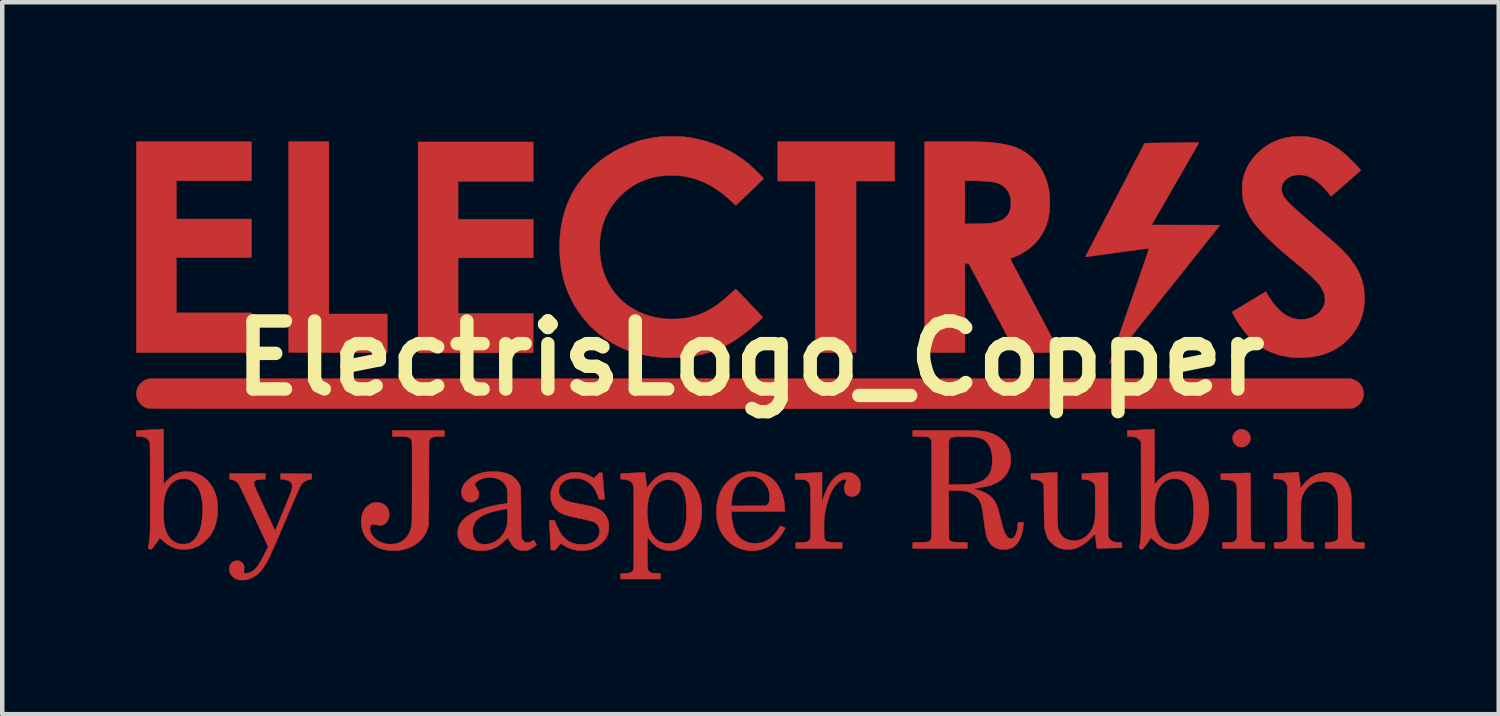
<source format=kicad_pcb>
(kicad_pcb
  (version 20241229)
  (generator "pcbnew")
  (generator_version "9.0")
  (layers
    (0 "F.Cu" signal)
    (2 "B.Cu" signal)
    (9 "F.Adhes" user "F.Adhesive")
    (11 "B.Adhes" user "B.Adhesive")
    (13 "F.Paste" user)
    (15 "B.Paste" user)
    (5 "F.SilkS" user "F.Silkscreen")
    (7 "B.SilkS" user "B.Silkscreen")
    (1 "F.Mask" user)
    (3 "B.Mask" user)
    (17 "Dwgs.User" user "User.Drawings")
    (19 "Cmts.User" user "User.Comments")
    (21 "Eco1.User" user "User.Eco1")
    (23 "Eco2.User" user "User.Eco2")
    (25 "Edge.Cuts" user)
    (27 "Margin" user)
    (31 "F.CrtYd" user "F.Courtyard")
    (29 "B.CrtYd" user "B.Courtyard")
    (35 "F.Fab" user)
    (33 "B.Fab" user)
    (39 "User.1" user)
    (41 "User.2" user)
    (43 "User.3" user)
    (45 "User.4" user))
  (footprint "ElectrisLogo_Copper"
    (layer "F.Cu")
    (at 13.759 4.975)
    (property "Reference" "ElectrisLogo_Copper" (at 0 0 0) (layer "F.SilkS") (effects (font (size 1.524 1.524) (thickness 0.3))))
    (attr through_hole)
    (fp_poly (pts (xy -11.176 -3.975) (xy -12.859 -3.975) (xy -12.859 -3.118) (xy -11.176 -3.118) (xy -11.176 -2.254) (xy -12.859 -2.254) (xy -12.859 -1.016) (xy -11.176 -1.016) (xy -11.176 -0.127) (xy -13.754 -0.127) (xy -13.754 -4.851) (xy -11.176 -4.851) (xy -11.176 -3.975)) (stroke (width 0.01) (type solid)) (fill yes) (layer "F.Cu"))
    (fp_poly (pts (xy -4.864 -3.962) (xy -6.547 -3.962) (xy -6.547 -3.111) (xy -4.864 -3.111) (xy -4.864 -2.248) (xy -6.547 -2.248) (xy -6.547 -1.003) (xy -4.864 -1.003) (xy -4.864 -0.121) (xy -7.442 -0.121) (xy -7.442 -4.845) (xy -4.864 -4.845) (xy -4.864 -3.962)) (stroke (width 0.01) (type solid)) (fill yes) (layer "F.Cu"))
    (fp_poly (pts (xy 11.023 1.591) (xy 11.065 1.601) (xy 11.105 1.619) (xy 11.14 1.644) (xy 11.159 1.665) (xy 11.182 1.7) (xy 11.196 1.733) (xy 11.203 1.767) (xy 11.204 1.791) (xy 11.2 1.838) (xy 11.186 1.878) (xy 11.161 1.915) (xy 11.145 1.932) (xy 11.107 1.962) (xy 11.063 1.983) (xy 11.017 1.992) (xy 10.97 1.989) (xy 10.953 1.986) (xy 10.909 1.967) (xy 10.871 1.94) (xy 10.84 1.905) (xy 10.819 1.865) (xy 10.807 1.822) (xy 10.805 1.777) (xy 10.814 1.732) (xy 10.821 1.714) (xy 10.847 1.672) (xy 10.882 1.636) (xy 10.922 1.61) (xy 10.967 1.593) (xy 10.984 1.59) (xy 11.023 1.591)) (stroke (width 0.01) (type solid)) (fill yes) (layer "F.Cu"))
    (fp_poly (pts (xy 3.232 -3.969) (xy 2.369 -3.969) (xy 2.369 -0.127) (xy 1.916 -0.127) (xy 1.841 -0.127) (xy 1.77 -0.127) (xy 1.704 -0.127) (xy 1.643 -0.128) (xy 1.589 -0.128) (xy 1.544 -0.129) (xy 1.507 -0.129) (xy 1.479 -0.13) (xy 1.463 -0.131) (xy 1.458 -0.131) (xy 1.458 -0.138) (xy 1.458 -0.157) (xy 1.457 -0.187) (xy 1.457 -0.229) (xy 1.457 -0.281) (xy 1.456 -0.344) (xy 1.456 -0.417) (xy 1.456 -0.499) (xy 1.456 -0.589) (xy 1.455 -0.688) (xy 1.455 -0.795) (xy 1.455 -0.908) (xy 1.455 -1.029) (xy 1.455 -1.156) (xy 1.455 -1.289) (xy 1.454 -1.427) (xy 1.454 -1.57) (xy 1.454 -1.718) (xy 1.454 -1.869) (xy 1.454 -2.024) (xy 1.454 -3.969) (xy 0.616 -3.969) (xy 0.616 -4.851) (xy 3.232 -4.851) (xy 3.232 -3.969)) (stroke (width 0.01) (type solid)) (fill yes) (layer "F.Cu"))
    (fp_poly (pts (xy -9.442 -0.991) (xy -8.134 -0.991) (xy -8.134 -0.127) (xy -9.235 -0.127) (xy -9.352 -0.127) (xy -9.466 -0.127) (xy -9.576 -0.127) (xy -9.681 -0.127) (xy -9.781 -0.128) (xy -9.874 -0.128) (xy -9.961 -0.128) (xy -10.041 -0.128) (xy -10.113 -0.129) (xy -10.176 -0.129) (xy -10.23 -0.129) (xy -10.274 -0.13) (xy -10.307 -0.13) (xy -10.329 -0.131) (xy -10.339 -0.131) (xy -10.34 -0.131) (xy -10.34 -0.138) (xy -10.341 -0.157) (xy -10.341 -0.187) (xy -10.341 -0.229) (xy -10.341 -0.282) (xy -10.342 -0.346) (xy -10.342 -0.419) (xy -10.342 -0.502) (xy -10.342 -0.595) (xy -10.343 -0.696) (xy -10.343 -0.805) (xy -10.343 -0.922) (xy -10.343 -1.047) (xy -10.343 -1.178) (xy -10.344 -1.316) (xy -10.344 -1.46) (xy -10.344 -1.61) (xy -10.344 -1.764) (xy -10.344 -1.924) (xy -10.344 -2.088) (xy -10.344 -2.256) (xy -10.344 -2.427) (xy -10.344 -2.493) (xy -10.344 -4.851) (xy -9.442 -4.851) (xy -9.442 -0.991)) (stroke (width 0.01) (type solid)) (fill yes) (layer "F.Cu"))
    (fp_poly (pts (xy 11.189 2.57) (xy 11.201 2.571) (xy 11.203 2.571) (xy 11.204 2.578) (xy 11.204 2.597) (xy 11.205 2.626) (xy 11.205 2.667) (xy 11.206 2.716) (xy 11.207 2.775) (xy 11.207 2.841) (xy 11.208 2.914) (xy 11.208 2.994) (xy 11.208 3.08) (xy 11.209 3.17) (xy 11.209 3.264) (xy 11.209 3.316) (xy 11.21 3.429) (xy 11.21 3.529) (xy 11.21 3.618) (xy 11.21 3.697) (xy 11.211 3.766) (xy 11.211 3.825) (xy 11.211 3.876) (xy 11.212 3.919) (xy 11.212 3.955) (xy 11.213 3.985) (xy 11.214 4.009) (xy 11.214 4.027) (xy 11.215 4.042) (xy 11.216 4.052) (xy 11.218 4.06) (xy 11.219 4.066) (xy 11.221 4.07) (xy 11.223 4.073) (xy 11.224 4.075) (xy 11.238 4.089) (xy 11.257 4.103) (xy 11.265 4.108) (xy 11.276 4.114) (xy 11.287 4.118) (xy 11.299 4.121) (xy 11.316 4.123) (xy 11.339 4.125) (xy 11.371 4.126) (xy 11.409 4.127) (xy 11.525 4.129) (xy 11.525 4.261) (xy 10.579 4.261) (xy 10.579 4.129) (xy 10.692 4.127) (xy 10.733 4.126) (xy 10.764 4.124) (xy 10.786 4.123) (xy 10.803 4.121) (xy 10.816 4.117) (xy 10.827 4.113) (xy 10.837 4.108) (xy 10.857 4.096) (xy 10.872 4.08) (xy 10.885 4.058) (xy 10.903 4.024) (xy 10.903 3.451) (xy 10.903 3.349) (xy 10.903 3.258) (xy 10.903 3.179) (xy 10.903 3.11) (xy 10.902 3.051) (xy 10.902 3) (xy 10.901 2.957) (xy 10.899 2.921) (xy 10.898 2.892) (xy 10.895 2.868) (xy 10.893 2.849) (xy 10.889 2.834) (xy 10.885 2.822) (xy 10.88 2.812) (xy 10.875 2.804) (xy 10.869 2.797) (xy 10.861 2.79) (xy 10.853 2.782) (xy 10.834 2.764) (xy 10.816 2.751) (xy 10.796 2.742) (xy 10.771 2.735) (xy 10.74 2.73) (xy 10.701 2.727) (xy 10.651 2.726) (xy 10.651 2.726) (xy 10.541 2.723) (xy 10.541 2.584) (xy 10.609 2.584) (xy 10.631 2.584) (xy 10.663 2.583) (xy 10.705 2.582) (xy 10.754 2.581) (xy 10.808 2.579) (xy 10.865 2.578) (xy 10.925 2.576) (xy 10.938 2.575) (xy 10.994 2.574) (xy 11.047 2.572) (xy 11.094 2.571) (xy 11.134 2.571) (xy 11.166 2.57) (xy 11.189 2.57)) (stroke (width 0.01) (type solid)) (fill yes) (layer "F.Cu"))
    (fp_poly (pts (xy 1.607 2.89) (xy 1.607 3.223) (xy 1.635 3.14) (xy 1.671 3.038) (xy 1.709 2.947) (xy 1.748 2.867) (xy 1.79 2.797) (xy 1.834 2.737) (xy 1.882 2.684) (xy 1.882 2.683) (xy 1.931 2.639) (xy 1.979 2.606) (xy 2.029 2.582) (xy 2.076 2.568) (xy 2.113 2.562) (xy 2.156 2.559) (xy 2.202 2.561) (xy 2.245 2.565) (xy 2.282 2.573) (xy 2.294 2.577) (xy 2.344 2.604) (xy 2.388 2.64) (xy 2.424 2.685) (xy 2.451 2.736) (xy 2.452 2.74) (xy 2.459 2.758) (xy 2.463 2.776) (xy 2.465 2.796) (xy 2.467 2.823) (xy 2.467 2.859) (xy 2.467 2.861) (xy 2.465 2.91) (xy 2.461 2.949) (xy 2.452 2.981) (xy 2.439 3.008) (xy 2.42 3.034) (xy 2.407 3.047) (xy 2.371 3.076) (xy 2.332 3.092) (xy 2.287 3.099) (xy 2.28 3.099) (xy 2.231 3.094) (xy 2.19 3.078) (xy 2.156 3.053) (xy 2.129 3.016) (xy 2.125 3.009) (xy 2.108 2.961) (xy 2.102 2.91) (xy 2.108 2.856) (xy 2.126 2.801) (xy 2.14 2.772) (xy 2.152 2.746) (xy 2.154 2.728) (xy 2.148 2.717) (xy 2.131 2.712) (xy 2.118 2.711) (xy 2.083 2.717) (xy 2.045 2.733) (xy 2.004 2.759) (xy 1.963 2.793) (xy 1.923 2.834) (xy 1.884 2.88) (xy 1.849 2.932) (xy 1.825 2.975) (xy 1.794 3.039) (xy 1.765 3.114) (xy 1.738 3.196) (xy 1.713 3.281) (xy 1.692 3.369) (xy 1.675 3.455) (xy 1.662 3.538) (xy 1.657 3.591) (xy 1.655 3.626) (xy 1.653 3.669) (xy 1.652 3.715) (xy 1.652 3.765) (xy 1.652 3.815) (xy 1.652 3.865) (xy 1.653 3.913) (xy 1.654 3.956) (xy 1.656 3.994) (xy 1.658 4.023) (xy 1.661 4.043) (xy 1.663 4.051) (xy 1.675 4.071) (xy 1.688 4.086) (xy 1.704 4.099) (xy 1.724 4.108) (xy 1.75 4.115) (xy 1.783 4.12) (xy 1.825 4.123) (xy 1.878 4.125) (xy 1.913 4.126) (xy 2.057 4.129) (xy 2.057 4.261) (xy 1.016 4.261) (xy 1.016 4.129) (xy 1.129 4.126) (xy 1.176 4.124) (xy 1.213 4.122) (xy 1.24 4.119) (xy 1.26 4.115) (xy 1.271 4.112) (xy 1.302 4.095) (xy 1.328 4.071) (xy 1.344 4.043) (xy 1.349 4.025) (xy 1.35 4.014) (xy 1.35 3.992) (xy 1.351 3.959) (xy 1.351 3.917) (xy 1.351 3.865) (xy 1.352 3.806) (xy 1.352 3.74) (xy 1.352 3.667) (xy 1.352 3.59) (xy 1.351 3.509) (xy 1.351 3.439) (xy 1.351 3.337) (xy 1.35 3.248) (xy 1.35 3.17) (xy 1.349 3.102) (xy 1.349 3.044) (xy 1.348 2.994) (xy 1.347 2.952) (xy 1.345 2.917) (xy 1.343 2.888) (xy 1.341 2.865) (xy 1.338 2.846) (xy 1.334 2.831) (xy 1.33 2.819) (xy 1.325 2.809) (xy 1.319 2.8) (xy 1.313 2.792) (xy 1.305 2.784) (xy 1.3 2.778) (xy 1.283 2.759) (xy 1.266 2.745) (xy 1.248 2.735) (xy 1.227 2.727) (xy 1.2 2.723) (xy 1.165 2.72) (xy 1.119 2.718) (xy 1.114 2.718) (xy 1.006 2.715) (xy 1.005 2.651) (xy 1.003 2.587) (xy 1.221 2.576) (xy 1.277 2.573) (xy 1.332 2.57) (xy 1.386 2.568) (xy 1.435 2.565) (xy 1.477 2.563) (xy 1.51 2.562) (xy 1.522 2.561) (xy 1.607 2.557) (xy 1.607 2.89)) (stroke (width 0.01) (type solid)) (fill yes) (layer "F.Cu"))
    (fp_poly (pts (xy 0.035 2.541) (xy 0.085 2.543) (xy 0.133 2.546) (xy 0.175 2.551) (xy 0.207 2.557) (xy 0.21 2.558) (xy 0.301 2.588) (xy 0.385 2.628) (xy 0.461 2.678) (xy 0.513 2.721) (xy 0.568 2.779) (xy 0.618 2.848) (xy 0.663 2.925) (xy 0.7 3.007) (xy 0.73 3.093) (xy 0.75 3.18) (xy 0.752 3.188) (xy 0.757 3.22) (xy 0.761 3.258) (xy 0.766 3.299) (xy 0.77 3.34) (xy 0.773 3.376) (xy 0.774 3.405) (xy 0.775 3.415) (xy 0.775 3.435) (xy -0.424 3.435) (xy -0.422 3.485) (xy -0.413 3.59) (xy -0.399 3.684) (xy -0.38 3.768) (xy -0.355 3.842) (xy -0.325 3.907) (xy -0.288 3.963) (xy -0.245 4.012) (xy -0.195 4.054) (xy -0.138 4.089) (xy -0.124 4.096) (xy -0.068 4.12) (xy -0.013 4.136) (xy 0.045 4.145) (xy 0.105 4.148) (xy 0.186 4.143) (xy 0.261 4.129) (xy 0.33 4.104) (xy 0.397 4.068) (xy 0.414 4.057) (xy 0.469 4.014) (xy 0.524 3.961) (xy 0.576 3.9) (xy 0.623 3.833) (xy 0.642 3.802) (xy 0.655 3.781) (xy 0.664 3.764) (xy 0.67 3.755) (xy 0.67 3.754) (xy 0.676 3.756) (xy 0.69 3.761) (xy 0.71 3.769) (xy 0.732 3.779) (xy 0.753 3.788) (xy 0.771 3.796) (xy 0.781 3.802) (xy 0.783 3.803) (xy 0.782 3.81) (xy 0.775 3.826) (xy 0.763 3.848) (xy 0.747 3.875) (xy 0.729 3.904) (xy 0.71 3.934) (xy 0.69 3.963) (xy 0.672 3.988) (xy 0.669 3.992) (xy 0.639 4.029) (xy 0.601 4.069) (xy 0.559 4.108) (xy 0.517 4.145) (xy 0.477 4.177) (xy 0.448 4.197) (xy 0.365 4.241) (xy 0.276 4.275) (xy 0.183 4.298) (xy 0.086 4.309) (xy -0.012 4.31) (xy -0.073 4.304) (xy -0.158 4.288) (xy -0.244 4.261) (xy -0.326 4.224) (xy -0.402 4.179) (xy -0.405 4.177) (xy -0.429 4.159) (xy -0.458 4.135) (xy -0.489 4.108) (xy -0.515 4.083) (xy -0.581 4.008) (xy -0.637 3.927) (xy -0.683 3.839) (xy -0.718 3.743) (xy -0.744 3.64) (xy -0.748 3.62) (xy -0.753 3.576) (xy -0.757 3.523) (xy -0.758 3.464) (xy -0.758 3.403) (xy -0.755 3.343) (xy -0.752 3.309) (xy -0.425 3.309) (xy -0.039 3.307) (xy 0.347 3.305) (xy 0.373 3.288) (xy 0.393 3.272) (xy 0.408 3.253) (xy 0.419 3.228) (xy 0.426 3.197) (xy 0.43 3.156) (xy 0.431 3.126) (xy 0.431 3.087) (xy 0.431 3.057) (xy 0.428 3.032) (xy 0.424 3.007) (xy 0.42 2.99) (xy 0.397 2.92) (xy 0.364 2.856) (xy 0.324 2.798) (xy 0.277 2.748) (xy 0.224 2.706) (xy 0.166 2.675) (xy 0.116 2.657) (xy 0.092 2.653) (xy 0.061 2.649) (xy 0.03 2.648) (xy 0.025 2.648) (xy -0.042 2.653) (xy -0.104 2.67) (xy -0.162 2.698) (xy -0.217 2.738) (xy -0.232 2.751) (xy -0.277 2.798) (xy -0.314 2.849) (xy -0.346 2.907) (xy -0.372 2.971) (xy -0.392 3.043) (xy -0.408 3.125) (xy -0.419 3.217) (xy -0.422 3.259) (xy -0.425 3.309) (xy -0.752 3.309) (xy -0.751 3.288) (xy -0.744 3.241) (xy -0.744 3.238) (xy -0.719 3.131) (xy -0.686 3.032) (xy -0.642 2.941) (xy -0.589 2.857) (xy -0.525 2.78) (xy -0.502 2.756) (xy -0.428 2.69) (xy -0.349 2.636) (xy -0.266 2.593) (xy -0.178 2.563) (xy -0.096 2.546) (xy -0.059 2.542) (xy -0.014 2.541) (xy 0.035 2.541)) (stroke (width 0.01) (type solid)) (fill yes) (layer "F.Cu"))
    (fp_poly (pts (xy 4.627 -4.851) (xy 4.731 -4.851) (xy 4.824 -4.851) (xy 4.908 -4.85) (xy 4.983 -4.85) (xy 5.05 -4.849) (xy 5.109 -4.848) (xy 5.163 -4.846) (xy 5.212 -4.845) (xy 5.257 -4.843) (xy 5.299 -4.84) (xy 5.338 -4.838) (xy 5.376 -4.835) (xy 5.414 -4.831) (xy 5.439 -4.829) (xy 5.56 -4.815) (xy 5.67 -4.797) (xy 5.77 -4.776) (xy 5.862 -4.751) (xy 5.947 -4.722) (xy 6.027 -4.688) (xy 6.102 -4.648) (xy 6.171 -4.606) (xy 6.219 -4.571) (xy 6.27 -4.529) (xy 6.322 -4.482) (xy 6.37 -4.434) (xy 6.412 -4.388) (xy 6.416 -4.382) (xy 6.489 -4.283) (xy 6.552 -4.178) (xy 6.604 -4.065) (xy 6.647 -3.944) (xy 6.68 -3.816) (xy 6.697 -3.721) (xy 6.702 -3.68) (xy 6.706 -3.63) (xy 6.708 -3.572) (xy 6.709 -3.51) (xy 6.709 -3.447) (xy 6.708 -3.386) (xy 6.705 -3.329) (xy 6.702 -3.28) (xy 6.697 -3.245) (xy 6.672 -3.117) (xy 6.637 -2.997) (xy 6.593 -2.885) (xy 6.539 -2.781) (xy 6.475 -2.684) (xy 6.4 -2.595) (xy 6.316 -2.512) (xy 6.22 -2.436) (xy 6.141 -2.383) (xy 6.104 -2.361) (xy 6.059 -2.337) (xy 6.01 -2.312) (xy 5.96 -2.288) (xy 5.913 -2.267) (xy 5.874 -2.251) (xy 5.872 -2.25) (xy 5.85 -2.241) (xy 5.832 -2.233) (xy 5.824 -2.227) (xy 5.823 -2.226) (xy 5.826 -2.22) (xy 5.835 -2.203) (xy 5.849 -2.176) (xy 5.868 -2.14) (xy 5.892 -2.095) (xy 5.92 -2.041) (xy 5.953 -1.979) (xy 5.989 -1.91) (xy 6.029 -1.834) (xy 6.073 -1.752) (xy 6.119 -1.664) (xy 6.168 -1.572) (xy 6.22 -1.474) (xy 6.274 -1.373) (xy 6.33 -1.268) (xy 6.377 -1.179) (xy 6.434 -1.072) (xy 6.49 -0.968) (xy 6.543 -0.867) (xy 6.594 -0.77) (xy 6.643 -0.678) (xy 6.689 -0.592) (xy 6.733 -0.511) (xy 6.772 -0.436) (xy 6.808 -0.368) (xy 6.84 -0.308) (xy 6.868 -0.255) (xy 6.891 -0.212) (xy 6.91 -0.177) (xy 6.923 -0.152) (xy 6.931 -0.137) (xy 6.933 -0.133) (xy 6.927 -0.132) (xy 6.91 -0.131) (xy 6.881 -0.13) (xy 6.843 -0.129) (xy 6.795 -0.129) (xy 6.74 -0.128) (xy 6.677 -0.128) (xy 6.608 -0.127) (xy 6.533 -0.127) (xy 6.454 -0.127) (xy 6.444 -0.127) (xy 5.952 -0.127) (xy 5.422 -1.126) (xy 4.891 -2.124) (xy 4.849 -2.126) (xy 4.807 -2.128) (xy 4.807 -0.127) (xy 3.905 -0.127) (xy 3.905 -3.009) (xy 4.807 -3.009) (xy 5.063 -3.012) (xy 5.137 -3.013) (xy 5.199 -3.014) (xy 5.251 -3.015) (xy 5.295 -3.017) (xy 5.33 -3.019) (xy 5.359 -3.022) (xy 5.383 -3.025) (xy 5.385 -3.025) (xy 5.473 -3.042) (xy 5.55 -3.062) (xy 5.616 -3.088) (xy 5.673 -3.118) (xy 5.72 -3.155) (xy 5.759 -3.198) (xy 5.79 -3.248) (xy 5.814 -3.305) (xy 5.824 -3.338) (xy 5.831 -3.375) (xy 5.836 -3.419) (xy 5.838 -3.467) (xy 5.838 -3.516) (xy 5.836 -3.562) (xy 5.831 -3.6) (xy 5.828 -3.613) (xy 5.804 -3.679) (xy 5.771 -3.74) (xy 5.729 -3.796) (xy 5.68 -3.845) (xy 5.625 -3.884) (xy 5.601 -3.897) (xy 5.571 -3.911) (xy 5.54 -3.923) (xy 5.514 -3.932) (xy 5.507 -3.934) (xy 5.45 -3.946) (xy 5.381 -3.955) (xy 5.3 -3.963) (xy 5.207 -3.969) (xy 5.102 -3.973) (xy 4.987 -3.975) (xy 4.948 -3.975) (xy 4.807 -3.975) (xy 4.807 -3.009) (xy 3.905 -3.009) (xy 3.905 -4.851) (xy 4.511 -4.851) (xy 4.627 -4.851)) (stroke (width 0.01) (type solid)) (fill yes) (layer "F.Cu"))
    (fp_poly (pts (xy -6.852 1.753) (xy -6.936 1.753) (xy -6.998 1.754) (xy -7.048 1.757) (xy -7.089 1.763) (xy -7.121 1.772) (xy -7.146 1.784) (xy -7.165 1.8) (xy -7.179 1.821) (xy -7.183 1.827) (xy -7.198 1.857) (xy -7.201 2.794) (xy -7.202 2.929) (xy -7.202 3.052) (xy -7.203 3.164) (xy -7.203 3.264) (xy -7.204 3.353) (xy -7.205 3.432) (xy -7.205 3.502) (xy -7.206 3.561) (xy -7.207 3.612) (xy -7.207 3.655) (xy -7.208 3.69) (xy -7.209 3.717) (xy -7.21 3.737) (xy -7.211 3.751) (xy -7.212 3.759) (xy -7.213 3.759) (xy -7.238 3.84) (xy -7.267 3.911) (xy -7.302 3.973) (xy -7.343 4.03) (xy -7.391 4.084) (xy -7.461 4.144) (xy -7.54 4.197) (xy -7.627 4.24) (xy -7.72 4.273) (xy -7.82 4.296) (xy -7.82 4.296) (xy -7.857 4.301) (xy -7.902 4.305) (xy -7.951 4.308) (xy -8.001 4.309) (xy -8.048 4.309) (xy -8.088 4.307) (xy -8.108 4.305) (xy -8.205 4.288) (xy -8.294 4.261) (xy -8.376 4.224) (xy -8.451 4.176) (xy -8.521 4.118) (xy -8.548 4.092) (xy -8.599 4.031) (xy -8.641 3.969) (xy -8.673 3.903) (xy -8.689 3.857) (xy -8.708 3.78) (xy -8.717 3.701) (xy -8.716 3.623) (xy -8.706 3.547) (xy -8.687 3.475) (xy -8.665 3.423) (xy -8.638 3.379) (xy -8.603 3.336) (xy -8.564 3.299) (xy -8.523 3.27) (xy -8.506 3.26) (xy -8.446 3.238) (xy -8.385 3.228) (xy -8.325 3.231) (xy -8.265 3.246) (xy -8.239 3.257) (xy -8.189 3.286) (xy -8.149 3.324) (xy -8.119 3.37) (xy -8.099 3.422) (xy -8.089 3.481) (xy -8.089 3.501) (xy -8.093 3.556) (xy -8.106 3.605) (xy -8.129 3.648) (xy -8.157 3.683) (xy -8.192 3.713) (xy -8.229 3.734) (xy -8.271 3.744) (xy -8.319 3.744) (xy -8.373 3.735) (xy -8.39 3.731) (xy -8.421 3.723) (xy -8.446 3.719) (xy -8.463 3.718) (xy -8.466 3.718) (xy -8.49 3.732) (xy -8.507 3.755) (xy -8.517 3.786) (xy -8.52 3.824) (xy -8.516 3.855) (xy -8.5 3.911) (xy -8.473 3.964) (xy -8.435 4.013) (xy -8.388 4.057) (xy -8.334 4.095) (xy -8.272 4.126) (xy -8.205 4.149) (xy -8.173 4.156) (xy -8.124 4.163) (xy -8.069 4.166) (xy -8.013 4.164) (xy -7.96 4.158) (xy -7.913 4.149) (xy -7.896 4.144) (xy -7.829 4.115) (xy -7.769 4.077) (xy -7.718 4.029) (xy -7.674 3.972) (xy -7.637 3.904) (xy -7.608 3.827) (xy -7.593 3.769) (xy -7.591 3.761) (xy -7.589 3.753) (xy -7.588 3.744) (xy -7.586 3.734) (xy -7.585 3.722) (xy -7.584 3.707) (xy -7.583 3.689) (xy -7.582 3.667) (xy -7.581 3.64) (xy -7.581 3.608) (xy -7.58 3.571) (xy -7.58 3.526) (xy -7.579 3.475) (xy -7.579 3.416) (xy -7.579 3.348) (xy -7.578 3.271) (xy -7.578 3.184) (xy -7.578 3.087) (xy -7.578 2.979) (xy -7.577 2.859) (xy -7.577 2.795) (xy -7.577 2.658) (xy -7.577 2.533) (xy -7.577 2.419) (xy -7.577 2.318) (xy -7.577 2.227) (xy -7.577 2.148) (xy -7.577 2.078) (xy -7.578 2.019) (xy -7.578 1.969) (xy -7.579 1.929) (xy -7.58 1.897) (xy -7.58 1.874) (xy -7.581 1.859) (xy -7.582 1.853) (xy -7.597 1.822) (xy -7.621 1.796) (xy -7.653 1.775) (xy -7.671 1.768) (xy -7.685 1.765) (xy -7.704 1.762) (xy -7.728 1.759) (xy -7.759 1.757) (xy -7.799 1.756) (xy -7.849 1.755) (xy -7.863 1.754) (xy -8.02 1.751) (xy -8.02 1.619) (xy -6.852 1.619) (xy -6.852 1.753)) (stroke (width 0.01) (type solid)) (fill yes) (layer "F.Cu"))
    (fp_poly (pts (xy 13.506 0.476) (xy 13.565 0.502) (xy 13.617 0.537) (xy 13.662 0.581) (xy 13.697 0.633) (xy 13.723 0.69) (xy 13.738 0.752) (xy 13.741 0.8) (xy 13.738 0.834) (xy 13.73 0.873) (xy 13.718 0.913) (xy 13.704 0.949) (xy 13.696 0.964) (xy 13.662 1.011) (xy 13.618 1.054) (xy 13.568 1.088) (xy 13.514 1.113) (xy 13.49 1.121) (xy 13.488 1.121) (xy 13.484 1.121) (xy 13.478 1.122) (xy 13.47 1.122) (xy 13.46 1.122) (xy 13.447 1.123) (xy 13.432 1.123) (xy 13.414 1.123) (xy 13.393 1.124) (xy 13.369 1.124) (xy 13.342 1.124) (xy 13.312 1.124) (xy 13.278 1.125) (xy 13.24 1.125) (xy 13.199 1.125) (xy 13.153 1.125) (xy 13.104 1.126) (xy 13.05 1.126) (xy 12.992 1.126) (xy 12.929 1.126) (xy 12.862 1.126) (xy 12.79 1.127) (xy 12.712 1.127) (xy 12.629 1.127) (xy 12.541 1.127) (xy 12.448 1.127) (xy 12.349 1.128) (xy 12.244 1.128) (xy 12.133 1.128) (xy 12.015 1.128) (xy 11.892 1.128) (xy 11.762 1.128) (xy 11.625 1.128) (xy 11.482 1.128) (xy 11.332 1.129) (xy 11.174 1.129) (xy 11.01 1.129) (xy 10.838 1.129) (xy 10.658 1.129) (xy 10.471 1.129) (xy 10.276 1.129) (xy 10.073 1.129) (xy 9.862 1.129) (xy 9.642 1.129) (xy 9.414 1.129) (xy 9.177 1.129) (xy 8.932 1.13) (xy 8.677 1.13) (xy 8.413 1.13) (xy 8.141 1.13) (xy 7.858 1.13) (xy 7.566 1.13) (xy 7.265 1.13) (xy 6.953 1.13) (xy 6.632 1.13) (xy 6.3 1.13) (xy 5.958 1.13) (xy 5.605 1.13) (xy 5.242 1.13) (xy 4.868 1.13) (xy 4.482 1.13) (xy 4.086 1.13) (xy 3.679 1.13) (xy 3.26 1.13) (xy 2.829 1.13) (xy 2.387 1.13) (xy 1.932 1.13) (xy 1.466 1.13) (xy 0.987 1.13) (xy 0.496 1.13) (xy -0.007 1.13) (xy -0.009 1.13) (xy -0.515 1.13) (xy -1.008 1.13) (xy -1.489 1.13) (xy -1.958 1.13) (xy -2.414 1.13) (xy -2.859 1.13) (xy -3.292 1.13) (xy -3.713 1.13) (xy -4.123 1.13) (xy -4.521 1.13) (xy -4.908 1.13) (xy -5.284 1.13) (xy -5.65 1.13) (xy -6.004 1.13) (xy -6.348 1.129) (xy -6.682 1.129) (xy -7.005 1.129) (xy -7.319 1.129) (xy -7.622 1.129) (xy -7.916 1.129) (xy -8.2 1.129) (xy -8.474 1.129) (xy -8.739 1.129) (xy -8.995 1.129) (xy -9.242 1.129) (xy -9.481 1.129) (xy -9.71 1.129) (xy -9.931 1.129) (xy -10.143 1.129) (xy -10.347 1.128) (xy -10.543 1.128) (xy -10.732 1.128) (xy -10.912 1.128) (xy -11.085 1.128) (xy -11.25 1.128) (xy -11.408 1.128) (xy -11.558 1.128) (xy -11.702 1.127) (xy -11.839 1.127) (xy -11.969 1.127) (xy -12.092 1.127) (xy -12.209 1.127) (xy -12.32 1.127) (xy -12.425 1.127) (xy -12.524 1.126) (xy -12.617 1.126) (xy -12.704 1.126) (xy -12.786 1.126) (xy -12.862 1.126) (xy -12.933 1.125) (xy -13 1.125) (xy -13.061 1.125) (xy -13.118 1.125) (xy -13.17 1.125) (xy -13.217 1.124) (xy -13.261 1.124) (xy -13.3 1.124) (xy -13.335 1.124) (xy -13.367 1.123) (xy -13.395 1.123) (xy -13.419 1.123) (xy -13.44 1.122) (xy -13.458 1.122) (xy -13.473 1.122) (xy -13.484 1.122) (xy -13.494 1.121) (xy -13.5 1.121) (xy -13.504 1.121) (xy -13.506 1.12) (xy -13.563 1.098) (xy -13.616 1.066) (xy -13.662 1.025) (xy -13.701 0.976) (xy -13.729 0.922) (xy -13.744 0.876) (xy -13.753 0.812) (xy -13.75 0.749) (xy -13.736 0.689) (xy -13.711 0.633) (xy -13.677 0.583) (xy -13.634 0.539) (xy -13.583 0.503) (xy -13.524 0.477) (xy -13.516 0.474) (xy -13.472 0.46) (xy 13.459 0.46) (xy 13.506 0.476)) (stroke (width 0.01) (type solid)) (fill yes) (layer "F.Cu"))
    (fp_poly (pts (xy 8.015 3.272) (xy 8.017 3.985) (xy 8.033 4.02) (xy 8.053 4.054) (xy 8.078 4.081) (xy 8.109 4.101) (xy 8.147 4.115) (xy 8.194 4.124) (xy 8.252 4.127) (xy 8.269 4.127) (xy 8.325 4.128) (xy 8.325 4.248) (xy 8.279 4.248) (xy 8.262 4.248) (xy 8.234 4.249) (xy 8.197 4.25) (xy 8.152 4.251) (xy 8.102 4.252) (xy 8.049 4.253) (xy 7.999 4.255) (xy 7.946 4.256) (xy 7.896 4.258) (xy 7.853 4.259) (xy 7.816 4.259) (xy 7.788 4.26) (xy 7.77 4.26) (xy 7.763 4.26) (xy 7.763 4.26) (xy 7.762 4.253) (xy 7.759 4.236) (xy 7.756 4.209) (xy 7.752 4.175) (xy 7.748 4.135) (xy 7.744 4.099) (xy 7.739 4.056) (xy 7.735 4.017) (xy 7.731 3.984) (xy 7.728 3.959) (xy 7.726 3.943) (xy 7.725 3.939) (xy 7.72 3.942) (xy 7.708 3.954) (xy 7.69 3.971) (xy 7.668 3.993) (xy 7.651 4.011) (xy 7.58 4.08) (xy 7.511 4.137) (xy 7.443 4.184) (xy 7.376 4.222) (xy 7.308 4.251) (xy 7.253 4.268) (xy 7.21 4.276) (xy 7.159 4.282) (xy 7.106 4.284) (xy 7.056 4.282) (xy 7.013 4.277) (xy 7.011 4.277) (xy 6.938 4.258) (xy 6.873 4.231) (xy 6.812 4.193) (xy 6.754 4.144) (xy 6.743 4.134) (xy 6.716 4.106) (xy 6.695 4.084) (xy 6.68 4.063) (xy 6.667 4.041) (xy 6.655 4.019) (xy 6.633 3.964) (xy 6.613 3.899) (xy 6.597 3.829) (xy 6.591 3.794) (xy 6.589 3.776) (xy 6.587 3.746) (xy 6.586 3.704) (xy 6.584 3.651) (xy 6.583 3.586) (xy 6.582 3.508) (xy 6.581 3.418) (xy 6.58 3.316) (xy 6.579 3.289) (xy 6.575 2.835) (xy 6.561 2.812) (xy 6.534 2.778) (xy 6.5 2.752) (xy 6.457 2.734) (xy 6.404 2.723) (xy 6.381 2.721) (xy 6.355 2.718) (xy 6.328 2.716) (xy 6.313 2.714) (xy 6.287 2.711) (xy 6.287 2.584) (xy 6.317 2.584) (xy 6.33 2.584) (xy 6.354 2.583) (xy 6.388 2.582) (xy 6.429 2.58) (xy 6.477 2.577) (xy 6.529 2.575) (xy 6.582 2.572) (xy 6.636 2.569) (xy 6.688 2.566) (xy 6.736 2.564) (xy 6.777 2.562) (xy 6.81 2.56) (xy 6.834 2.559) (xy 6.847 2.559) (xy 6.876 2.559) (xy 6.879 3.158) (xy 6.879 3.262) (xy 6.88 3.354) (xy 6.88 3.436) (xy 6.881 3.507) (xy 6.881 3.569) (xy 6.882 3.622) (xy 6.883 3.668) (xy 6.885 3.707) (xy 6.886 3.739) (xy 6.888 3.766) (xy 6.891 3.789) (xy 6.894 3.809) (xy 6.898 3.825) (xy 6.902 3.84) (xy 6.907 3.853) (xy 6.913 3.867) (xy 6.92 3.88) (xy 6.927 3.895) (xy 6.929 3.899) (xy 6.963 3.955) (xy 7.005 4.002) (xy 7.055 4.039) (xy 7.112 4.066) (xy 7.176 4.082) (xy 7.245 4.088) (xy 7.271 4.088) (xy 7.344 4.078) (xy 7.413 4.056) (xy 7.477 4.022) (xy 7.536 3.978) (xy 7.59 3.923) (xy 7.619 3.884) (xy 7.656 3.824) (xy 7.684 3.762) (xy 7.704 3.695) (xy 7.718 3.621) (xy 7.722 3.581) (xy 7.724 3.558) (xy 7.725 3.523) (xy 7.726 3.478) (xy 7.727 3.424) (xy 7.727 3.362) (xy 7.727 3.293) (xy 7.727 3.22) (xy 7.727 3.181) (xy 7.725 2.854) (xy 7.709 2.822) (xy 7.684 2.788) (xy 7.649 2.76) (xy 7.604 2.739) (xy 7.55 2.726) (xy 7.513 2.721) (xy 7.488 2.718) (xy 7.464 2.716) (xy 7.45 2.714) (xy 7.429 2.711) (xy 7.429 2.584) (xy 7.46 2.584) (xy 7.473 2.584) (xy 7.497 2.583) (xy 7.531 2.581) (xy 7.572 2.579) (xy 7.62 2.577) (xy 7.671 2.574) (xy 7.722 2.572) (xy 7.776 2.569) (xy 7.827 2.566) (xy 7.874 2.564) (xy 7.915 2.562) (xy 7.948 2.56) (xy 7.972 2.559) (xy 7.983 2.559) (xy 8.013 2.559) (xy 8.015 3.272)) (stroke (width 0.01) (type solid)) (fill yes) (layer "F.Cu"))
    (fp_poly (pts (xy 10.028 -4.831) (xy 10.045 -4.831) (xy 10.05 -4.83) (xy 10.047 -4.825) (xy 10.038 -4.809) (xy 10.024 -4.783) (xy 10.004 -4.747) (xy 9.979 -4.703) (xy 9.949 -4.651) (xy 9.915 -4.591) (xy 9.877 -4.525) (xy 9.835 -4.452) (xy 9.79 -4.373) (xy 9.741 -4.288) (xy 9.69 -4.2) (xy 9.636 -4.106) (xy 9.581 -4.01) (xy 9.523 -3.91) (xy 9.522 -3.908) (xy 9.465 -3.809) (xy 9.409 -3.712) (xy 9.355 -3.619) (xy 9.304 -3.53) (xy 9.255 -3.445) (xy 9.21 -3.366) (xy 9.168 -3.293) (xy 9.129 -3.227) (xy 9.095 -3.167) (xy 9.065 -3.115) (xy 9.039 -3.07) (xy 9.019 -3.035) (xy 9.004 -3.009) (xy 8.995 -2.993) (xy 8.992 -2.987) (xy 8.992 -2.987) (xy 8.998 -2.987) (xy 9.016 -2.986) (xy 9.045 -2.986) (xy 9.085 -2.986) (xy 9.134 -2.985) (xy 9.192 -2.985) (xy 9.258 -2.985) (xy 9.332 -2.984) (xy 9.412 -2.984) (xy 9.498 -2.984) (xy 9.588 -2.983) (xy 9.683 -2.983) (xy 9.757 -2.983) (xy 10.523 -2.981) (xy 9.29 -1.435) (xy 9.192 -1.312) (xy 9.095 -1.191) (xy 9.001 -1.073) (xy 8.91 -0.959) (xy 8.821 -0.848) (xy 8.736 -0.741) (xy 8.654 -0.638) (xy 8.577 -0.541) (xy 8.503 -0.449) (xy 8.434 -0.362) (xy 8.369 -0.281) (xy 8.31 -0.206) (xy 8.255 -0.139) (xy 8.207 -0.078) (xy 8.164 -0.025) (xy 8.128 0.021) (xy 8.098 0.058) (xy 8.076 0.086) (xy 8.06 0.106) (xy 8.052 0.116) (xy 8.05 0.117) (xy 8.046 0.12) (xy 8.047 0.114) (xy 8.049 0.107) (xy 8.055 0.089) (xy 8.065 0.06) (xy 8.079 0.021) (xy 8.096 -0.029) (xy 8.116 -0.087) (xy 8.139 -0.154) (xy 8.166 -0.23) (xy 8.194 -0.313) (xy 8.225 -0.402) (xy 8.259 -0.499) (xy 8.294 -0.601) (xy 8.331 -0.709) (xy 8.37 -0.821) (xy 8.41 -0.937) (xy 8.452 -1.058) (xy 8.493 -1.176) (xy 8.536 -1.3) (xy 8.577 -1.419) (xy 8.617 -1.536) (xy 8.656 -1.648) (xy 8.693 -1.755) (xy 8.728 -1.856) (xy 8.761 -1.952) (xy 8.791 -2.041) (xy 8.819 -2.123) (xy 8.845 -2.198) (xy 8.867 -2.265) (xy 8.887 -2.322) (xy 8.903 -2.371) (xy 8.916 -2.409) (xy 8.926 -2.438) (xy 8.931 -2.455) (xy 8.933 -2.461) (xy 8.926 -2.461) (xy 8.908 -2.459) (xy 8.879 -2.455) (xy 8.839 -2.45) (xy 8.79 -2.444) (xy 8.732 -2.436) (xy 8.667 -2.428) (xy 8.595 -2.418) (xy 8.516 -2.407) (xy 8.432 -2.396) (xy 8.344 -2.384) (xy 8.251 -2.371) (xy 8.219 -2.367) (xy 8.126 -2.354) (xy 8.036 -2.342) (xy 7.95 -2.33) (xy 7.87 -2.319) (xy 7.796 -2.309) (xy 7.728 -2.3) (xy 7.668 -2.291) (xy 7.616 -2.285) (xy 7.573 -2.279) (xy 7.54 -2.274) (xy 7.518 -2.272) (xy 7.508 -2.27) (xy 7.507 -2.27) (xy 7.51 -2.276) (xy 7.518 -2.292) (xy 7.532 -2.319) (xy 7.55 -2.354) (xy 7.573 -2.399) (xy 7.601 -2.452) (xy 7.632 -2.512) (xy 7.667 -2.579) (xy 7.705 -2.653) (xy 7.746 -2.732) (xy 7.79 -2.817) (xy 7.837 -2.906) (xy 7.885 -2.999) (xy 7.935 -3.095) (xy 7.987 -3.194) (xy 8.04 -3.295) (xy 8.093 -3.398) (xy 8.147 -3.501) (xy 8.201 -3.605) (xy 8.255 -3.708) (xy 8.308 -3.811) (xy 8.361 -3.911) (xy 8.412 -4.01) (xy 8.462 -4.106) (xy 8.51 -4.198) (xy 8.556 -4.286) (xy 8.6 -4.37) (xy 8.641 -4.448) (xy 8.679 -4.521) (xy 8.713 -4.587) (xy 8.744 -4.646) (xy 8.771 -4.697) (xy 8.794 -4.74) (xy 8.811 -4.774) (xy 8.824 -4.799) (xy 8.832 -4.813) (xy 8.834 -4.817) (xy 8.841 -4.817) (xy 8.859 -4.818) (xy 8.888 -4.818) (xy 8.926 -4.819) (xy 8.973 -4.82) (xy 9.027 -4.821) (xy 9.088 -4.822) (xy 9.153 -4.823) (xy 9.223 -4.824) (xy 9.296 -4.825) (xy 9.371 -4.825) (xy 9.447 -4.826) (xy 9.523 -4.827) (xy 9.598 -4.828) (xy 9.671 -4.829) (xy 9.74 -4.829) (xy 9.805 -4.83) (xy 9.865 -4.83) (xy 9.918 -4.831) (xy 9.964 -4.831) (xy 10.001 -4.831) (xy 10.028 -4.831)) (stroke (width 0.01) (type solid)) (fill yes) (layer "F.Cu"))
    (fp_poly (pts (xy 12.289 2.608) (xy 12.296 2.649) (xy 12.304 2.699) (xy 12.311 2.754) (xy 12.318 2.808) (xy 12.323 2.859) (xy 12.324 2.867) (xy 12.329 2.918) (xy 12.366 2.864) (xy 12.394 2.827) (xy 12.428 2.787) (xy 12.466 2.748) (xy 12.504 2.713) (xy 12.54 2.683) (xy 12.56 2.668) (xy 12.628 2.628) (xy 12.695 2.599) (xy 12.765 2.578) (xy 12.84 2.565) (xy 12.905 2.561) (xy 12.966 2.56) (xy 13.018 2.562) (xy 13.065 2.568) (xy 13.109 2.579) (xy 13.145 2.591) (xy 13.212 2.621) (xy 13.271 2.663) (xy 13.323 2.714) (xy 13.368 2.776) (xy 13.405 2.847) (xy 13.434 2.928) (xy 13.45 2.991) (xy 13.453 3.004) (xy 13.455 3.016) (xy 13.457 3.029) (xy 13.459 3.043) (xy 13.46 3.06) (xy 13.462 3.08) (xy 13.463 3.104) (xy 13.464 3.134) (xy 13.464 3.17) (xy 13.465 3.213) (xy 13.466 3.264) (xy 13.466 3.325) (xy 13.467 3.396) (xy 13.467 3.477) (xy 13.468 3.546) (xy 13.469 3.639) (xy 13.469 3.719) (xy 13.47 3.789) (xy 13.47 3.848) (xy 13.471 3.899) (xy 13.472 3.941) (xy 13.473 3.975) (xy 13.475 4.003) (xy 13.477 4.025) (xy 13.48 4.042) (xy 13.483 4.054) (xy 13.487 4.064) (xy 13.491 4.072) (xy 13.496 4.078) (xy 13.502 4.083) (xy 13.509 4.089) (xy 13.513 4.092) (xy 13.528 4.102) (xy 13.545 4.111) (xy 13.566 4.117) (xy 13.594 4.121) (xy 13.63 4.124) (xy 13.67 4.126) (xy 13.76 4.129) (xy 13.76 4.261) (xy 12.878 4.261) (xy 12.878 4.128) (xy 12.924 4.128) (xy 12.991 4.125) (xy 13.046 4.117) (xy 13.091 4.104) (xy 13.125 4.086) (xy 13.149 4.061) (xy 13.151 4.06) (xy 13.167 4.036) (xy 13.169 3.598) (xy 13.169 3.505) (xy 13.169 3.424) (xy 13.169 3.353) (xy 13.169 3.293) (xy 13.168 3.241) (xy 13.167 3.197) (xy 13.166 3.159) (xy 13.164 3.127) (xy 13.161 3.1) (xy 13.158 3.077) (xy 13.155 3.056) (xy 13.15 3.037) (xy 13.145 3.019) (xy 13.139 3) (xy 13.138 2.995) (xy 13.111 2.934) (xy 13.076 2.88) (xy 13.032 2.835) (xy 12.982 2.8) (xy 12.926 2.774) (xy 12.892 2.765) (xy 12.819 2.756) (xy 12.748 2.758) (xy 12.68 2.772) (xy 12.615 2.797) (xy 12.556 2.832) (xy 12.501 2.876) (xy 12.453 2.93) (xy 12.412 2.992) (xy 12.378 3.062) (xy 12.353 3.14) (xy 12.341 3.193) (xy 12.339 3.207) (xy 12.337 3.224) (xy 12.336 3.246) (xy 12.335 3.273) (xy 12.334 3.307) (xy 12.333 3.348) (xy 12.332 3.397) (xy 12.332 3.456) (xy 12.332 3.525) (xy 12.332 3.606) (xy 12.332 3.628) (xy 12.332 3.718) (xy 12.332 3.798) (xy 12.333 3.866) (xy 12.334 3.924) (xy 12.335 3.97) (xy 12.336 4.004) (xy 12.337 4.026) (xy 12.338 4.034) (xy 12.353 4.065) (xy 12.378 4.092) (xy 12.409 4.11) (xy 12.413 4.112) (xy 12.437 4.117) (xy 12.474 4.122) (xy 12.522 4.125) (xy 12.533 4.126) (xy 12.624 4.129) (xy 12.624 4.261) (xy 12.184 4.261) (xy 12.11 4.261) (xy 12.04 4.261) (xy 11.975 4.26) (xy 11.916 4.26) (xy 11.863 4.26) (xy 11.818 4.259) (xy 11.783 4.258) (xy 11.757 4.258) (xy 11.742 4.257) (xy 11.739 4.257) (xy 11.737 4.249) (xy 11.736 4.231) (xy 11.735 4.207) (xy 11.735 4.191) (xy 11.735 4.129) (xy 11.825 4.126) (xy 11.877 4.123) (xy 11.916 4.118) (xy 11.943 4.113) (xy 11.946 4.112) (xy 11.971 4.098) (xy 11.996 4.078) (xy 12.016 4.055) (xy 12.028 4.032) (xy 12.03 4.025) (xy 12.031 4.016) (xy 12.031 3.994) (xy 12.031 3.962) (xy 12.032 3.921) (xy 12.032 3.87) (xy 12.032 3.811) (xy 12.032 3.745) (xy 12.032 3.673) (xy 12.032 3.596) (xy 12.032 3.514) (xy 12.032 3.43) (xy 12.032 3.429) (xy 12.03 2.854) (xy 12.014 2.819) (xy 11.991 2.781) (xy 11.963 2.751) (xy 11.928 2.729) (xy 11.885 2.715) (xy 11.832 2.707) (xy 11.787 2.705) (xy 11.722 2.705) (xy 11.722 2.587) (xy 11.962 2.573) (xy 12.017 2.569) (xy 12.071 2.566) (xy 12.12 2.563) (xy 12.163 2.56) (xy 12.198 2.558) (xy 12.224 2.556) (xy 12.24 2.555) (xy 12.24 2.555) (xy 12.278 2.551) (xy 12.289 2.608)) (stroke (width 0.01) (type solid)) (fill yes) (layer "F.Cu"))
    (fp_poly (pts (xy 9.056 2.829) (xy 9.079 2.8) (xy 9.143 2.729) (xy 9.208 2.669) (xy 9.275 2.621) (xy 9.344 2.584) (xy 9.414 2.558) (xy 9.447 2.551) (xy 9.489 2.546) (xy 9.536 2.542) (xy 9.584 2.541) (xy 9.631 2.541) (xy 9.671 2.545) (xy 9.682 2.546) (xy 9.766 2.566) (xy 9.847 2.598) (xy 9.922 2.64) (xy 9.993 2.693) (xy 10.057 2.755) (xy 10.115 2.827) (xy 10.165 2.906) (xy 10.207 2.993) (xy 10.215 3.015) (xy 10.24 3.095) (xy 10.258 3.182) (xy 10.268 3.276) (xy 10.272 3.373) (xy 10.269 3.471) (xy 10.259 3.568) (xy 10.241 3.66) (xy 10.22 3.737) (xy 10.186 3.825) (xy 10.142 3.91) (xy 10.089 3.988) (xy 10.029 4.06) (xy 9.963 4.123) (xy 9.899 4.171) (xy 9.839 4.207) (xy 9.777 4.235) (xy 9.708 4.259) (xy 9.684 4.266) (xy 9.66 4.272) (xy 9.638 4.276) (xy 9.615 4.279) (xy 9.589 4.281) (xy 9.556 4.282) (xy 9.515 4.282) (xy 9.474 4.282) (xy 9.442 4.281) (xy 9.416 4.279) (xy 9.394 4.277) (xy 9.373 4.272) (xy 9.348 4.266) (xy 9.345 4.265) (xy 9.279 4.244) (xy 9.217 4.215) (xy 9.156 4.179) (xy 9.095 4.132) (xy 9.038 4.081) (xy 8.977 4.023) (xy 8.967 4.038) (xy 8.944 4.073) (xy 8.919 4.109) (xy 8.893 4.145) (xy 8.866 4.18) (xy 8.842 4.212) (xy 8.819 4.24) (xy 8.801 4.263) (xy 8.787 4.279) (xy 8.778 4.285) (xy 8.777 4.286) (xy 8.769 4.283) (xy 8.753 4.277) (xy 8.744 4.274) (xy 8.727 4.266) (xy 8.716 4.259) (xy 8.714 4.256) (xy 8.714 4.248) (xy 8.717 4.23) (xy 8.721 4.204) (xy 8.726 4.173) (xy 8.727 4.165) (xy 8.731 4.144) (xy 8.735 4.124) (xy 8.738 4.105) (xy 8.741 4.085) (xy 8.743 4.064) (xy 8.745 4.041) (xy 8.747 4.017) (xy 8.749 3.989) (xy 8.751 3.957) (xy 8.752 3.922) (xy 8.753 3.881) (xy 8.754 3.835) (xy 8.755 3.783) (xy 8.755 3.724) (xy 8.756 3.658) (xy 8.756 3.583) (xy 8.756 3.5) (xy 8.756 3.426) (xy 9.058 3.426) (xy 9.058 3.486) (xy 9.059 3.544) (xy 9.06 3.598) (xy 9.063 3.646) (xy 9.066 3.685) (xy 9.069 3.708) (xy 9.089 3.8) (xy 9.114 3.88) (xy 9.146 3.949) (xy 9.183 4.009) (xy 9.227 4.059) (xy 9.278 4.101) (xy 9.299 4.114) (xy 9.347 4.137) (xy 9.401 4.154) (xy 9.458 4.164) (xy 9.515 4.166) (xy 9.569 4.162) (xy 9.595 4.155) (xy 9.654 4.132) (xy 9.707 4.099) (xy 9.754 4.056) (xy 9.796 4.001) (xy 9.833 3.937) (xy 9.861 3.876) (xy 9.883 3.812) (xy 9.901 3.745) (xy 9.914 3.673) (xy 9.923 3.593) (xy 9.929 3.503) (xy 9.93 3.462) (xy 9.93 3.352) (xy 9.926 3.252) (xy 9.916 3.162) (xy 9.902 3.082) (xy 9.881 3.01) (xy 9.856 2.945) (xy 9.824 2.888) (xy 9.786 2.836) (xy 9.751 2.797) (xy 9.701 2.756) (xy 9.648 2.726) (xy 9.59 2.707) (xy 9.526 2.699) (xy 9.506 2.699) (xy 9.438 2.703) (xy 9.376 2.718) (xy 9.32 2.743) (xy 9.267 2.78) (xy 9.245 2.799) (xy 9.2 2.847) (xy 9.161 2.903) (xy 9.129 2.966) (xy 9.102 3.038) (xy 9.081 3.119) (xy 9.07 3.183) (xy 9.066 3.216) (xy 9.062 3.26) (xy 9.06 3.311) (xy 9.058 3.367) (xy 9.058 3.426) (xy 8.756 3.426) (xy 8.756 3.408) (xy 8.756 3.305) (xy 8.756 3.192) (xy 8.756 3.068) (xy 8.755 2.931) (xy 8.755 2.898) (xy 8.753 1.882) (xy 8.734 1.851) (xy 8.708 1.818) (xy 8.672 1.791) (xy 8.631 1.772) (xy 8.621 1.768) (xy 8.601 1.764) (xy 8.573 1.76) (xy 8.54 1.756) (xy 8.517 1.755) (xy 8.445 1.751) (xy 8.445 1.685) (xy 8.446 1.655) (xy 8.447 1.635) (xy 8.449 1.625) (xy 8.452 1.62) (xy 8.455 1.619) (xy 8.466 1.619) (xy 8.487 1.618) (xy 8.518 1.617) (xy 8.556 1.615) (xy 8.6 1.613) (xy 8.649 1.61) (xy 8.701 1.608) (xy 8.754 1.605) (xy 8.806 1.602) (xy 8.856 1.6) (xy 8.902 1.597) (xy 8.943 1.595) (xy 8.976 1.593) (xy 9.001 1.592) (xy 9.015 1.591) (xy 9.015 1.591) (xy 9.055 1.588) (xy 9.056 2.829)) (stroke (width 0.01) (type solid)) (fill yes) (layer "F.Cu"))
    (fp_poly (pts (xy -3.823 2.562) (xy -3.74 2.578) (xy -3.66 2.605) (xy -3.583 2.641) (xy -3.531 2.672) (xy -3.504 2.691) (xy -3.443 2.628) (xy -3.382 2.565) (xy -3.312 2.569) (xy -3.292 2.829) (xy -3.287 2.887) (xy -3.283 2.942) (xy -3.279 2.993) (xy -3.275 3.038) (xy -3.272 3.075) (xy -3.27 3.104) (xy -3.269 3.122) (xy -3.268 3.126) (xy -3.265 3.162) (xy -3.326 3.162) (xy -3.388 3.162) (xy -3.406 3.11) (xy -3.419 3.074) (xy -3.437 3.033) (xy -3.457 2.991) (xy -3.477 2.952) (xy -3.496 2.919) (xy -3.505 2.905) (xy -3.555 2.842) (xy -3.612 2.79) (xy -3.675 2.749) (xy -3.745 2.719) (xy -3.822 2.7) (xy -3.905 2.692) (xy -3.927 2.691) (xy -3.987 2.693) (xy -4.037 2.7) (xy -4.082 2.712) (xy -4.124 2.729) (xy -4.134 2.734) (xy -4.187 2.768) (xy -4.229 2.808) (xy -4.259 2.853) (xy -4.279 2.905) (xy -4.287 2.962) (xy -4.287 2.974) (xy -4.286 3.002) (xy -4.283 3.024) (xy -4.277 3.044) (xy -4.267 3.064) (xy -4.244 3.101) (xy -4.212 3.136) (xy -4.177 3.165) (xy -4.158 3.175) (xy -4.132 3.188) (xy -4.103 3.2) (xy -4.07 3.211) (xy -4.033 3.222) (xy -3.988 3.232) (xy -3.936 3.244) (xy -3.874 3.256) (xy -3.801 3.27) (xy -3.797 3.271) (xy -3.747 3.28) (xy -3.697 3.29) (xy -3.65 3.299) (xy -3.607 3.308) (xy -3.572 3.316) (xy -3.551 3.321) (xy -3.467 3.348) (xy -3.394 3.382) (xy -3.331 3.423) (xy -3.278 3.472) (xy -3.235 3.528) (xy -3.202 3.591) (xy -3.18 3.658) (xy -3.175 3.683) (xy -3.171 3.705) (xy -3.169 3.73) (xy -3.169 3.76) (xy -3.17 3.797) (xy -3.175 3.864) (xy -3.186 3.923) (xy -3.205 3.977) (xy -3.231 4.027) (xy -3.267 4.076) (xy -3.314 4.127) (xy -3.318 4.131) (xy -3.379 4.185) (xy -3.442 4.228) (xy -3.509 4.261) (xy -3.582 4.286) (xy -3.611 4.293) (xy -3.655 4.3) (xy -3.706 4.306) (xy -3.76 4.309) (xy -3.813 4.309) (xy -3.862 4.306) (xy -3.89 4.303) (xy -3.972 4.284) (xy -4.053 4.257) (xy -4.129 4.221) (xy -4.197 4.18) (xy -4.217 4.164) (xy -4.241 4.146) (xy -4.308 4.223) (xy -4.376 4.299) (xy -4.42 4.299) (xy -4.448 4.298) (xy -4.463 4.294) (xy -4.467 4.291) (xy -4.468 4.284) (xy -4.469 4.265) (xy -4.471 4.237) (xy -4.473 4.2) (xy -4.476 4.157) (xy -4.478 4.108) (xy -4.481 4.056) (xy -4.484 4.001) (xy -4.487 3.945) (xy -4.49 3.89) (xy -4.493 3.837) (xy -4.496 3.788) (xy -4.498 3.743) (xy -4.5 3.705) (xy -4.501 3.675) (xy -4.502 3.655) (xy -4.502 3.646) (xy -4.502 3.64) (xy -4.498 3.636) (xy -4.489 3.633) (xy -4.473 3.632) (xy -4.446 3.632) (xy -4.384 3.632) (xy -4.359 3.694) (xy -4.339 3.742) (xy -4.315 3.795) (xy -4.289 3.846) (xy -4.263 3.894) (xy -4.241 3.931) (xy -4.217 3.963) (xy -4.186 3.998) (xy -4.152 4.033) (xy -4.118 4.065) (xy -4.085 4.09) (xy -4.063 4.104) (xy -4.002 4.134) (xy -3.939 4.154) (xy -3.87 4.167) (xy -3.794 4.172) (xy -3.772 4.172) (xy -3.694 4.169) (xy -3.626 4.159) (xy -3.567 4.141) (xy -3.515 4.115) (xy -3.47 4.082) (xy -3.451 4.063) (xy -3.416 4.02) (xy -3.393 3.973) (xy -3.38 3.921) (xy -3.379 3.916) (xy -3.377 3.861) (xy -3.386 3.809) (xy -3.405 3.762) (xy -3.433 3.722) (xy -3.471 3.689) (xy -3.501 3.671) (xy -3.531 3.66) (xy -3.573 3.647) (xy -3.627 3.633) (xy -3.693 3.617) (xy -3.771 3.601) (xy -3.804 3.594) (xy -3.891 3.576) (xy -3.967 3.559) (xy -4.033 3.544) (xy -4.09 3.528) (xy -4.139 3.513) (xy -4.182 3.497) (xy -4.22 3.481) (xy -4.254 3.463) (xy -4.285 3.444) (xy -4.31 3.426) (xy -4.358 3.383) (xy -4.399 3.33) (xy -4.434 3.27) (xy -4.458 3.205) (xy -4.462 3.194) (xy -4.469 3.155) (xy -4.472 3.108) (xy -4.472 3.058) (xy -4.469 3.009) (xy -4.462 2.965) (xy -4.459 2.952) (xy -4.436 2.888) (xy -4.404 2.824) (xy -4.364 2.764) (xy -4.319 2.711) (xy -4.278 2.674) (xy -4.214 2.63) (xy -4.143 2.597) (xy -4.067 2.573) (xy -3.987 2.559) (xy -3.905 2.556) (xy -3.823 2.562)) (stroke (width 0.01) (type solid)) (fill yes) (layer "F.Cu"))
    (fp_poly (pts (xy -10.174 2.586) (xy -9.827 2.588) (xy -9.823 2.708) (xy -9.864 2.716) (xy -9.927 2.733) (xy -9.98 2.758) (xy -10.025 2.791) (xy -10.059 2.828) (xy -10.065 2.838) (xy -10.074 2.857) (xy -10.088 2.885) (xy -10.105 2.922) (xy -10.126 2.969) (xy -10.152 3.027) (xy -10.181 3.094) (xy -10.215 3.172) (xy -10.254 3.261) (xy -10.297 3.361) (xy -10.345 3.472) (xy -10.395 3.59) (xy -10.447 3.711) (xy -10.494 3.821) (xy -10.537 3.92) (xy -10.576 4.01) (xy -10.61 4.091) (xy -10.642 4.163) (xy -10.67 4.227) (xy -10.695 4.284) (xy -10.718 4.335) (xy -10.738 4.379) (xy -10.756 4.419) (xy -10.772 4.453) (xy -10.787 4.484) (xy -10.801 4.511) (xy -10.814 4.536) (xy -10.826 4.558) (xy -10.837 4.579) (xy -10.849 4.599) (xy -10.856 4.61) (xy -10.912 4.696) (xy -10.97 4.769) (xy -11.031 4.831) (xy -11.095 4.881) (xy -11.163 4.921) (xy -11.235 4.95) (xy -11.243 4.953) (xy -11.276 4.961) (xy -11.317 4.967) (xy -11.361 4.97) (xy -11.404 4.97) (xy -11.442 4.968) (xy -11.466 4.963) (xy -11.522 4.943) (xy -11.571 4.914) (xy -11.612 4.877) (xy -11.644 4.833) (xy -11.65 4.822) (xy -11.659 4.803) (xy -11.664 4.786) (xy -11.667 4.768) (xy -11.668 4.744) (xy -11.668 4.721) (xy -11.667 4.681) (xy -11.661 4.649) (xy -11.651 4.624) (xy -11.634 4.6) (xy -11.62 4.585) (xy -11.591 4.561) (xy -11.561 4.546) (xy -11.526 4.539) (xy -11.497 4.537) (xy -11.469 4.538) (xy -11.45 4.54) (xy -11.433 4.545) (xy -11.416 4.555) (xy -11.415 4.555) (xy -11.394 4.571) (xy -11.373 4.59) (xy -11.366 4.599) (xy -11.35 4.624) (xy -11.341 4.649) (xy -11.337 4.677) (xy -11.339 4.712) (xy -11.342 4.735) (xy -11.345 4.763) (xy -11.347 4.781) (xy -11.346 4.793) (xy -11.343 4.801) (xy -11.337 4.808) (xy -11.329 4.815) (xy -11.319 4.818) (xy -11.304 4.819) (xy -11.282 4.818) (xy -11.255 4.815) (xy -11.229 4.808) (xy -11.2 4.796) (xy -11.187 4.789) (xy -11.158 4.774) (xy -11.131 4.756) (xy -11.106 4.735) (xy -11.08 4.71) (xy -11.055 4.68) (xy -11.029 4.643) (xy -11.001 4.6) (xy -10.971 4.549) (xy -10.937 4.49) (xy -10.901 4.42) (xy -10.859 4.34) (xy -10.859 4.339) (xy -10.801 4.224) (xy -11.125 3.527) (xy -11.178 3.412) (xy -11.226 3.309) (xy -11.269 3.217) (xy -11.308 3.135) (xy -11.342 3.064) (xy -11.372 3.001) (xy -11.397 2.948) (xy -11.419 2.904) (xy -11.437 2.868) (xy -11.451 2.84) (xy -11.462 2.819) (xy -11.47 2.806) (xy -11.474 2.801) (xy -11.512 2.765) (xy -11.559 2.738) (xy -11.613 2.72) (xy -11.615 2.72) (xy -11.665 2.709) (xy -11.665 2.584) (xy -10.865 2.584) (xy -10.865 2.71) (xy -10.949 2.713) (xy -10.998 2.715) (xy -11.035 2.721) (xy -11.064 2.729) (xy -11.085 2.74) (xy -11.101 2.756) (xy -11.106 2.763) (xy -11.111 2.771) (xy -11.115 2.779) (xy -11.118 2.786) (xy -11.12 2.795) (xy -11.12 2.805) (xy -11.118 2.818) (xy -11.114 2.834) (xy -11.107 2.854) (xy -11.098 2.879) (xy -11.086 2.909) (xy -11.07 2.946) (xy -11.051 2.989) (xy -11.028 3.04) (xy -11.001 3.099) (xy -10.97 3.168) (xy -10.933 3.246) (xy -10.892 3.335) (xy -10.883 3.354) (xy -10.848 3.43) (xy -10.815 3.502) (xy -10.783 3.57) (xy -10.754 3.633) (xy -10.728 3.69) (xy -10.704 3.741) (xy -10.684 3.784) (xy -10.668 3.819) (xy -10.656 3.844) (xy -10.649 3.86) (xy -10.647 3.865) (xy -10.644 3.86) (xy -10.637 3.844) (xy -10.626 3.818) (xy -10.612 3.784) (xy -10.594 3.743) (xy -10.575 3.696) (xy -10.553 3.643) (xy -10.529 3.586) (xy -10.505 3.526) (xy -10.479 3.465) (xy -10.454 3.402) (xy -10.428 3.34) (xy -10.403 3.28) (xy -10.38 3.222) (xy -10.358 3.168) (xy -10.338 3.118) (xy -10.32 3.074) (xy -10.305 3.038) (xy -10.294 3.009) (xy -10.286 2.99) (xy -10.283 2.981) (xy -10.272 2.937) (xy -10.265 2.894) (xy -10.264 2.856) (xy -10.268 2.826) (xy -10.283 2.793) (xy -10.309 2.765) (xy -10.342 2.745) (xy -10.343 2.744) (xy -10.366 2.736) (xy -10.396 2.729) (xy -10.431 2.721) (xy -10.464 2.715) (xy -10.493 2.712) (xy -10.504 2.711) (xy -10.522 2.711) (xy -10.522 2.584) (xy -10.174 2.586)) (stroke (width 0.01) (type solid)) (fill yes) (layer "F.Cu"))
    (fp_poly (pts (xy -2.366 2.56) (xy -2.363 2.568) (xy -2.359 2.586) (xy -2.354 2.612) (xy -2.349 2.644) (xy -2.343 2.681) (xy -2.338 2.719) (xy -2.333 2.756) (xy -2.328 2.791) (xy -2.325 2.821) (xy -2.324 2.829) (xy -2.321 2.858) (xy -2.318 2.883) (xy -2.316 2.9) (xy -2.315 2.906) (xy -2.315 2.906) (xy -2.311 2.902) (xy -2.302 2.889) (xy -2.288 2.87) (xy -2.273 2.85) (xy -2.25 2.819) (xy -2.223 2.786) (xy -2.194 2.753) (xy -2.178 2.736) (xy -2.126 2.688) (xy -2.074 2.649) (xy -2.02 2.617) (xy -1.959 2.591) (xy -1.93 2.581) (xy -1.909 2.574) (xy -1.891 2.569) (xy -1.873 2.566) (xy -1.851 2.564) (xy -1.824 2.563) (xy -1.789 2.563) (xy -1.772 2.563) (xy -1.722 2.563) (xy -1.681 2.565) (xy -1.647 2.57) (xy -1.615 2.577) (xy -1.583 2.588) (xy -1.547 2.603) (xy -1.527 2.613) (xy -1.448 2.657) (xy -1.376 2.711) (xy -1.312 2.774) (xy -1.255 2.847) (xy -1.205 2.932) (xy -1.199 2.944) (xy -1.163 3.019) (xy -1.136 3.091) (xy -1.116 3.164) (xy -1.101 3.243) (xy -1.096 3.279) (xy -1.086 3.395) (xy -1.088 3.511) (xy -1.101 3.624) (xy -1.125 3.734) (xy -1.14 3.782) (xy -1.162 3.844) (xy -1.188 3.9) (xy -1.217 3.952) (xy -1.254 4.007) (xy -1.28 4.042) (xy -1.343 4.115) (xy -1.412 4.176) (xy -1.486 4.227) (xy -1.565 4.265) (xy -1.648 4.292) (xy -1.722 4.306) (xy -1.808 4.31) (xy -1.89 4.303) (xy -1.969 4.283) (xy -2.044 4.252) (xy -2.114 4.208) (xy -2.18 4.154) (xy -2.24 4.087) (xy -2.273 4.044) (xy -2.305 3.999) (xy -2.305 4.354) (xy -2.305 4.441) (xy -2.305 4.516) (xy -2.304 4.579) (xy -2.303 4.631) (xy -2.302 4.671) (xy -2.301 4.701) (xy -2.3 4.721) (xy -2.298 4.731) (xy -2.281 4.762) (xy -2.254 4.788) (xy -2.229 4.803) (xy -2.215 4.808) (xy -2.199 4.812) (xy -2.179 4.815) (xy -2.152 4.817) (xy -2.115 4.818) (xy -2.107 4.818) (xy -2.013 4.821) (xy -2.013 4.947) (xy -2.909 4.947) (xy -2.907 4.885) (xy -2.905 4.823) (xy -2.81 4.82) (xy -2.772 4.818) (xy -2.744 4.816) (xy -2.724 4.814) (xy -2.708 4.811) (xy -2.694 4.806) (xy -2.68 4.799) (xy -2.651 4.781) (xy -2.63 4.76) (xy -2.629 4.758) (xy -2.613 4.735) (xy -2.611 3.826) (xy -2.611 3.684) (xy -2.611 3.554) (xy -2.611 3.447) (xy -2.309 3.447) (xy -2.306 3.54) (xy -2.305 3.55) (xy -2.296 3.645) (xy -2.283 3.73) (xy -2.264 3.804) (xy -2.241 3.871) (xy -2.211 3.929) (xy -2.176 3.982) (xy -2.133 4.029) (xy -2.126 4.036) (xy -2.089 4.069) (xy -2.054 4.094) (xy -2.018 4.113) (xy -1.99 4.125) (xy -1.926 4.143) (xy -1.857 4.149) (xy -1.787 4.145) (xy -1.744 4.136) (xy -1.697 4.121) (xy -1.654 4.097) (xy -1.611 4.063) (xy -1.599 4.051) (xy -1.562 4.007) (xy -1.529 3.952) (xy -1.499 3.887) (xy -1.474 3.813) (xy -1.453 3.732) (xy -1.441 3.658) (xy -1.437 3.626) (xy -1.435 3.582) (xy -1.433 3.528) (xy -1.432 3.464) (xy -1.432 3.429) (xy -1.433 3.341) (xy -1.437 3.263) (xy -1.443 3.194) (xy -1.452 3.133) (xy -1.464 3.076) (xy -1.48 3.024) (xy -1.5 2.974) (xy -1.516 2.94) (xy -1.55 2.882) (xy -1.592 2.831) (xy -1.641 2.789) (xy -1.695 2.756) (xy -1.752 2.733) (xy -1.762 2.731) (xy -1.796 2.726) (xy -1.836 2.723) (xy -1.878 2.724) (xy -1.916 2.728) (xy -1.942 2.734) (xy -2.006 2.759) (xy -2.065 2.795) (xy -2.119 2.842) (xy -2.168 2.899) (xy -2.21 2.964) (xy -2.244 3.038) (xy -2.266 3.102) (xy -2.284 3.178) (xy -2.298 3.263) (xy -2.306 3.353) (xy -2.309 3.447) (xy -2.611 3.447) (xy -2.611 3.436) (xy -2.611 3.331) (xy -2.611 3.237) (xy -2.611 3.154) (xy -2.612 3.083) (xy -2.612 3.022) (xy -2.613 2.972) (xy -2.614 2.933) (xy -2.615 2.904) (xy -2.616 2.885) (xy -2.616 2.876) (xy -2.628 2.832) (xy -2.646 2.795) (xy -2.672 2.766) (xy -2.707 2.744) (xy -2.751 2.728) (xy -2.806 2.717) (xy -2.845 2.713) (xy -2.905 2.708) (xy -2.907 2.649) (xy -2.907 2.619) (xy -2.906 2.6) (xy -2.903 2.59) (xy -2.901 2.588) (xy -2.892 2.587) (xy -2.873 2.585) (xy -2.845 2.583) (xy -2.809 2.581) (xy -2.766 2.579) (xy -2.72 2.576) (xy -2.671 2.573) (xy -2.62 2.571) (xy -2.57 2.568) (xy -2.522 2.566) (xy -2.478 2.564) (xy -2.438 2.562) (xy -2.406 2.561) (xy -2.382 2.56) (xy -2.368 2.56) (xy -2.366 2.56)) (stroke (width 0.01) (type solid)) (fill yes) (layer "F.Cu"))
    (fp_poly (pts (xy -13.144 2.208) (xy -13.144 2.312) (xy -13.144 2.403) (xy -13.144 2.483) (xy -13.144 2.552) (xy -13.144 2.611) (xy -13.143 2.662) (xy -13.143 2.704) (xy -13.142 2.737) (xy -13.142 2.764) (xy -13.141 2.785) (xy -13.14 2.8) (xy -13.139 2.81) (xy -13.138 2.815) (xy -13.136 2.817) (xy -13.135 2.816) (xy -13.135 2.816) (xy -13.073 2.741) (xy -13.006 2.678) (xy -12.935 2.626) (xy -12.86 2.586) (xy -12.782 2.557) (xy -12.746 2.549) (xy -12.703 2.543) (xy -12.651 2.54) (xy -12.595 2.541) (xy -12.54 2.545) (xy -12.489 2.553) (xy -12.451 2.562) (xy -12.367 2.593) (xy -12.289 2.635) (xy -12.216 2.688) (xy -12.151 2.75) (xy -12.093 2.821) (xy -12.042 2.9) (xy -12.001 2.986) (xy -11.968 3.078) (xy -11.947 3.166) (xy -11.942 3.203) (xy -11.938 3.249) (xy -11.935 3.301) (xy -11.933 3.356) (xy -11.933 3.411) (xy -11.934 3.461) (xy -11.936 3.505) (xy -11.938 3.518) (xy -11.955 3.63) (xy -11.982 3.733) (xy -12.018 3.827) (xy -12.063 3.915) (xy -12.118 3.996) (xy -12.172 4.058) (xy -12.242 4.125) (xy -12.319 4.181) (xy -12.4 4.224) (xy -12.486 4.257) (xy -12.576 4.277) (xy -12.669 4.285) (xy -12.765 4.282) (xy -12.782 4.28) (xy -12.858 4.265) (xy -12.931 4.24) (xy -13.003 4.205) (xy -13.073 4.159) (xy -13.144 4.101) (xy -13.175 4.073) (xy -13.227 4.023) (xy -13.281 4.102) (xy -13.302 4.133) (xy -13.325 4.164) (xy -13.348 4.196) (xy -13.37 4.225) (xy -13.391 4.25) (xy -13.407 4.269) (xy -13.419 4.281) (xy -13.423 4.284) (xy -13.431 4.283) (xy -13.446 4.278) (xy -13.459 4.274) (xy -13.471 4.27) (xy -13.479 4.266) (xy -13.485 4.261) (xy -13.488 4.253) (xy -13.488 4.24) (xy -13.485 4.219) (xy -13.48 4.191) (xy -13.473 4.151) (xy -13.472 4.145) (xy -13.468 4.123) (xy -13.465 4.101) (xy -13.462 4.079) (xy -13.459 4.056) (xy -13.456 4.032) (xy -13.454 4.006) (xy -13.452 3.977) (xy -13.45 3.945) (xy -13.449 3.909) (xy -13.448 3.868) (xy -13.446 3.822) (xy -13.446 3.77) (xy -13.445 3.711) (xy -13.444 3.645) (xy -13.444 3.571) (xy -13.444 3.489) (xy -13.444 3.448) (xy -13.147 3.448) (xy -13.146 3.541) (xy -13.141 3.623) (xy -13.134 3.696) (xy -13.123 3.761) (xy -13.109 3.821) (xy -13.09 3.876) (xy -13.067 3.929) (xy -13.064 3.937) (xy -13.029 3.995) (xy -12.985 4.047) (xy -12.935 4.092) (xy -12.879 4.127) (xy -12.82 4.151) (xy -12.804 4.156) (xy -12.77 4.162) (xy -12.73 4.164) (xy -12.686 4.164) (xy -12.643 4.16) (xy -12.605 4.155) (xy -12.577 4.147) (xy -12.536 4.126) (xy -12.494 4.097) (xy -12.455 4.062) (xy -12.431 4.035) (xy -12.409 4.004) (xy -12.386 3.964) (xy -12.362 3.918) (xy -12.341 3.871) (xy -12.324 3.825) (xy -12.316 3.8) (xy -12.296 3.712) (xy -12.281 3.617) (xy -12.272 3.517) (xy -12.268 3.416) (xy -12.271 3.315) (xy -12.279 3.218) (xy -12.293 3.125) (xy -12.313 3.041) (xy -12.323 3.01) (xy -12.346 2.949) (xy -12.373 2.897) (xy -12.406 2.85) (xy -12.448 2.804) (xy -12.449 2.804) (xy -12.495 2.763) (xy -12.54 2.733) (xy -12.588 2.713) (xy -12.64 2.702) (xy -12.699 2.699) (xy -12.77 2.704) (xy -12.834 2.721) (xy -12.893 2.749) (xy -12.947 2.789) (xy -12.963 2.803) (xy -13.005 2.849) (xy -13.041 2.9) (xy -13.071 2.956) (xy -13.096 3.019) (xy -13.116 3.09) (xy -13.13 3.169) (xy -13.14 3.258) (xy -13.146 3.357) (xy -13.147 3.448) (xy -13.444 3.448) (xy -13.444 3.397) (xy -13.444 3.296) (xy -13.444 3.184) (xy -13.444 3.061) (xy -13.444 2.926) (xy -13.444 2.87) (xy -13.444 2.74) (xy -13.445 2.622) (xy -13.445 2.515) (xy -13.445 2.419) (xy -13.446 2.333) (xy -13.446 2.257) (xy -13.446 2.191) (xy -13.447 2.132) (xy -13.447 2.082) (xy -13.447 2.038) (xy -13.448 2.002) (xy -13.449 1.971) (xy -13.449 1.946) (xy -13.45 1.926) (xy -13.451 1.909) (xy -13.452 1.897) (xy -13.453 1.887) (xy -13.454 1.88) (xy -13.456 1.875) (xy -13.457 1.871) (xy -13.458 1.87) (xy -13.477 1.839) (xy -13.504 1.81) (xy -13.535 1.787) (xy -13.552 1.778) (xy -13.579 1.77) (xy -13.614 1.762) (xy -13.654 1.757) (xy -13.696 1.753) (xy -13.721 1.753) (xy -13.754 1.753) (xy -13.754 1.686) (xy -13.754 1.654) (xy -13.752 1.634) (xy -13.75 1.623) (xy -13.746 1.619) (xy -13.746 1.619) (xy -13.736 1.619) (xy -13.715 1.618) (xy -13.685 1.617) (xy -13.647 1.615) (xy -13.603 1.613) (xy -13.555 1.61) (xy -13.503 1.608) (xy -13.451 1.605) (xy -13.399 1.602) (xy -13.349 1.6) (xy -13.303 1.597) (xy -13.263 1.595) (xy -13.229 1.593) (xy -13.205 1.592) (xy -13.191 1.591) (xy -13.145 1.588) (xy -13.144 2.208)) (stroke (width 0.01) (type solid)) (fill yes) (layer "F.Cu"))
    (fp_poly (pts (xy -1.675 -4.969) (xy -1.607 -4.967) (xy -1.546 -4.964) (xy -1.492 -4.96) (xy -1.461 -4.957) (xy -1.286 -4.931) (xy -1.118 -4.895) (xy -0.957 -4.851) (xy -0.798 -4.795) (xy -0.641 -4.729) (xy -0.484 -4.652) (xy -0.47 -4.645) (xy -0.356 -4.58) (xy -0.245 -4.509) (xy -0.133 -4.43) (xy -0.051 -4.366) (xy -0.027 -4.347) (xy 0.001 -4.322) (xy 0.033 -4.292) (xy 0.068 -4.26) (xy 0.104 -4.226) (xy 0.14 -4.191) (xy 0.175 -4.156) (xy 0.208 -4.123) (xy 0.237 -4.093) (xy 0.262 -4.067) (xy 0.281 -4.046) (xy 0.293 -4.031) (xy 0.297 -4.023) (xy 0.297 -4.023) (xy 0.292 -4.017) (xy 0.279 -4.003) (xy 0.258 -3.982) (xy 0.23 -3.955) (xy 0.196 -3.921) (xy 0.157 -3.883) (xy 0.112 -3.84) (xy 0.064 -3.794) (xy 0.013 -3.745) (xy -0.015 -3.718) (xy -0.325 -3.422) (xy -0.393 -3.487) (xy -0.516 -3.6) (xy -0.639 -3.701) (xy -0.763 -3.789) (xy -0.889 -3.866) (xy -1.017 -3.932) (xy -1.147 -3.986) (xy -1.281 -4.03) (xy -1.419 -4.063) (xy -1.497 -4.077) (xy -1.545 -4.083) (xy -1.603 -4.089) (xy -1.667 -4.092) (xy -1.734 -4.094) (xy -1.8 -4.095) (xy -1.862 -4.094) (xy -1.917 -4.091) (xy -1.935 -4.09) (xy -2.079 -4.071) (xy -2.216 -4.041) (xy -2.348 -4) (xy -2.474 -3.947) (xy -2.595 -3.883) (xy -2.71 -3.808) (xy -2.82 -3.721) (xy -2.915 -3.633) (xy -3.011 -3.528) (xy -3.096 -3.419) (xy -3.169 -3.305) (xy -3.231 -3.186) (xy -3.281 -3.062) (xy -3.321 -2.931) (xy -3.324 -2.919) (xy -3.34 -2.848) (xy -3.353 -2.781) (xy -3.362 -2.715) (xy -3.368 -2.644) (xy -3.372 -2.591) (xy -3.374 -2.454) (xy -3.367 -2.317) (xy -3.35 -2.183) (xy -3.324 -2.054) (xy -3.29 -1.933) (xy -3.289 -1.931) (xy -3.241 -1.804) (xy -3.182 -1.683) (xy -3.113 -1.568) (xy -3.036 -1.46) (xy -2.949 -1.361) (xy -2.855 -1.271) (xy -2.848 -1.265) (xy -2.738 -1.179) (xy -2.62 -1.103) (xy -2.497 -1.038) (xy -2.367 -0.984) (xy -2.233 -0.94) (xy -2.094 -0.908) (xy -1.951 -0.887) (xy -1.805 -0.877) (xy -1.656 -0.879) (xy -1.504 -0.893) (xy -1.46 -0.899) (xy -1.348 -0.919) (xy -1.24 -0.947) (xy -1.134 -0.983) (xy -1.029 -1.028) (xy -0.926 -1.081) (xy -0.822 -1.143) (xy -0.717 -1.216) (xy -0.61 -1.299) (xy -0.5 -1.393) (xy -0.414 -1.472) (xy -0.38 -1.503) (xy -0.355 -1.525) (xy -0.337 -1.539) (xy -0.326 -1.546) (xy -0.321 -1.546) (xy -0.314 -1.54) (xy -0.3 -1.525) (xy -0.279 -1.504) (xy -0.252 -1.476) (xy -0.219 -1.443) (xy -0.183 -1.405) (xy -0.143 -1.363) (xy -0.101 -1.319) (xy -0.057 -1.274) (xy -0.013 -1.227) (xy 0.031 -1.181) (xy 0.075 -1.135) (xy 0.116 -1.092) (xy 0.154 -1.051) (xy 0.189 -1.014) (xy 0.22 -0.982) (xy 0.245 -0.955) (xy 0.263 -0.935) (xy 0.275 -0.923) (xy 0.278 -0.918) (xy 0.274 -0.911) (xy 0.261 -0.896) (xy 0.241 -0.876) (xy 0.214 -0.85) (xy 0.182 -0.82) (xy 0.145 -0.787) (xy 0.105 -0.752) (xy 0.063 -0.715) (xy 0.02 -0.678) (xy -0.024 -0.641) (xy -0.066 -0.606) (xy -0.107 -0.574) (xy -0.144 -0.545) (xy -0.147 -0.543) (xy -0.279 -0.447) (xy -0.408 -0.363) (xy -0.537 -0.289) (xy -0.668 -0.225) (xy -0.8 -0.17) (xy -0.938 -0.124) (xy -1.081 -0.087) (xy -1.232 -0.056) (xy -1.392 -0.032) (xy -1.422 -0.028) (xy -1.449 -0.026) (xy -1.485 -0.023) (xy -1.531 -0.021) (xy -1.582 -0.019) (xy -1.638 -0.018) (xy -1.697 -0.016) (xy -1.755 -0.015) (xy -1.812 -0.015) (xy -1.864 -0.014) (xy -1.91 -0.015) (xy -1.948 -0.015) (xy -1.976 -0.016) (xy -1.978 -0.017) (xy -2.16 -0.035) (xy -2.333 -0.062) (xy -2.498 -0.099) (xy -2.655 -0.145) (xy -2.807 -0.2) (xy -2.952 -0.265) (xy -3.093 -0.341) (xy -3.229 -0.426) (xy -3.235 -0.43) (xy -3.373 -0.531) (xy -3.503 -0.642) (xy -3.624 -0.761) (xy -3.735 -0.888) (xy -3.837 -1.023) (xy -3.929 -1.165) (xy -4.011 -1.313) (xy -4.081 -1.467) (xy -4.141 -1.626) (xy -4.168 -1.716) (xy -4.208 -1.873) (xy -4.238 -2.035) (xy -4.258 -2.201) (xy -4.27 -2.37) (xy -4.272 -2.54) (xy -4.265 -2.708) (xy -4.249 -2.872) (xy -4.223 -3.032) (xy -4.191 -3.172) (xy -4.144 -3.334) (xy -4.087 -3.487) (xy -4.021 -3.632) (xy -3.946 -3.771) (xy -3.859 -3.904) (xy -3.762 -4.032) (xy -3.653 -4.156) (xy -3.597 -4.214) (xy -3.527 -4.283) (xy -3.46 -4.344) (xy -3.394 -4.4) (xy -3.326 -4.452) (xy -3.253 -4.504) (xy -3.215 -4.53) (xy -3.064 -4.624) (xy -2.911 -4.706) (xy -2.755 -4.777) (xy -2.596 -4.836) (xy -2.432 -4.885) (xy -2.261 -4.924) (xy -2.083 -4.953) (xy -2.051 -4.957) (xy -2.005 -4.962) (xy -1.948 -4.965) (xy -1.885 -4.968) (xy -1.816 -4.969) (xy -1.745 -4.969) (xy -1.675 -4.969)) (stroke (width 0.01) (type solid)) (fill yes) (layer "F.Cu"))
    (fp_poly (pts (xy -5.676 2.542) (xy -5.608 2.547) (xy -5.547 2.556) (xy -5.492 2.569) (xy -5.438 2.587) (xy -5.385 2.611) (xy -5.385 2.611) (xy -5.353 2.628) (xy -5.327 2.643) (xy -5.305 2.66) (xy -5.281 2.682) (xy -5.264 2.698) (xy -5.22 2.747) (xy -5.187 2.797) (xy -5.161 2.852) (xy -5.152 2.877) (xy -5.15 2.883) (xy -5.148 2.892) (xy -5.147 2.902) (xy -5.145 2.915) (xy -5.144 2.931) (xy -5.143 2.952) (xy -5.142 2.979) (xy -5.141 3.012) (xy -5.141 3.052) (xy -5.14 3.099) (xy -5.139 3.156) (xy -5.139 3.222) (xy -5.138 3.298) (xy -5.138 3.386) (xy -5.137 3.454) (xy -5.136 3.557) (xy -5.136 3.648) (xy -5.135 3.728) (xy -5.134 3.796) (xy -5.133 3.855) (xy -5.132 3.903) (xy -5.131 3.942) (xy -5.13 3.973) (xy -5.129 3.996) (xy -5.127 4.011) (xy -5.126 4.02) (xy -5.126 4.021) (xy -5.113 4.049) (xy -5.095 4.077) (xy -5.074 4.102) (xy -5.055 4.118) (xy -5.034 4.126) (xy -5.009 4.13) (xy -4.992 4.13) (xy -4.97 4.129) (xy -4.951 4.125) (xy -4.929 4.117) (xy -4.902 4.104) (xy -4.902 4.104) (xy -4.851 4.078) (xy -4.82 4.126) (xy -4.788 4.175) (xy -4.809 4.196) (xy -4.836 4.22) (xy -4.872 4.245) (xy -4.91 4.268) (xy -4.949 4.287) (xy -4.961 4.291) (xy -4.985 4.299) (xy -5.007 4.304) (xy -5.031 4.307) (xy -5.062 4.308) (xy -5.077 4.308) (xy -5.139 4.304) (xy -5.193 4.293) (xy -5.241 4.272) (xy -5.285 4.241) (xy -5.322 4.205) (xy -5.337 4.185) (xy -5.355 4.158) (xy -5.374 4.126) (xy -5.393 4.092) (xy -5.409 4.06) (xy -5.421 4.034) (xy -5.424 4.026) (xy -5.429 4.025) (xy -5.439 4.031) (xy -5.457 4.046) (xy -5.483 4.069) (xy -5.487 4.073) (xy -5.548 4.129) (xy -5.604 4.175) (xy -5.657 4.212) (xy -5.708 4.242) (xy -5.76 4.265) (xy -5.814 4.283) (xy -5.868 4.296) (xy -5.902 4.301) (xy -5.945 4.305) (xy -5.992 4.307) (xy -6.041 4.309) (xy -6.087 4.309) (xy -6.127 4.307) (xy -6.15 4.305) (xy -6.233 4.289) (xy -6.308 4.266) (xy -6.35 4.247) (xy -6.396 4.22) (xy -6.44 4.184) (xy -6.479 4.144) (xy -6.51 4.102) (xy -6.52 4.083) (xy -6.545 4.02) (xy -6.557 3.954) (xy -6.557 3.887) (xy -6.552 3.855) (xy -6.218 3.855) (xy -6.217 3.898) (xy -6.214 3.939) (xy -6.208 3.973) (xy -6.205 3.986) (xy -6.182 4.041) (xy -6.151 4.087) (xy -6.111 4.123) (xy -6.064 4.15) (xy -6.01 4.165) (xy -6.008 4.166) (xy -5.974 4.169) (xy -5.931 4.168) (xy -5.885 4.163) (xy -5.84 4.155) (xy -5.817 4.149) (xy -5.75 4.124) (xy -5.687 4.088) (xy -5.627 4.04) (xy -5.615 4.03) (xy -5.558 3.968) (xy -5.513 3.902) (xy -5.478 3.829) (xy -5.455 3.751) (xy -5.452 3.739) (xy -5.449 3.718) (xy -5.446 3.693) (xy -5.444 3.662) (xy -5.443 3.623) (xy -5.442 3.575) (xy -5.442 3.531) (xy -5.442 3.372) (xy -5.459 3.375) (xy -5.556 3.392) (xy -5.641 3.408) (xy -5.717 3.425) (xy -5.784 3.443) (xy -5.845 3.462) (xy -5.9 3.482) (xy -5.953 3.504) (xy -5.986 3.52) (xy -6.05 3.557) (xy -6.104 3.597) (xy -6.146 3.642) (xy -6.178 3.692) (xy -6.202 3.749) (xy -6.211 3.783) (xy -6.216 3.816) (xy -6.218 3.855) (xy -6.552 3.855) (xy -6.546 3.819) (xy -6.524 3.754) (xy -6.491 3.691) (xy -6.467 3.657) (xy -6.419 3.604) (xy -6.36 3.554) (xy -6.29 3.505) (xy -6.21 3.46) (xy -6.12 3.418) (xy -6.022 3.38) (xy -5.916 3.345) (xy -5.804 3.315) (xy -5.685 3.29) (xy -5.562 3.269) (xy -5.524 3.264) (xy -5.498 3.26) (xy -5.475 3.257) (xy -5.459 3.254) (xy -5.456 3.254) (xy -5.442 3.251) (xy -5.442 3.099) (xy -5.442 3.049) (xy -5.443 3.011) (xy -5.443 2.98) (xy -5.445 2.957) (xy -5.447 2.939) (xy -5.45 2.924) (xy -5.454 2.91) (xy -5.454 2.909) (xy -5.477 2.855) (xy -5.512 2.806) (xy -5.556 2.762) (xy -5.608 2.726) (xy -5.668 2.699) (xy -5.686 2.692) (xy -5.734 2.681) (xy -5.789 2.675) (xy -5.848 2.674) (xy -5.906 2.679) (xy -5.946 2.685) (xy -5.999 2.699) (xy -6.047 2.717) (xy -6.09 2.738) (xy -6.125 2.761) (xy -6.151 2.786) (xy -6.162 2.804) (xy -6.168 2.819) (xy -6.169 2.833) (xy -6.165 2.85) (xy -6.154 2.871) (xy -6.138 2.899) (xy -6.127 2.916) (xy -6.105 2.951) (xy -6.09 2.98) (xy -6.082 3.006) (xy -6.078 3.032) (xy -6.077 3.046) (xy -6.083 3.092) (xy -6.1 3.134) (xy -6.127 3.17) (xy -6.164 3.198) (xy -6.182 3.208) (xy -6.221 3.22) (xy -6.265 3.223) (xy -6.31 3.219) (xy -6.35 3.206) (xy -6.351 3.206) (xy -6.393 3.179) (xy -6.429 3.145) (xy -6.452 3.108) (xy -6.463 3.073) (xy -6.47 3.031) (xy -6.47 2.986) (xy -6.465 2.941) (xy -6.459 2.916) (xy -6.436 2.861) (xy -6.402 2.807) (xy -6.357 2.755) (xy -6.303 2.706) (xy -6.242 2.662) (xy -6.174 2.624) (xy -6.169 2.622) (xy -6.102 2.593) (xy -6.034 2.571) (xy -5.962 2.555) (xy -5.884 2.545) (xy -5.798 2.541) (xy -5.754 2.54) (xy -5.676 2.542)) (stroke (width 0.01) (type solid)) (fill yes) (layer "F.Cu"))
    (fp_poly (pts (xy 12.394 -4.969) (xy 12.526 -4.956) (xy 12.653 -4.932) (xy 12.777 -4.896) (xy 12.899 -4.848) (xy 13.018 -4.788) (xy 13.136 -4.716) (xy 13.252 -4.631) (xy 13.268 -4.619) (xy 13.293 -4.598) (xy 13.324 -4.57) (xy 13.361 -4.536) (xy 13.402 -4.497) (xy 13.445 -4.456) (xy 13.488 -4.413) (xy 13.53 -4.372) (xy 13.568 -4.332) (xy 13.602 -4.297) (xy 13.63 -4.266) (xy 13.639 -4.257) (xy 13.678 -4.211) (xy 13.347 -3.919) (xy 13.292 -3.87) (xy 13.239 -3.824) (xy 13.19 -3.781) (xy 13.146 -3.741) (xy 13.106 -3.707) (xy 13.072 -3.678) (xy 13.045 -3.654) (xy 13.026 -3.638) (xy 13.015 -3.628) (xy 13.012 -3.626) (xy 13.007 -3.631) (xy 12.996 -3.644) (xy 12.98 -3.664) (xy 12.961 -3.688) (xy 12.957 -3.693) (xy 12.883 -3.784) (xy 12.807 -3.865) (xy 12.728 -3.935) (xy 12.649 -3.994) (xy 12.569 -4.041) (xy 12.489 -4.076) (xy 12.477 -4.08) (xy 12.41 -4.098) (xy 12.339 -4.107) (xy 12.268 -4.108) (xy 12.2 -4.1) (xy 12.136 -4.084) (xy 12.078 -4.06) (xy 12.054 -4.046) (xy 11.999 -4.004) (xy 11.957 -3.959) (xy 11.926 -3.909) (xy 11.907 -3.856) (xy 11.901 -3.8) (xy 11.907 -3.741) (xy 11.925 -3.679) (xy 11.942 -3.641) (xy 11.954 -3.618) (xy 11.971 -3.594) (xy 11.992 -3.567) (xy 12.018 -3.536) (xy 12.049 -3.502) (xy 12.086 -3.465) (xy 12.129 -3.422) (xy 12.178 -3.376) (xy 12.235 -3.324) (xy 12.299 -3.266) (xy 12.371 -3.203) (xy 12.451 -3.133) (xy 12.54 -3.056) (xy 12.638 -2.973) (xy 12.735 -2.89) (xy 12.81 -2.826) (xy 12.877 -2.77) (xy 12.936 -2.72) (xy 12.987 -2.676) (xy 13.032 -2.636) (xy 13.072 -2.601) (xy 13.108 -2.57) (xy 13.139 -2.541) (xy 13.168 -2.514) (xy 13.196 -2.489) (xy 13.222 -2.463) (xy 13.248 -2.438) (xy 13.265 -2.42) (xy 13.363 -2.316) (xy 13.45 -2.214) (xy 13.524 -2.112) (xy 13.588 -2.01) (xy 13.641 -1.907) (xy 13.684 -1.803) (xy 13.718 -1.696) (xy 13.742 -1.585) (xy 13.745 -1.568) (xy 13.75 -1.523) (xy 13.755 -1.468) (xy 13.758 -1.408) (xy 13.759 -1.346) (xy 13.759 -1.287) (xy 13.756 -1.234) (xy 13.755 -1.213) (xy 13.74 -1.1) (xy 13.718 -0.994) (xy 13.687 -0.894) (xy 13.648 -0.796) (xy 13.624 -0.746) (xy 13.562 -0.636) (xy 13.489 -0.533) (xy 13.407 -0.438) (xy 13.329 -0.363) (xy 13.233 -0.286) (xy 13.132 -0.219) (xy 13.027 -0.161) (xy 12.915 -0.113) (xy 12.796 -0.074) (xy 12.669 -0.044) (xy 12.576 -0.028) (xy 12.554 -0.025) (xy 12.523 -0.023) (xy 12.484 -0.021) (xy 12.439 -0.019) (xy 12.392 -0.017) (xy 12.343 -0.016) (xy 12.295 -0.015) (xy 12.251 -0.014) (xy 12.212 -0.014) (xy 12.182 -0.015) (xy 12.161 -0.016) (xy 12.157 -0.016) (xy 12.142 -0.018) (xy 12.119 -0.021) (xy 12.091 -0.024) (xy 12.078 -0.026) (xy 11.964 -0.044) (xy 11.848 -0.072) (xy 11.734 -0.109) (xy 11.624 -0.153) (xy 11.522 -0.204) (xy 11.498 -0.218) (xy 11.389 -0.29) (xy 11.284 -0.374) (xy 11.183 -0.469) (xy 11.088 -0.576) (xy 10.997 -0.694) (xy 10.914 -0.82) (xy 10.897 -0.848) (xy 10.879 -0.879) (xy 10.86 -0.912) (xy 10.842 -0.944) (xy 10.826 -0.975) (xy 10.812 -1.001) (xy 10.802 -1.022) (xy 10.796 -1.034) (xy 10.796 -1.038) (xy 10.801 -1.041) (xy 10.817 -1.051) (xy 10.841 -1.065) (xy 10.873 -1.084) (xy 10.911 -1.108) (xy 10.955 -1.134) (xy 11.003 -1.163) (xy 11.055 -1.194) (xy 11.109 -1.227) (xy 11.164 -1.26) (xy 11.219 -1.294) (xy 11.273 -1.326) (xy 11.326 -1.358) (xy 11.375 -1.387) (xy 11.42 -1.415) (xy 11.46 -1.439) (xy 11.493 -1.459) (xy 11.519 -1.474) (xy 11.537 -1.485) (xy 11.545 -1.49) (xy 11.545 -1.49) (xy 11.55 -1.486) (xy 11.559 -1.473) (xy 11.571 -1.454) (xy 11.573 -1.449) (xy 11.639 -1.341) (xy 11.711 -1.239) (xy 11.789 -1.146) (xy 11.82 -1.112) (xy 11.894 -1.042) (xy 11.967 -0.985) (xy 12.042 -0.94) (xy 12.118 -0.906) (xy 12.197 -0.883) (xy 12.28 -0.871) (xy 12.335 -0.869) (xy 12.423 -0.874) (xy 12.503 -0.889) (xy 12.577 -0.913) (xy 12.645 -0.949) (xy 12.71 -0.995) (xy 12.744 -1.025) (xy 12.794 -1.081) (xy 12.833 -1.14) (xy 12.859 -1.202) (xy 12.873 -1.268) (xy 12.875 -1.338) (xy 12.865 -1.411) (xy 12.861 -1.426) (xy 12.851 -1.458) (xy 12.835 -1.497) (xy 12.814 -1.539) (xy 12.791 -1.58) (xy 12.768 -1.618) (xy 12.756 -1.635) (xy 12.737 -1.658) (xy 12.71 -1.688) (xy 12.677 -1.724) (xy 12.64 -1.762) (xy 12.599 -1.803) (xy 12.557 -1.843) (xy 12.516 -1.883) (xy 12.477 -1.919) (xy 12.456 -1.937) (xy 12.433 -1.957) (xy 12.402 -1.984) (xy 12.364 -2.015) (xy 12.322 -2.051) (xy 12.277 -2.088) (xy 12.231 -2.127) (xy 12.192 -2.16) (xy 12.111 -2.227) (xy 12.039 -2.287) (xy 11.975 -2.342) (xy 11.916 -2.392) (xy 11.863 -2.439) (xy 11.813 -2.484) (xy 11.765 -2.527) (xy 11.718 -2.571) (xy 11.671 -2.616) (xy 11.622 -2.663) (xy 11.583 -2.701) (xy 11.496 -2.789) (xy 11.42 -2.871) (xy 11.352 -2.948) (xy 11.292 -3.022) (xy 11.24 -3.094) (xy 11.195 -3.165) (xy 11.155 -3.236) (xy 11.121 -3.309) (xy 11.09 -3.383) (xy 11.075 -3.427) (xy 11.058 -3.479) (xy 11.045 -3.524) (xy 11.036 -3.565) (xy 11.029 -3.606) (xy 11.024 -3.65) (xy 11.022 -3.7) (xy 11.021 -3.758) (xy 11.021 -3.781) (xy 11.021 -3.831) (xy 11.021 -3.871) (xy 11.022 -3.902) (xy 11.024 -3.929) (xy 11.027 -3.953) (xy 11.031 -3.976) (xy 11.035 -3.999) (xy 11.065 -4.115) (xy 11.106 -4.226) (xy 11.159 -4.332) (xy 11.223 -4.433) (xy 11.298 -4.527) (xy 11.384 -4.616) (xy 11.48 -4.697) (xy 11.555 -4.752) (xy 11.66 -4.816) (xy 11.769 -4.869) (xy 11.882 -4.91) (xy 12.001 -4.941) (xy 12.126 -4.961) (xy 12.258 -4.97) (xy 12.259 -4.97) (xy 12.394 -4.969)) (stroke (width 0.01) (type solid)) (fill yes) (layer "F.Cu"))
    (fp_poly (pts (xy 4.472 1.619) (xy 4.577 1.619) (xy 4.671 1.619) (xy 4.754 1.62) (xy 4.828 1.62) (xy 4.893 1.621) (xy 4.95 1.621) (xy 5 1.622) (xy 5.043 1.623) (xy 5.081 1.624) (xy 5.113 1.626) (xy 5.142 1.627) (xy 5.167 1.629) (xy 5.189 1.632) (xy 5.21 1.634) (xy 5.23 1.637) (xy 5.249 1.641) (xy 5.258 1.642) (xy 5.352 1.665) (xy 5.441 1.697) (xy 5.522 1.737) (xy 5.596 1.786) (xy 5.661 1.842) (xy 5.717 1.905) (xy 5.762 1.975) (xy 5.772 1.994) (xy 5.791 2.035) (xy 5.805 2.073) (xy 5.816 2.113) (xy 5.826 2.16) (xy 5.826 2.161) (xy 5.835 2.251) (xy 5.833 2.337) (xy 5.819 2.419) (xy 5.793 2.497) (xy 5.757 2.57) (xy 5.71 2.636) (xy 5.653 2.697) (xy 5.587 2.75) (xy 5.511 2.796) (xy 5.427 2.833) (xy 5.404 2.841) (xy 5.361 2.854) (xy 5.309 2.867) (xy 5.252 2.88) (xy 5.192 2.892) (xy 5.135 2.901) (xy 5.083 2.909) (xy 5.055 2.912) (xy 5.032 2.915) (xy 5.015 2.918) (xy 5.01 2.919) (xy 5.012 2.922) (xy 5.025 2.928) (xy 5.046 2.935) (xy 5.073 2.945) (xy 5.086 2.949) (xy 5.155 2.972) (xy 5.213 2.993) (xy 5.262 3.015) (xy 5.304 3.037) (xy 5.341 3.061) (xy 5.374 3.087) (xy 5.392 3.104) (xy 5.419 3.131) (xy 5.443 3.159) (xy 5.465 3.188) (xy 5.485 3.22) (xy 5.504 3.256) (xy 5.522 3.298) (xy 5.539 3.346) (xy 5.557 3.402) (xy 5.575 3.467) (xy 5.595 3.542) (xy 5.613 3.613) (xy 5.625 3.66) (xy 5.637 3.706) (xy 5.649 3.75) (xy 5.659 3.787) (xy 5.668 3.817) (xy 5.672 3.829) (xy 5.695 3.893) (xy 5.721 3.947) (xy 5.748 3.989) (xy 5.776 4.02) (xy 5.805 4.039) (xy 5.834 4.046) (xy 5.864 4.041) (xy 5.893 4.023) (xy 5.914 4.004) (xy 5.934 3.975) (xy 5.952 3.935) (xy 5.968 3.887) (xy 5.981 3.834) (xy 5.989 3.777) (xy 5.991 3.756) (xy 5.994 3.723) (xy 5.996 3.701) (xy 6.001 3.687) (xy 6.009 3.68) (xy 6.022 3.677) (xy 6.043 3.677) (xy 6.062 3.677) (xy 6.123 3.677) (xy 6.118 3.723) (xy 6.108 3.812) (xy 6.093 3.892) (xy 6.074 3.963) (xy 6.051 4.028) (xy 6.034 4.064) (xy 6.004 4.115) (xy 5.968 4.162) (xy 5.926 4.203) (xy 5.883 4.235) (xy 5.859 4.248) (xy 5.802 4.269) (xy 5.738 4.282) (xy 5.672 4.286) (xy 5.607 4.282) (xy 5.565 4.274) (xy 5.5 4.25) (xy 5.442 4.217) (xy 5.392 4.173) (xy 5.349 4.119) (xy 5.323 4.073) (xy 5.311 4.047) (xy 5.3 4.015) (xy 5.289 3.978) (xy 5.279 3.934) (xy 5.268 3.882) (xy 5.258 3.821) (xy 5.248 3.75) (xy 5.237 3.667) (xy 5.23 3.613) (xy 5.221 3.545) (xy 5.214 3.489) (xy 5.207 3.442) (xy 5.2 3.402) (xy 5.194 3.367) (xy 5.187 3.337) (xy 5.18 3.308) (xy 5.174 3.286) (xy 5.148 3.217) (xy 5.113 3.157) (xy 5.067 3.104) (xy 5.011 3.059) (xy 4.946 3.022) (xy 4.914 3.008) (xy 4.887 2.997) (xy 4.862 2.989) (xy 4.838 2.982) (xy 4.812 2.977) (xy 4.784 2.974) (xy 4.749 2.971) (xy 4.708 2.969) (xy 4.656 2.968) (xy 4.618 2.967) (xy 4.445 2.964) (xy 4.445 3.5) (xy 4.445 3.595) (xy 4.445 3.678) (xy 4.445 3.75) (xy 4.446 3.812) (xy 4.446 3.865) (xy 4.446 3.909) (xy 4.447 3.945) (xy 4.447 3.975) (xy 4.448 3.998) (xy 4.449 4.017) (xy 4.45 4.031) (xy 4.451 4.042) (xy 4.453 4.05) (xy 4.455 4.056) (xy 4.457 4.061) (xy 4.457 4.062) (xy 4.468 4.079) (xy 4.482 4.094) (xy 4.501 4.105) (xy 4.526 4.114) (xy 4.559 4.12) (xy 4.6 4.124) (xy 4.652 4.126) (xy 4.714 4.127) (xy 4.732 4.127) (xy 4.864 4.128) (xy 4.864 4.261) (xy 3.639 4.261) (xy 3.639 4.129) (xy 3.796 4.126) (xy 3.854 4.124) (xy 3.903 4.123) (xy 3.94 4.12) (xy 3.966 4.117) (xy 3.978 4.115) (xy 4.006 4.101) (xy 4.031 4.079) (xy 4.05 4.052) (xy 4.057 4.034) (xy 4.058 4.026) (xy 4.059 4.01) (xy 4.06 3.985) (xy 4.06 3.952) (xy 4.061 3.909) (xy 4.062 3.856) (xy 4.062 3.794) (xy 4.062 3.721) (xy 4.063 3.638) (xy 4.063 3.544) (xy 4.063 3.439) (xy 4.063 3.323) (xy 4.063 3.194) (xy 4.063 3.054) (xy 4.063 2.926) (xy 4.062 2.789) (xy 4.062 2.663) (xy 4.062 2.549) (xy 4.062 2.446) (xy 4.061 2.353) (xy 4.061 2.344) (xy 4.445 2.344) (xy 4.445 2.833) (xy 4.678 2.831) (xy 4.744 2.83) (xy 4.799 2.829) (xy 4.844 2.827) (xy 4.881 2.826) (xy 4.912 2.824) (xy 4.937 2.822) (xy 4.958 2.819) (xy 4.972 2.817) (xy 5.028 2.804) (xy 5.085 2.788) (xy 5.14 2.769) (xy 5.188 2.748) (xy 5.213 2.735) (xy 5.27 2.696) (xy 5.317 2.65) (xy 5.356 2.595) (xy 5.385 2.531) (xy 5.406 2.459) (xy 5.419 2.378) (xy 5.423 2.292) (xy 5.419 2.197) (xy 5.406 2.112) (xy 5.386 2.035) (xy 5.356 1.966) (xy 5.318 1.906) (xy 5.309 1.894) (xy 5.282 1.865) (xy 5.254 1.84) (xy 5.222 1.818) (xy 5.185 1.801) (xy 5.143 1.787) (xy 5.094 1.776) (xy 5.037 1.767) (xy 4.971 1.762) (xy 4.896 1.758) (xy 4.809 1.757) (xy 4.778 1.757) (xy 4.708 1.757) (xy 4.648 1.758) (xy 4.599 1.761) (xy 4.56 1.765) (xy 4.528 1.771) (xy 4.504 1.779) (xy 4.485 1.789) (xy 4.471 1.801) (xy 4.461 1.817) (xy 4.455 1.829) (xy 4.453 1.835) (xy 4.452 1.842) (xy 4.45 1.853) (xy 4.449 1.868) (xy 4.448 1.887) (xy 4.447 1.911) (xy 4.447 1.942) (xy 4.446 1.98) (xy 4.446 2.026) (xy 4.445 2.081) (xy 4.445 2.146) (xy 4.445 2.221) (xy 4.445 2.308) (xy 4.445 2.344) (xy 4.061 2.344) (xy 4.061 2.27) (xy 4.061 2.197) (xy 4.06 2.132) (xy 4.06 2.075) (xy 4.06 2.026) (xy 4.059 1.984) (xy 4.059 1.949) (xy 4.058 1.919) (xy 4.057 1.894) (xy 4.057 1.875) (xy 4.056 1.859) (xy 4.055 1.848) (xy 4.054 1.839) (xy 4.053 1.832) (xy 4.051 1.828) (xy 4.05 1.825) (xy 4.028 1.797) (xy 3.999 1.775) (xy 3.976 1.765) (xy 3.962 1.762) (xy 3.937 1.76) (xy 3.902 1.758) (xy 3.859 1.756) (xy 3.809 1.755) (xy 3.796 1.754) (xy 3.639 1.751) (xy 3.639 1.619) (xy 4.355 1.619) (xy 4.472 1.619)) (stroke (width 0.01) (type solid)) (fill yes) (layer "F.Cu"))
    (fp_poly (pts (xy -11.176 -3.975) (xy -12.859 -3.975) (xy -12.859 -3.118) (xy -11.176 -3.118) (xy -11.176 -2.254) (xy -12.859 -2.254) (xy -12.859 -1.016) (xy -11.176 -1.016) (xy -11.176 -0.127) (xy -13.754 -0.127) (xy -13.754 -4.851) (xy -11.176 -4.851) (xy -11.176 -3.975)) (stroke (width 0.01) (type solid)) (fill yes) (layer "F.Mask"))
    (fp_poly (pts (xy -4.864 -3.962) (xy -6.547 -3.962) (xy -6.547 -3.111) (xy -4.864 -3.111) (xy -4.864 -2.248) (xy -6.547 -2.248) (xy -6.547 -1.003) (xy -4.864 -1.003) (xy -4.864 -0.121) (xy -7.442 -0.121) (xy -7.442 -4.845) (xy -4.864 -4.845) (xy -4.864 -3.962)) (stroke (width 0.01) (type solid)) (fill yes) (layer "F.Mask"))
    (fp_poly (pts (xy 11.023 1.591) (xy 11.065 1.601) (xy 11.105 1.619) (xy 11.14 1.644) (xy 11.159 1.665) (xy 11.182 1.7) (xy 11.196 1.733) (xy 11.203 1.767) (xy 11.204 1.791) (xy 11.2 1.838) (xy 11.186 1.878) (xy 11.161 1.915) (xy 11.145 1.932) (xy 11.107 1.962) (xy 11.063 1.983) (xy 11.017 1.992) (xy 10.97 1.989) (xy 10.953 1.986) (xy 10.909 1.967) (xy 10.871 1.94) (xy 10.84 1.905) (xy 10.819 1.865) (xy 10.807 1.822) (xy 10.805 1.777) (xy 10.814 1.732) (xy 10.821 1.714) (xy 10.847 1.672) (xy 10.882 1.636) (xy 10.922 1.61) (xy 10.967 1.593) (xy 10.984 1.59) (xy 11.023 1.591)) (stroke (width 0.01) (type solid)) (fill yes) (layer "F.Mask"))
    (fp_poly (pts (xy 3.232 -3.969) (xy 2.369 -3.969) (xy 2.369 -0.127) (xy 1.916 -0.127) (xy 1.841 -0.127) (xy 1.77 -0.127) (xy 1.704 -0.127) (xy 1.643 -0.128) (xy 1.589 -0.128) (xy 1.544 -0.129) (xy 1.507 -0.129) (xy 1.479 -0.13) (xy 1.463 -0.131) (xy 1.458 -0.131) (xy 1.458 -0.138) (xy 1.458 -0.157) (xy 1.457 -0.187) (xy 1.457 -0.229) (xy 1.457 -0.281) (xy 1.456 -0.344) (xy 1.456 -0.417) (xy 1.456 -0.499) (xy 1.456 -0.589) (xy 1.455 -0.688) (xy 1.455 -0.795) (xy 1.455 -0.908) (xy 1.455 -1.029) (xy 1.455 -1.156) (xy 1.455 -1.289) (xy 1.454 -1.427) (xy 1.454 -1.57) (xy 1.454 -1.718) (xy 1.454 -1.869) (xy 1.454 -2.024) (xy 1.454 -3.969) (xy 0.616 -3.969) (xy 0.616 -4.851) (xy 3.232 -4.851) (xy 3.232 -3.969)) (stroke (width 0.01) (type solid)) (fill yes) (layer "F.Mask"))
    (fp_poly (pts (xy -9.442 -0.991) (xy -8.134 -0.991) (xy -8.134 -0.127) (xy -9.235 -0.127) (xy -9.352 -0.127) (xy -9.466 -0.127) (xy -9.576 -0.127) (xy -9.681 -0.127) (xy -9.781 -0.128) (xy -9.874 -0.128) (xy -9.961 -0.128) (xy -10.041 -0.128) (xy -10.113 -0.129) (xy -10.176 -0.129) (xy -10.23 -0.129) (xy -10.274 -0.13) (xy -10.307 -0.13) (xy -10.329 -0.131) (xy -10.339 -0.131) (xy -10.34 -0.131) (xy -10.34 -0.138) (xy -10.341 -0.157) (xy -10.341 -0.187) (xy -10.341 -0.229) (xy -10.341 -0.282) (xy -10.342 -0.346) (xy -10.342 -0.419) (xy -10.342 -0.502) (xy -10.342 -0.595) (xy -10.343 -0.696) (xy -10.343 -0.805) (xy -10.343 -0.922) (xy -10.343 -1.047) (xy -10.343 -1.178) (xy -10.344 -1.316) (xy -10.344 -1.46) (xy -10.344 -1.61) (xy -10.344 -1.764) (xy -10.344 -1.924) (xy -10.344 -2.088) (xy -10.344 -2.256) (xy -10.344 -2.427) (xy -10.344 -2.493) (xy -10.344 -4.851) (xy -9.442 -4.851) (xy -9.442 -0.991)) (stroke (width 0.01) (type solid)) (fill yes) (layer "F.Mask"))
    (fp_poly (pts (xy 11.189 2.57) (xy 11.201 2.571) (xy 11.203 2.571) (xy 11.204 2.578) (xy 11.204 2.597) (xy 11.205 2.626) (xy 11.205 2.667) (xy 11.206 2.716) (xy 11.207 2.775) (xy 11.207 2.841) (xy 11.208 2.914) (xy 11.208 2.994) (xy 11.208 3.08) (xy 11.209 3.17) (xy 11.209 3.264) (xy 11.209 3.316) (xy 11.21 3.429) (xy 11.21 3.529) (xy 11.21 3.618) (xy 11.21 3.697) (xy 11.211 3.766) (xy 11.211 3.825) (xy 11.211 3.876) (xy 11.212 3.919) (xy 11.212 3.955) (xy 11.213 3.985) (xy 11.214 4.009) (xy 11.214 4.027) (xy 11.215 4.042) (xy 11.216 4.052) (xy 11.218 4.06) (xy 11.219 4.066) (xy 11.221 4.07) (xy 11.223 4.073) (xy 11.224 4.075) (xy 11.238 4.089) (xy 11.257 4.103) (xy 11.265 4.108) (xy 11.276 4.114) (xy 11.287 4.118) (xy 11.299 4.121) (xy 11.316 4.123) (xy 11.339 4.125) (xy 11.371 4.126) (xy 11.409 4.127) (xy 11.525 4.129) (xy 11.525 4.261) (xy 10.579 4.261) (xy 10.579 4.129) (xy 10.692 4.127) (xy 10.733 4.126) (xy 10.764 4.124) (xy 10.786 4.123) (xy 10.803 4.121) (xy 10.816 4.117) (xy 10.827 4.113) (xy 10.837 4.108) (xy 10.857 4.096) (xy 10.872 4.08) (xy 10.885 4.058) (xy 10.903 4.024) (xy 10.903 3.451) (xy 10.903 3.349) (xy 10.903 3.258) (xy 10.903 3.179) (xy 10.903 3.11) (xy 10.902 3.051) (xy 10.902 3) (xy 10.901 2.957) (xy 10.899 2.921) (xy 10.898 2.892) (xy 10.895 2.868) (xy 10.893 2.849) (xy 10.889 2.834) (xy 10.885 2.822) (xy 10.88 2.812) (xy 10.875 2.804) (xy 10.869 2.797) (xy 10.861 2.79) (xy 10.853 2.782) (xy 10.834 2.764) (xy 10.816 2.751) (xy 10.796 2.742) (xy 10.771 2.735) (xy 10.74 2.73) (xy 10.701 2.727) (xy 10.651 2.726) (xy 10.651 2.726) (xy 10.541 2.723) (xy 10.541 2.584) (xy 10.609 2.584) (xy 10.631 2.584) (xy 10.663 2.583) (xy 10.705 2.582) (xy 10.754 2.581) (xy 10.808 2.579) (xy 10.865 2.578) (xy 10.925 2.576) (xy 10.938 2.575) (xy 10.994 2.574) (xy 11.047 2.572) (xy 11.094 2.571) (xy 11.134 2.571) (xy 11.166 2.57) (xy 11.189 2.57)) (stroke (width 0.01) (type solid)) (fill yes) (layer "F.Mask"))
    (fp_poly (pts (xy 1.607 2.89) (xy 1.607 3.223) (xy 1.635 3.14) (xy 1.671 3.038) (xy 1.709 2.947) (xy 1.748 2.867) (xy 1.79 2.797) (xy 1.834 2.737) (xy 1.882 2.684) (xy 1.882 2.683) (xy 1.931 2.639) (xy 1.979 2.606) (xy 2.029 2.582) (xy 2.076 2.568) (xy 2.113 2.562) (xy 2.156 2.559) (xy 2.202 2.561) (xy 2.245 2.565) (xy 2.282 2.573) (xy 2.294 2.577) (xy 2.344 2.604) (xy 2.388 2.64) (xy 2.424 2.685) (xy 2.451 2.736) (xy 2.452 2.74) (xy 2.459 2.758) (xy 2.463 2.776) (xy 2.465 2.796) (xy 2.467 2.823) (xy 2.467 2.859) (xy 2.467 2.861) (xy 2.465 2.91) (xy 2.461 2.949) (xy 2.452 2.981) (xy 2.439 3.008) (xy 2.42 3.034) (xy 2.407 3.047) (xy 2.371 3.076) (xy 2.332 3.092) (xy 2.287 3.099) (xy 2.28 3.099) (xy 2.231 3.094) (xy 2.19 3.078) (xy 2.156 3.053) (xy 2.129 3.016) (xy 2.125 3.009) (xy 2.108 2.961) (xy 2.102 2.91) (xy 2.108 2.856) (xy 2.126 2.801) (xy 2.14 2.772) (xy 2.152 2.746) (xy 2.154 2.728) (xy 2.148 2.717) (xy 2.131 2.712) (xy 2.118 2.711) (xy 2.083 2.717) (xy 2.045 2.733) (xy 2.004 2.759) (xy 1.963 2.793) (xy 1.923 2.834) (xy 1.884 2.88) (xy 1.849 2.932) (xy 1.825 2.975) (xy 1.794 3.039) (xy 1.765 3.114) (xy 1.738 3.196) (xy 1.713 3.281) (xy 1.692 3.369) (xy 1.675 3.455) (xy 1.662 3.538) (xy 1.657 3.591) (xy 1.655 3.626) (xy 1.653 3.669) (xy 1.652 3.715) (xy 1.652 3.765) (xy 1.652 3.815) (xy 1.652 3.865) (xy 1.653 3.913) (xy 1.654 3.956) (xy 1.656 3.994) (xy 1.658 4.023) (xy 1.661 4.043) (xy 1.663 4.051) (xy 1.675 4.071) (xy 1.688 4.086) (xy 1.704 4.099) (xy 1.724 4.108) (xy 1.75 4.115) (xy 1.783 4.12) (xy 1.825 4.123) (xy 1.878 4.125) (xy 1.913 4.126) (xy 2.057 4.129) (xy 2.057 4.261) (xy 1.016 4.261) (xy 1.016 4.129) (xy 1.129 4.126) (xy 1.176 4.124) (xy 1.213 4.122) (xy 1.24 4.119) (xy 1.26 4.115) (xy 1.271 4.112) (xy 1.302 4.095) (xy 1.328 4.071) (xy 1.344 4.043) (xy 1.349 4.025) (xy 1.35 4.014) (xy 1.35 3.992) (xy 1.351 3.959) (xy 1.351 3.917) (xy 1.351 3.865) (xy 1.352 3.806) (xy 1.352 3.74) (xy 1.352 3.667) (xy 1.352 3.59) (xy 1.351 3.509) (xy 1.351 3.439) (xy 1.351 3.337) (xy 1.35 3.248) (xy 1.35 3.17) (xy 1.349 3.102) (xy 1.349 3.044) (xy 1.348 2.994) (xy 1.347 2.952) (xy 1.345 2.917) (xy 1.343 2.888) (xy 1.341 2.865) (xy 1.338 2.846) (xy 1.334 2.831) (xy 1.33 2.819) (xy 1.325 2.809) (xy 1.319 2.8) (xy 1.313 2.792) (xy 1.305 2.784) (xy 1.3 2.778) (xy 1.283 2.759) (xy 1.266 2.745) (xy 1.248 2.735) (xy 1.227 2.727) (xy 1.2 2.723) (xy 1.165 2.72) (xy 1.119 2.718) (xy 1.114 2.718) (xy 1.006 2.715) (xy 1.005 2.651) (xy 1.003 2.587) (xy 1.221 2.576) (xy 1.277 2.573) (xy 1.332 2.57) (xy 1.386 2.568) (xy 1.435 2.565) (xy 1.477 2.563) (xy 1.51 2.562) (xy 1.522 2.561) (xy 1.607 2.557) (xy 1.607 2.89)) (stroke (width 0.01) (type solid)) (fill yes) (layer "F.Mask"))
    (fp_poly (pts (xy 0.035 2.541) (xy 0.085 2.543) (xy 0.133 2.546) (xy 0.175 2.551) (xy 0.207 2.557) (xy 0.21 2.558) (xy 0.301 2.588) (xy 0.385 2.628) (xy 0.461 2.678) (xy 0.513 2.721) (xy 0.568 2.779) (xy 0.618 2.848) (xy 0.663 2.925) (xy 0.7 3.007) (xy 0.73 3.093) (xy 0.75 3.18) (xy 0.752 3.188) (xy 0.757 3.22) (xy 0.761 3.258) (xy 0.766 3.299) (xy 0.77 3.34) (xy 0.773 3.376) (xy 0.774 3.405) (xy 0.775 3.415) (xy 0.775 3.435) (xy -0.424 3.435) (xy -0.422 3.485) (xy -0.413 3.59) (xy -0.399 3.684) (xy -0.38 3.768) (xy -0.355 3.842) (xy -0.325 3.907) (xy -0.288 3.963) (xy -0.245 4.012) (xy -0.195 4.054) (xy -0.138 4.089) (xy -0.124 4.096) (xy -0.068 4.12) (xy -0.013 4.136) (xy 0.045 4.145) (xy 0.105 4.148) (xy 0.186 4.143) (xy 0.261 4.129) (xy 0.33 4.104) (xy 0.397 4.068) (xy 0.414 4.057) (xy 0.469 4.014) (xy 0.524 3.961) (xy 0.576 3.9) (xy 0.623 3.833) (xy 0.642 3.802) (xy 0.655 3.781) (xy 0.664 3.764) (xy 0.67 3.755) (xy 0.67 3.754) (xy 0.676 3.756) (xy 0.69 3.761) (xy 0.71 3.769) (xy 0.732 3.779) (xy 0.753 3.788) (xy 0.771 3.796) (xy 0.781 3.802) (xy 0.783 3.803) (xy 0.782 3.81) (xy 0.775 3.826) (xy 0.763 3.848) (xy 0.747 3.875) (xy 0.729 3.904) (xy 0.71 3.934) (xy 0.69 3.963) (xy 0.672 3.988) (xy 0.669 3.992) (xy 0.639 4.029) (xy 0.601 4.069) (xy 0.559 4.108) (xy 0.517 4.145) (xy 0.477 4.177) (xy 0.448 4.197) (xy 0.365 4.241) (xy 0.276 4.275) (xy 0.183 4.298) (xy 0.086 4.309) (xy -0.012 4.31) (xy -0.073 4.304) (xy -0.158 4.288) (xy -0.244 4.261) (xy -0.326 4.224) (xy -0.402 4.179) (xy -0.405 4.177) (xy -0.429 4.159) (xy -0.458 4.135) (xy -0.489 4.108) (xy -0.515 4.083) (xy -0.581 4.008) (xy -0.637 3.927) (xy -0.683 3.839) (xy -0.718 3.743) (xy -0.744 3.64) (xy -0.748 3.62) (xy -0.753 3.576) (xy -0.757 3.523) (xy -0.758 3.464) (xy -0.758 3.403) (xy -0.755 3.343) (xy -0.752 3.309) (xy -0.425 3.309) (xy -0.039 3.307) (xy 0.347 3.305) (xy 0.373 3.288) (xy 0.393 3.272) (xy 0.408 3.253) (xy 0.419 3.228) (xy 0.426 3.197) (xy 0.43 3.156) (xy 0.431 3.126) (xy 0.431 3.087) (xy 0.431 3.057) (xy 0.428 3.032) (xy 0.424 3.007) (xy 0.42 2.99) (xy 0.397 2.92) (xy 0.364 2.856) (xy 0.324 2.798) (xy 0.277 2.748) (xy 0.224 2.706) (xy 0.166 2.675) (xy 0.116 2.657) (xy 0.092 2.653) (xy 0.061 2.649) (xy 0.03 2.648) (xy 0.025 2.648) (xy -0.042 2.653) (xy -0.104 2.67) (xy -0.162 2.698) (xy -0.217 2.738) (xy -0.232 2.751) (xy -0.277 2.798) (xy -0.314 2.849) (xy -0.346 2.907) (xy -0.372 2.971) (xy -0.392 3.043) (xy -0.408 3.125) (xy -0.419 3.217) (xy -0.422 3.259) (xy -0.425 3.309) (xy -0.752 3.309) (xy -0.751 3.288) (xy -0.744 3.241) (xy -0.744 3.238) (xy -0.719 3.131) (xy -0.686 3.032) (xy -0.642 2.941) (xy -0.589 2.857) (xy -0.525 2.78) (xy -0.502 2.756) (xy -0.428 2.69) (xy -0.349 2.636) (xy -0.266 2.593) (xy -0.178 2.563) (xy -0.096 2.546) (xy -0.059 2.542) (xy -0.014 2.541) (xy 0.035 2.541)) (stroke (width 0.01) (type solid)) (fill yes) (layer "F.Mask"))
    (fp_poly (pts (xy 4.627 -4.851) (xy 4.731 -4.851) (xy 4.824 -4.851) (xy 4.908 -4.85) (xy 4.983 -4.85) (xy 5.05 -4.849) (xy 5.109 -4.848) (xy 5.163 -4.846) (xy 5.212 -4.845) (xy 5.257 -4.843) (xy 5.299 -4.84) (xy 5.338 -4.838) (xy 5.376 -4.835) (xy 5.414 -4.831) (xy 5.439 -4.829) (xy 5.56 -4.815) (xy 5.67 -4.797) (xy 5.77 -4.776) (xy 5.862 -4.751) (xy 5.947 -4.722) (xy 6.027 -4.688) (xy 6.102 -4.648) (xy 6.171 -4.606) (xy 6.219 -4.571) (xy 6.27 -4.529) (xy 6.322 -4.482) (xy 6.37 -4.434) (xy 6.412 -4.388) (xy 6.416 -4.382) (xy 6.489 -4.283) (xy 6.552 -4.178) (xy 6.604 -4.065) (xy 6.647 -3.944) (xy 6.68 -3.816) (xy 6.697 -3.721) (xy 6.702 -3.68) (xy 6.706 -3.63) (xy 6.708 -3.572) (xy 6.709 -3.51) (xy 6.709 -3.447) (xy 6.708 -3.386) (xy 6.705 -3.329) (xy 6.702 -3.28) (xy 6.697 -3.245) (xy 6.672 -3.117) (xy 6.637 -2.997) (xy 6.593 -2.885) (xy 6.539 -2.781) (xy 6.475 -2.684) (xy 6.4 -2.595) (xy 6.316 -2.512) (xy 6.22 -2.436) (xy 6.141 -2.383) (xy 6.104 -2.361) (xy 6.059 -2.337) (xy 6.01 -2.312) (xy 5.96 -2.288) (xy 5.913 -2.267) (xy 5.874 -2.251) (xy 5.872 -2.25) (xy 5.85 -2.241) (xy 5.832 -2.233) (xy 5.824 -2.227) (xy 5.823 -2.226) (xy 5.826 -2.22) (xy 5.835 -2.203) (xy 5.849 -2.176) (xy 5.868 -2.14) (xy 5.892 -2.095) (xy 5.92 -2.041) (xy 5.953 -1.979) (xy 5.989 -1.91) (xy 6.029 -1.834) (xy 6.073 -1.752) (xy 6.119 -1.664) (xy 6.168 -1.572) (xy 6.22 -1.474) (xy 6.274 -1.373) (xy 6.33 -1.268) (xy 6.377 -1.179) (xy 6.434 -1.072) (xy 6.49 -0.968) (xy 6.543 -0.867) (xy 6.594 -0.77) (xy 6.643 -0.678) (xy 6.689 -0.592) (xy 6.733 -0.511) (xy 6.772 -0.436) (xy 6.808 -0.368) (xy 6.84 -0.308) (xy 6.868 -0.255) (xy 6.891 -0.212) (xy 6.91 -0.177) (xy 6.923 -0.152) (xy 6.931 -0.137) (xy 6.933 -0.133) (xy 6.927 -0.132) (xy 6.91 -0.131) (xy 6.881 -0.13) (xy 6.843 -0.129) (xy 6.795 -0.129) (xy 6.74 -0.128) (xy 6.677 -0.128) (xy 6.608 -0.127) (xy 6.533 -0.127) (xy 6.454 -0.127) (xy 6.444 -0.127) (xy 5.952 -0.127) (xy 5.422 -1.126) (xy 4.891 -2.124) (xy 4.849 -2.126) (xy 4.807 -2.128) (xy 4.807 -0.127) (xy 3.905 -0.127) (xy 3.905 -3.009) (xy 4.807 -3.009) (xy 5.063 -3.012) (xy 5.137 -3.013) (xy 5.199 -3.014) (xy 5.251 -3.015) (xy 5.295 -3.017) (xy 5.33 -3.019) (xy 5.359 -3.022) (xy 5.383 -3.025) (xy 5.385 -3.025) (xy 5.473 -3.042) (xy 5.55 -3.062) (xy 5.616 -3.088) (xy 5.673 -3.118) (xy 5.72 -3.155) (xy 5.759 -3.198) (xy 5.79 -3.248) (xy 5.814 -3.305) (xy 5.824 -3.338) (xy 5.831 -3.375) (xy 5.836 -3.419) (xy 5.838 -3.467) (xy 5.838 -3.516) (xy 5.836 -3.562) (xy 5.831 -3.6) (xy 5.828 -3.613) (xy 5.804 -3.679) (xy 5.771 -3.74) (xy 5.729 -3.796) (xy 5.68 -3.845) (xy 5.625 -3.884) (xy 5.601 -3.897) (xy 5.571 -3.911) (xy 5.54 -3.923) (xy 5.514 -3.932) (xy 5.507 -3.934) (xy 5.45 -3.946) (xy 5.381 -3.955) (xy 5.3 -3.963) (xy 5.207 -3.969) (xy 5.102 -3.973) (xy 4.987 -3.975) (xy 4.948 -3.975) (xy 4.807 -3.975) (xy 4.807 -3.009) (xy 3.905 -3.009) (xy 3.905 -4.851) (xy 4.511 -4.851) (xy 4.627 -4.851)) (stroke (width 0.01) (type solid)) (fill yes) (layer "F.Mask"))
    (fp_poly (pts (xy -6.852 1.753) (xy -6.936 1.753) (xy -6.998 1.754) (xy -7.048 1.757) (xy -7.089 1.763) (xy -7.121 1.772) (xy -7.146 1.784) (xy -7.165 1.8) (xy -7.179 1.821) (xy -7.183 1.827) (xy -7.198 1.857) (xy -7.201 2.794) (xy -7.202 2.929) (xy -7.202 3.052) (xy -7.203 3.164) (xy -7.203 3.264) (xy -7.204 3.353) (xy -7.205 3.432) (xy -7.205 3.502) (xy -7.206 3.561) (xy -7.207 3.612) (xy -7.207 3.655) (xy -7.208 3.69) (xy -7.209 3.717) (xy -7.21 3.737) (xy -7.211 3.751) (xy -7.212 3.759) (xy -7.213 3.759) (xy -7.238 3.84) (xy -7.267 3.911) (xy -7.302 3.973) (xy -7.343 4.03) (xy -7.391 4.084) (xy -7.461 4.144) (xy -7.54 4.197) (xy -7.627 4.24) (xy -7.72 4.273) (xy -7.82 4.296) (xy -7.82 4.296) (xy -7.857 4.301) (xy -7.902 4.305) (xy -7.951 4.308) (xy -8.001 4.309) (xy -8.048 4.309) (xy -8.088 4.307) (xy -8.108 4.305) (xy -8.205 4.288) (xy -8.294 4.261) (xy -8.376 4.224) (xy -8.451 4.176) (xy -8.521 4.118) (xy -8.548 4.092) (xy -8.599 4.031) (xy -8.641 3.969) (xy -8.673 3.903) (xy -8.689 3.857) (xy -8.708 3.78) (xy -8.717 3.701) (xy -8.716 3.623) (xy -8.706 3.547) (xy -8.687 3.475) (xy -8.665 3.423) (xy -8.638 3.379) (xy -8.603 3.336) (xy -8.564 3.299) (xy -8.523 3.27) (xy -8.506 3.26) (xy -8.446 3.238) (xy -8.385 3.228) (xy -8.325 3.231) (xy -8.265 3.246) (xy -8.239 3.257) (xy -8.189 3.286) (xy -8.149 3.324) (xy -8.119 3.37) (xy -8.099 3.422) (xy -8.089 3.481) (xy -8.089 3.501) (xy -8.093 3.556) (xy -8.106 3.605) (xy -8.129 3.648) (xy -8.157 3.683) (xy -8.192 3.713) (xy -8.229 3.734) (xy -8.271 3.744) (xy -8.319 3.744) (xy -8.373 3.735) (xy -8.39 3.731) (xy -8.421 3.723) (xy -8.446 3.719) (xy -8.463 3.718) (xy -8.466 3.718) (xy -8.49 3.732) (xy -8.507 3.755) (xy -8.517 3.786) (xy -8.52 3.824) (xy -8.516 3.855) (xy -8.5 3.911) (xy -8.473 3.964) (xy -8.435 4.013) (xy -8.388 4.057) (xy -8.334 4.095) (xy -8.272 4.126) (xy -8.205 4.149) (xy -8.173 4.156) (xy -8.124 4.163) (xy -8.069 4.166) (xy -8.013 4.164) (xy -7.96 4.158) (xy -7.913 4.149) (xy -7.896 4.144) (xy -7.829 4.115) (xy -7.769 4.077) (xy -7.718 4.029) (xy -7.674 3.972) (xy -7.637 3.904) (xy -7.608 3.827) (xy -7.593 3.769) (xy -7.591 3.761) (xy -7.589 3.753) (xy -7.588 3.744) (xy -7.586 3.734) (xy -7.585 3.722) (xy -7.584 3.707) (xy -7.583 3.689) (xy -7.582 3.667) (xy -7.581 3.64) (xy -7.581 3.608) (xy -7.58 3.571) (xy -7.58 3.526) (xy -7.579 3.475) (xy -7.579 3.416) (xy -7.579 3.348) (xy -7.578 3.271) (xy -7.578 3.184) (xy -7.578 3.087) (xy -7.578 2.979) (xy -7.577 2.859) (xy -7.577 2.795) (xy -7.577 2.658) (xy -7.577 2.533) (xy -7.577 2.419) (xy -7.577 2.318) (xy -7.577 2.227) (xy -7.577 2.148) (xy -7.577 2.078) (xy -7.578 2.019) (xy -7.578 1.969) (xy -7.579 1.929) (xy -7.58 1.897) (xy -7.58 1.874) (xy -7.581 1.859) (xy -7.582 1.853) (xy -7.597 1.822) (xy -7.621 1.796) (xy -7.653 1.775) (xy -7.671 1.768) (xy -7.685 1.765) (xy -7.704 1.762) (xy -7.728 1.759) (xy -7.759 1.757) (xy -7.799 1.756) (xy -7.849 1.755) (xy -7.863 1.754) (xy -8.02 1.751) (xy -8.02 1.619) (xy -6.852 1.619) (xy -6.852 1.753)) (stroke (width 0.01) (type solid)) (fill yes) (layer "F.Mask"))
    (fp_poly (pts (xy 13.506 0.476) (xy 13.565 0.502) (xy 13.617 0.537) (xy 13.662 0.581) (xy 13.697 0.633) (xy 13.723 0.69) (xy 13.738 0.752) (xy 13.741 0.8) (xy 13.738 0.834) (xy 13.73 0.873) (xy 13.718 0.913) (xy 13.704 0.949) (xy 13.696 0.964) (xy 13.662 1.011) (xy 13.618 1.054) (xy 13.568 1.088) (xy 13.514 1.113) (xy 13.49 1.121) (xy 13.488 1.121) (xy 13.484 1.121) (xy 13.478 1.122) (xy 13.47 1.122) (xy 13.46 1.122) (xy 13.447 1.123) (xy 13.432 1.123) (xy 13.414 1.123) (xy 13.393 1.124) (xy 13.369 1.124) (xy 13.342 1.124) (xy 13.312 1.124) (xy 13.278 1.125) (xy 13.24 1.125) (xy 13.199 1.125) (xy 13.153 1.125) (xy 13.104 1.126) (xy 13.05 1.126) (xy 12.992 1.126) (xy 12.929 1.126) (xy 12.862 1.126) (xy 12.79 1.127) (xy 12.712 1.127) (xy 12.629 1.127) (xy 12.541 1.127) (xy 12.448 1.127) (xy 12.349 1.128) (xy 12.244 1.128) (xy 12.133 1.128) (xy 12.015 1.128) (xy 11.892 1.128) (xy 11.762 1.128) (xy 11.625 1.128) (xy 11.482 1.128) (xy 11.332 1.129) (xy 11.174 1.129) (xy 11.01 1.129) (xy 10.838 1.129) (xy 10.658 1.129) (xy 10.471 1.129) (xy 10.276 1.129) (xy 10.073 1.129) (xy 9.862 1.129) (xy 9.642 1.129) (xy 9.414 1.129) (xy 9.177 1.129) (xy 8.932 1.13) (xy 8.677 1.13) (xy 8.413 1.13) (xy 8.141 1.13) (xy 7.858 1.13) (xy 7.566 1.13) (xy 7.265 1.13) (xy 6.953 1.13) (xy 6.632 1.13) (xy 6.3 1.13) (xy 5.958 1.13) (xy 5.605 1.13) (xy 5.242 1.13) (xy 4.868 1.13) (xy 4.482 1.13) (xy 4.086 1.13) (xy 3.679 1.13) (xy 3.26 1.13) (xy 2.829 1.13) (xy 2.387 1.13) (xy 1.932 1.13) (xy 1.466 1.13) (xy 0.987 1.13) (xy 0.496 1.13) (xy -0.007 1.13) (xy -0.009 1.13) (xy -0.515 1.13) (xy -1.008 1.13) (xy -1.489 1.13) (xy -1.958 1.13) (xy -2.414 1.13) (xy -2.859 1.13) (xy -3.292 1.13) (xy -3.713 1.13) (xy -4.123 1.13) (xy -4.521 1.13) (xy -4.908 1.13) (xy -5.284 1.13) (xy -5.65 1.13) (xy -6.004 1.13) (xy -6.348 1.129) (xy -6.682 1.129) (xy -7.005 1.129) (xy -7.319 1.129) (xy -7.622 1.129) (xy -7.916 1.129) (xy -8.2 1.129) (xy -8.474 1.129) (xy -8.739 1.129) (xy -8.995 1.129) (xy -9.242 1.129) (xy -9.481 1.129) (xy -9.71 1.129) (xy -9.931 1.129) (xy -10.143 1.129) (xy -10.347 1.128) (xy -10.543 1.128) (xy -10.732 1.128) (xy -10.912 1.128) (xy -11.085 1.128) (xy -11.25 1.128) (xy -11.408 1.128) (xy -11.558 1.128) (xy -11.702 1.127) (xy -11.839 1.127) (xy -11.969 1.127) (xy -12.092 1.127) (xy -12.209 1.127) (xy -12.32 1.127) (xy -12.425 1.127) (xy -12.524 1.126) (xy -12.617 1.126) (xy -12.704 1.126) (xy -12.786 1.126) (xy -12.862 1.126) (xy -12.933 1.125) (xy -13 1.125) (xy -13.061 1.125) (xy -13.118 1.125) (xy -13.17 1.125) (xy -13.217 1.124) (xy -13.261 1.124) (xy -13.3 1.124) (xy -13.335 1.124) (xy -13.367 1.123) (xy -13.395 1.123) (xy -13.419 1.123) (xy -13.44 1.122) (xy -13.458 1.122) (xy -13.473 1.122) (xy -13.484 1.122) (xy -13.494 1.121) (xy -13.5 1.121) (xy -13.504 1.121) (xy -13.506 1.12) (xy -13.563 1.098) (xy -13.616 1.066) (xy -13.662 1.025) (xy -13.701 0.976) (xy -13.729 0.922) (xy -13.744 0.876) (xy -13.753 0.812) (xy -13.75 0.749) (xy -13.736 0.689) (xy -13.711 0.633) (xy -13.677 0.583) (xy -13.634 0.539) (xy -13.583 0.503) (xy -13.524 0.477) (xy -13.516 0.474) (xy -13.472 0.46) (xy 13.459 0.46) (xy 13.506 0.476)) (stroke (width 0.01) (type solid)) (fill yes) (layer "F.Mask"))
    (fp_poly (pts (xy 8.015 3.272) (xy 8.017 3.985) (xy 8.033 4.02) (xy 8.053 4.054) (xy 8.078 4.081) (xy 8.109 4.101) (xy 8.147 4.115) (xy 8.194 4.124) (xy 8.252 4.127) (xy 8.269 4.127) (xy 8.325 4.128) (xy 8.325 4.248) (xy 8.279 4.248) (xy 8.262 4.248) (xy 8.234 4.249) (xy 8.197 4.25) (xy 8.152 4.251) (xy 8.102 4.252) (xy 8.049 4.253) (xy 7.999 4.255) (xy 7.946 4.256) (xy 7.896 4.258) (xy 7.853 4.259) (xy 7.816 4.259) (xy 7.788 4.26) (xy 7.77 4.26) (xy 7.763 4.26) (xy 7.763 4.26) (xy 7.762 4.253) (xy 7.759 4.236) (xy 7.756 4.209) (xy 7.752 4.175) (xy 7.748 4.135) (xy 7.744 4.099) (xy 7.739 4.056) (xy 7.735 4.017) (xy 7.731 3.984) (xy 7.728 3.959) (xy 7.726 3.943) (xy 7.725 3.939) (xy 7.72 3.942) (xy 7.708 3.954) (xy 7.69 3.971) (xy 7.668 3.993) (xy 7.651 4.011) (xy 7.58 4.08) (xy 7.511 4.137) (xy 7.443 4.184) (xy 7.376 4.222) (xy 7.308 4.251) (xy 7.253 4.268) (xy 7.21 4.276) (xy 7.159 4.282) (xy 7.106 4.284) (xy 7.056 4.282) (xy 7.013 4.277) (xy 7.011 4.277) (xy 6.938 4.258) (xy 6.873 4.231) (xy 6.812 4.193) (xy 6.754 4.144) (xy 6.743 4.134) (xy 6.716 4.106) (xy 6.695 4.084) (xy 6.68 4.063) (xy 6.667 4.041) (xy 6.655 4.019) (xy 6.633 3.964) (xy 6.613 3.899) (xy 6.597 3.829) (xy 6.591 3.794) (xy 6.589 3.776) (xy 6.587 3.746) (xy 6.586 3.704) (xy 6.584 3.651) (xy 6.583 3.586) (xy 6.582 3.508) (xy 6.581 3.418) (xy 6.58 3.316) (xy 6.579 3.289) (xy 6.575 2.835) (xy 6.561 2.812) (xy 6.534 2.778) (xy 6.5 2.752) (xy 6.457 2.734) (xy 6.404 2.723) (xy 6.381 2.721) (xy 6.355 2.718) (xy 6.328 2.716) (xy 6.313 2.714) (xy 6.287 2.711) (xy 6.287 2.584) (xy 6.317 2.584) (xy 6.33 2.584) (xy 6.354 2.583) (xy 6.388 2.582) (xy 6.429 2.58) (xy 6.477 2.577) (xy 6.529 2.575) (xy 6.582 2.572) (xy 6.636 2.569) (xy 6.688 2.566) (xy 6.736 2.564) (xy 6.777 2.562) (xy 6.81 2.56) (xy 6.834 2.559) (xy 6.847 2.559) (xy 6.876 2.559) (xy 6.879 3.158) (xy 6.879 3.262) (xy 6.88 3.354) (xy 6.88 3.436) (xy 6.881 3.507) (xy 6.881 3.569) (xy 6.882 3.622) (xy 6.883 3.668) (xy 6.885 3.707) (xy 6.886 3.739) (xy 6.888 3.766) (xy 6.891 3.789) (xy 6.894 3.809) (xy 6.898 3.825) (xy 6.902 3.84) (xy 6.907 3.853) (xy 6.913 3.867) (xy 6.92 3.88) (xy 6.927 3.895) (xy 6.929 3.899) (xy 6.963 3.955) (xy 7.005 4.002) (xy 7.055 4.039) (xy 7.112 4.066) (xy 7.176 4.082) (xy 7.245 4.088) (xy 7.271 4.088) (xy 7.344 4.078) (xy 7.413 4.056) (xy 7.477 4.022) (xy 7.536 3.978) (xy 7.59 3.923) (xy 7.619 3.884) (xy 7.656 3.824) (xy 7.684 3.762) (xy 7.704 3.695) (xy 7.718 3.621) (xy 7.722 3.581) (xy 7.724 3.558) (xy 7.725 3.523) (xy 7.726 3.478) (xy 7.727 3.424) (xy 7.727 3.362) (xy 7.727 3.293) (xy 7.727 3.22) (xy 7.727 3.181) (xy 7.725 2.854) (xy 7.709 2.822) (xy 7.684 2.788) (xy 7.649 2.76) (xy 7.604 2.739) (xy 7.55 2.726) (xy 7.513 2.721) (xy 7.488 2.718) (xy 7.464 2.716) (xy 7.45 2.714) (xy 7.429 2.711) (xy 7.429 2.584) (xy 7.46 2.584) (xy 7.473 2.584) (xy 7.497 2.583) (xy 7.531 2.581) (xy 7.572 2.579) (xy 7.62 2.577) (xy 7.671 2.574) (xy 7.722 2.572) (xy 7.776 2.569) (xy 7.827 2.566) (xy 7.874 2.564) (xy 7.915 2.562) (xy 7.948 2.56) (xy 7.972 2.559) (xy 7.983 2.559) (xy 8.013 2.559) (xy 8.015 3.272)) (stroke (width 0.01) (type solid)) (fill yes) (layer "F.Mask"))
    (fp_poly (pts (xy 10.028 -4.831) (xy 10.045 -4.831) (xy 10.05 -4.83) (xy 10.047 -4.825) (xy 10.038 -4.809) (xy 10.024 -4.783) (xy 10.004 -4.747) (xy 9.979 -4.703) (xy 9.949 -4.651) (xy 9.915 -4.591) (xy 9.877 -4.525) (xy 9.835 -4.452) (xy 9.79 -4.373) (xy 9.741 -4.288) (xy 9.69 -4.2) (xy 9.636 -4.106) (xy 9.581 -4.01) (xy 9.523 -3.91) (xy 9.522 -3.908) (xy 9.465 -3.809) (xy 9.409 -3.712) (xy 9.355 -3.619) (xy 9.304 -3.53) (xy 9.255 -3.445) (xy 9.21 -3.366) (xy 9.168 -3.293) (xy 9.129 -3.227) (xy 9.095 -3.167) (xy 9.065 -3.115) (xy 9.039 -3.07) (xy 9.019 -3.035) (xy 9.004 -3.009) (xy 8.995 -2.993) (xy 8.992 -2.987) (xy 8.992 -2.987) (xy 8.998 -2.987) (xy 9.016 -2.986) (xy 9.045 -2.986) (xy 9.085 -2.986) (xy 9.134 -2.985) (xy 9.192 -2.985) (xy 9.258 -2.985) (xy 9.332 -2.984) (xy 9.412 -2.984) (xy 9.498 -2.984) (xy 9.588 -2.983) (xy 9.683 -2.983) (xy 9.757 -2.983) (xy 10.523 -2.981) (xy 9.29 -1.435) (xy 9.192 -1.312) (xy 9.095 -1.191) (xy 9.001 -1.073) (xy 8.91 -0.959) (xy 8.821 -0.848) (xy 8.736 -0.741) (xy 8.654 -0.638) (xy 8.577 -0.541) (xy 8.503 -0.449) (xy 8.434 -0.362) (xy 8.369 -0.281) (xy 8.31 -0.206) (xy 8.255 -0.139) (xy 8.207 -0.078) (xy 8.164 -0.025) (xy 8.128 0.021) (xy 8.098 0.058) (xy 8.076 0.086) (xy 8.06 0.106) (xy 8.052 0.116) (xy 8.05 0.117) (xy 8.046 0.12) (xy 8.047 0.114) (xy 8.049 0.107) (xy 8.055 0.089) (xy 8.065 0.06) (xy 8.079 0.021) (xy 8.096 -0.029) (xy 8.116 -0.087) (xy 8.139 -0.154) (xy 8.166 -0.23) (xy 8.194 -0.313) (xy 8.225 -0.402) (xy 8.259 -0.499) (xy 8.294 -0.601) (xy 8.331 -0.709) (xy 8.37 -0.821) (xy 8.41 -0.937) (xy 8.452 -1.058) (xy 8.493 -1.176) (xy 8.536 -1.3) (xy 8.577 -1.419) (xy 8.617 -1.536) (xy 8.656 -1.648) (xy 8.693 -1.755) (xy 8.728 -1.856) (xy 8.761 -1.952) (xy 8.791 -2.041) (xy 8.819 -2.123) (xy 8.845 -2.198) (xy 8.867 -2.265) (xy 8.887 -2.322) (xy 8.903 -2.371) (xy 8.916 -2.409) (xy 8.926 -2.438) (xy 8.931 -2.455) (xy 8.933 -2.461) (xy 8.926 -2.461) (xy 8.908 -2.459) (xy 8.879 -2.455) (xy 8.839 -2.45) (xy 8.79 -2.444) (xy 8.732 -2.436) (xy 8.667 -2.428) (xy 8.595 -2.418) (xy 8.516 -2.407) (xy 8.432 -2.396) (xy 8.344 -2.384) (xy 8.251 -2.371) (xy 8.219 -2.367) (xy 8.126 -2.354) (xy 8.036 -2.342) (xy 7.95 -2.33) (xy 7.87 -2.319) (xy 7.796 -2.309) (xy 7.728 -2.3) (xy 7.668 -2.291) (xy 7.616 -2.285) (xy 7.573 -2.279) (xy 7.54 -2.274) (xy 7.518 -2.272) (xy 7.508 -2.27) (xy 7.507 -2.27) (xy 7.51 -2.276) (xy 7.518 -2.292) (xy 7.532 -2.319) (xy 7.55 -2.354) (xy 7.573 -2.399) (xy 7.601 -2.452) (xy 7.632 -2.512) (xy 7.667 -2.579) (xy 7.705 -2.653) (xy 7.746 -2.732) (xy 7.79 -2.817) (xy 7.837 -2.906) (xy 7.885 -2.999) (xy 7.935 -3.095) (xy 7.987 -3.194) (xy 8.04 -3.295) (xy 8.093 -3.398) (xy 8.147 -3.501) (xy 8.201 -3.605) (xy 8.255 -3.708) (xy 8.308 -3.811) (xy 8.361 -3.911) (xy 8.412 -4.01) (xy 8.462 -4.106) (xy 8.51 -4.198) (xy 8.556 -4.286) (xy 8.6 -4.37) (xy 8.641 -4.448) (xy 8.679 -4.521) (xy 8.713 -4.587) (xy 8.744 -4.646) (xy 8.771 -4.697) (xy 8.794 -4.74) (xy 8.811 -4.774) (xy 8.824 -4.799) (xy 8.832 -4.813) (xy 8.834 -4.817) (xy 8.841 -4.817) (xy 8.859 -4.818) (xy 8.888 -4.818) (xy 8.926 -4.819) (xy 8.973 -4.82) (xy 9.027 -4.821) (xy 9.088 -4.822) (xy 9.153 -4.823) (xy 9.223 -4.824) (xy 9.296 -4.825) (xy 9.371 -4.825) (xy 9.447 -4.826) (xy 9.523 -4.827) (xy 9.598 -4.828) (xy 9.671 -4.829) (xy 9.74 -4.829) (xy 9.805 -4.83) (xy 9.865 -4.83) (xy 9.918 -4.831) (xy 9.964 -4.831) (xy 10.001 -4.831) (xy 10.028 -4.831)) (stroke (width 0.01) (type solid)) (fill yes) (layer "F.Mask"))
    (fp_poly (pts (xy 12.289 2.608) (xy 12.296 2.649) (xy 12.304 2.699) (xy 12.311 2.754) (xy 12.318 2.808) (xy 12.323 2.859) (xy 12.324 2.867) (xy 12.329 2.918) (xy 12.366 2.864) (xy 12.394 2.827) (xy 12.428 2.787) (xy 12.466 2.748) (xy 12.504 2.713) (xy 12.54 2.683) (xy 12.56 2.668) (xy 12.628 2.628) (xy 12.695 2.599) (xy 12.765 2.578) (xy 12.84 2.565) (xy 12.905 2.561) (xy 12.966 2.56) (xy 13.018 2.562) (xy 13.065 2.568) (xy 13.109 2.579) (xy 13.145 2.591) (xy 13.212 2.621) (xy 13.271 2.663) (xy 13.323 2.714) (xy 13.368 2.776) (xy 13.405 2.847) (xy 13.434 2.928) (xy 13.45 2.991) (xy 13.453 3.004) (xy 13.455 3.016) (xy 13.457 3.029) (xy 13.459 3.043) (xy 13.46 3.06) (xy 13.462 3.08) (xy 13.463 3.104) (xy 13.464 3.134) (xy 13.464 3.17) (xy 13.465 3.213) (xy 13.466 3.264) (xy 13.466 3.325) (xy 13.467 3.396) (xy 13.467 3.477) (xy 13.468 3.546) (xy 13.469 3.639) (xy 13.469 3.719) (xy 13.47 3.789) (xy 13.47 3.848) (xy 13.471 3.899) (xy 13.472 3.941) (xy 13.473 3.975) (xy 13.475 4.003) (xy 13.477 4.025) (xy 13.48 4.042) (xy 13.483 4.054) (xy 13.487 4.064) (xy 13.491 4.072) (xy 13.496 4.078) (xy 13.502 4.083) (xy 13.509 4.089) (xy 13.513 4.092) (xy 13.528 4.102) (xy 13.545 4.111) (xy 13.566 4.117) (xy 13.594 4.121) (xy 13.63 4.124) (xy 13.67 4.126) (xy 13.76 4.129) (xy 13.76 4.261) (xy 12.878 4.261) (xy 12.878 4.128) (xy 12.924 4.128) (xy 12.991 4.125) (xy 13.046 4.117) (xy 13.091 4.104) (xy 13.125 4.086) (xy 13.149 4.061) (xy 13.151 4.06) (xy 13.167 4.036) (xy 13.169 3.598) (xy 13.169 3.505) (xy 13.169 3.424) (xy 13.169 3.353) (xy 13.169 3.293) (xy 13.168 3.241) (xy 13.167 3.197) (xy 13.166 3.159) (xy 13.164 3.127) (xy 13.161 3.1) (xy 13.158 3.077) (xy 13.155 3.056) (xy 13.15 3.037) (xy 13.145 3.019) (xy 13.139 3) (xy 13.138 2.995) (xy 13.111 2.934) (xy 13.076 2.88) (xy 13.032 2.835) (xy 12.982 2.8) (xy 12.926 2.774) (xy 12.892 2.765) (xy 12.819 2.756) (xy 12.748 2.758) (xy 12.68 2.772) (xy 12.615 2.797) (xy 12.556 2.832) (xy 12.501 2.876) (xy 12.453 2.93) (xy 12.412 2.992) (xy 12.378 3.062) (xy 12.353 3.14) (xy 12.341 3.193) (xy 12.339 3.207) (xy 12.337 3.224) (xy 12.336 3.246) (xy 12.335 3.273) (xy 12.334 3.307) (xy 12.333 3.348) (xy 12.332 3.397) (xy 12.332 3.456) (xy 12.332 3.525) (xy 12.332 3.606) (xy 12.332 3.628) (xy 12.332 3.718) (xy 12.332 3.798) (xy 12.333 3.866) (xy 12.334 3.924) (xy 12.335 3.97) (xy 12.336 4.004) (xy 12.337 4.026) (xy 12.338 4.034) (xy 12.353 4.065) (xy 12.378 4.092) (xy 12.409 4.11) (xy 12.413 4.112) (xy 12.437 4.117) (xy 12.474 4.122) (xy 12.522 4.125) (xy 12.533 4.126) (xy 12.624 4.129) (xy 12.624 4.261) (xy 12.184 4.261) (xy 12.11 4.261) (xy 12.04 4.261) (xy 11.975 4.26) (xy 11.916 4.26) (xy 11.863 4.26) (xy 11.818 4.259) (xy 11.783 4.258) (xy 11.757 4.258) (xy 11.742 4.257) (xy 11.739 4.257) (xy 11.737 4.249) (xy 11.736 4.231) (xy 11.735 4.207) (xy 11.735 4.191) (xy 11.735 4.129) (xy 11.825 4.126) (xy 11.877 4.123) (xy 11.916 4.118) (xy 11.943 4.113) (xy 11.946 4.112) (xy 11.971 4.098) (xy 11.996 4.078) (xy 12.016 4.055) (xy 12.028 4.032) (xy 12.03 4.025) (xy 12.031 4.016) (xy 12.031 3.994) (xy 12.031 3.962) (xy 12.032 3.921) (xy 12.032 3.87) (xy 12.032 3.811) (xy 12.032 3.745) (xy 12.032 3.673) (xy 12.032 3.596) (xy 12.032 3.514) (xy 12.032 3.43) (xy 12.032 3.429) (xy 12.03 2.854) (xy 12.014 2.819) (xy 11.991 2.781) (xy 11.963 2.751) (xy 11.928 2.729) (xy 11.885 2.715) (xy 11.832 2.707) (xy 11.787 2.705) (xy 11.722 2.705) (xy 11.722 2.587) (xy 11.962 2.573) (xy 12.017 2.569) (xy 12.071 2.566) (xy 12.12 2.563) (xy 12.163 2.56) (xy 12.198 2.558) (xy 12.224 2.556) (xy 12.24 2.555) (xy 12.24 2.555) (xy 12.278 2.551) (xy 12.289 2.608)) (stroke (width 0.01) (type solid)) (fill yes) (layer "F.Mask"))
    (fp_poly (pts (xy 9.056 2.829) (xy 9.079 2.8) (xy 9.143 2.729) (xy 9.208 2.669) (xy 9.275 2.621) (xy 9.344 2.584) (xy 9.414 2.558) (xy 9.447 2.551) (xy 9.489 2.546) (xy 9.536 2.542) (xy 9.584 2.541) (xy 9.631 2.541) (xy 9.671 2.545) (xy 9.682 2.546) (xy 9.766 2.566) (xy 9.847 2.598) (xy 9.922 2.64) (xy 9.993 2.693) (xy 10.057 2.755) (xy 10.115 2.827) (xy 10.165 2.906) (xy 10.207 2.993) (xy 10.215 3.015) (xy 10.24 3.095) (xy 10.258 3.182) (xy 10.268 3.276) (xy 10.272 3.373) (xy 10.269 3.471) (xy 10.259 3.568) (xy 10.241 3.66) (xy 10.22 3.737) (xy 10.186 3.825) (xy 10.142 3.91) (xy 10.089 3.988) (xy 10.029 4.06) (xy 9.963 4.123) (xy 9.899 4.171) (xy 9.839 4.207) (xy 9.777 4.235) (xy 9.708 4.259) (xy 9.684 4.266) (xy 9.66 4.272) (xy 9.638 4.276) (xy 9.615 4.279) (xy 9.589 4.281) (xy 9.556 4.282) (xy 9.515 4.282) (xy 9.474 4.282) (xy 9.442 4.281) (xy 9.416 4.279) (xy 9.394 4.277) (xy 9.373 4.272) (xy 9.348 4.266) (xy 9.345 4.265) (xy 9.279 4.244) (xy 9.217 4.215) (xy 9.156 4.179) (xy 9.095 4.132) (xy 9.038 4.081) (xy 8.977 4.023) (xy 8.967 4.038) (xy 8.944 4.073) (xy 8.919 4.109) (xy 8.893 4.145) (xy 8.866 4.18) (xy 8.842 4.212) (xy 8.819 4.24) (xy 8.801 4.263) (xy 8.787 4.279) (xy 8.778 4.285) (xy 8.777 4.286) (xy 8.769 4.283) (xy 8.753 4.277) (xy 8.744 4.274) (xy 8.727 4.266) (xy 8.716 4.259) (xy 8.714 4.256) (xy 8.714 4.248) (xy 8.717 4.23) (xy 8.721 4.204) (xy 8.726 4.173) (xy 8.727 4.165) (xy 8.731 4.144) (xy 8.735 4.124) (xy 8.738 4.105) (xy 8.741 4.085) (xy 8.743 4.064) (xy 8.745 4.041) (xy 8.747 4.017) (xy 8.749 3.989) (xy 8.751 3.957) (xy 8.752 3.922) (xy 8.753 3.881) (xy 8.754 3.835) (xy 8.755 3.783) (xy 8.755 3.724) (xy 8.756 3.658) (xy 8.756 3.583) (xy 8.756 3.5) (xy 8.756 3.426) (xy 9.058 3.426) (xy 9.058 3.486) (xy 9.059 3.544) (xy 9.06 3.598) (xy 9.063 3.646) (xy 9.066 3.685) (xy 9.069 3.708) (xy 9.089 3.8) (xy 9.114 3.88) (xy 9.146 3.949) (xy 9.183 4.009) (xy 9.227 4.059) (xy 9.278 4.101) (xy 9.299 4.114) (xy 9.347 4.137) (xy 9.401 4.154) (xy 9.458 4.164) (xy 9.515 4.166) (xy 9.569 4.162) (xy 9.595 4.155) (xy 9.654 4.132) (xy 9.707 4.099) (xy 9.754 4.056) (xy 9.796 4.001) (xy 9.833 3.937) (xy 9.861 3.876) (xy 9.883 3.812) (xy 9.901 3.745) (xy 9.914 3.673) (xy 9.923 3.593) (xy 9.929 3.503) (xy 9.93 3.462) (xy 9.93 3.352) (xy 9.926 3.252) (xy 9.916 3.162) (xy 9.902 3.082) (xy 9.881 3.01) (xy 9.856 2.945) (xy 9.824 2.888) (xy 9.786 2.836) (xy 9.751 2.797) (xy 9.701 2.756) (xy 9.648 2.726) (xy 9.59 2.707) (xy 9.526 2.699) (xy 9.506 2.699) (xy 9.438 2.703) (xy 9.376 2.718) (xy 9.32 2.743) (xy 9.267 2.78) (xy 9.245 2.799) (xy 9.2 2.847) (xy 9.161 2.903) (xy 9.129 2.966) (xy 9.102 3.038) (xy 9.081 3.119) (xy 9.07 3.183) (xy 9.066 3.216) (xy 9.062 3.26) (xy 9.06 3.311) (xy 9.058 3.367) (xy 9.058 3.426) (xy 8.756 3.426) (xy 8.756 3.408) (xy 8.756 3.305) (xy 8.756 3.192) (xy 8.756 3.068) (xy 8.755 2.931) (xy 8.755 2.898) (xy 8.753 1.882) (xy 8.734 1.851) (xy 8.708 1.818) (xy 8.672 1.791) (xy 8.631 1.772) (xy 8.621 1.768) (xy 8.601 1.764) (xy 8.573 1.76) (xy 8.54 1.756) (xy 8.517 1.755) (xy 8.445 1.751) (xy 8.445 1.685) (xy 8.446 1.655) (xy 8.447 1.635) (xy 8.449 1.625) (xy 8.452 1.62) (xy 8.455 1.619) (xy 8.466 1.619) (xy 8.487 1.618) (xy 8.518 1.617) (xy 8.556 1.615) (xy 8.6 1.613) (xy 8.649 1.61) (xy 8.701 1.608) (xy 8.754 1.605) (xy 8.806 1.602) (xy 8.856 1.6) (xy 8.902 1.597) (xy 8.943 1.595) (xy 8.976 1.593) (xy 9.001 1.592) (xy 9.015 1.591) (xy 9.015 1.591) (xy 9.055 1.588) (xy 9.056 2.829)) (stroke (width 0.01) (type solid)) (fill yes) (layer "F.Mask"))
    (fp_poly (pts (xy -3.823 2.562) (xy -3.74 2.578) (xy -3.66 2.605) (xy -3.583 2.641) (xy -3.531 2.672) (xy -3.504 2.691) (xy -3.443 2.628) (xy -3.382 2.565) (xy -3.312 2.569) (xy -3.292 2.829) (xy -3.287 2.887) (xy -3.283 2.942) (xy -3.279 2.993) (xy -3.275 3.038) (xy -3.272 3.075) (xy -3.27 3.104) (xy -3.269 3.122) (xy -3.268 3.126) (xy -3.265 3.162) (xy -3.326 3.162) (xy -3.388 3.162) (xy -3.406 3.11) (xy -3.419 3.074) (xy -3.437 3.033) (xy -3.457 2.991) (xy -3.477 2.952) (xy -3.496 2.919) (xy -3.505 2.905) (xy -3.555 2.842) (xy -3.612 2.79) (xy -3.675 2.749) (xy -3.745 2.719) (xy -3.822 2.7) (xy -3.905 2.692) (xy -3.927 2.691) (xy -3.987 2.693) (xy -4.037 2.7) (xy -4.082 2.712) (xy -4.124 2.729) (xy -4.134 2.734) (xy -4.187 2.768) (xy -4.229 2.808) (xy -4.259 2.853) (xy -4.279 2.905) (xy -4.287 2.962) (xy -4.287 2.974) (xy -4.286 3.002) (xy -4.283 3.024) (xy -4.277 3.044) (xy -4.267 3.064) (xy -4.244 3.101) (xy -4.212 3.136) (xy -4.177 3.165) (xy -4.158 3.175) (xy -4.132 3.188) (xy -4.103 3.2) (xy -4.07 3.211) (xy -4.033 3.222) (xy -3.988 3.232) (xy -3.936 3.244) (xy -3.874 3.256) (xy -3.801 3.27) (xy -3.797 3.271) (xy -3.747 3.28) (xy -3.697 3.29) (xy -3.65 3.299) (xy -3.607 3.308) (xy -3.572 3.316) (xy -3.551 3.321) (xy -3.467 3.348) (xy -3.394 3.382) (xy -3.331 3.423) (xy -3.278 3.472) (xy -3.235 3.528) (xy -3.202 3.591) (xy -3.18 3.658) (xy -3.175 3.683) (xy -3.171 3.705) (xy -3.169 3.73) (xy -3.169 3.76) (xy -3.17 3.797) (xy -3.175 3.864) (xy -3.186 3.923) (xy -3.205 3.977) (xy -3.231 4.027) (xy -3.267 4.076) (xy -3.314 4.127) (xy -3.318 4.131) (xy -3.379 4.185) (xy -3.442 4.228) (xy -3.509 4.261) (xy -3.582 4.286) (xy -3.611 4.293) (xy -3.655 4.3) (xy -3.706 4.306) (xy -3.76 4.309) (xy -3.813 4.309) (xy -3.862 4.306) (xy -3.89 4.303) (xy -3.972 4.284) (xy -4.053 4.257) (xy -4.129 4.221) (xy -4.197 4.18) (xy -4.217 4.164) (xy -4.241 4.146) (xy -4.308 4.223) (xy -4.376 4.299) (xy -4.42 4.299) (xy -4.448 4.298) (xy -4.463 4.294) (xy -4.467 4.291) (xy -4.468 4.284) (xy -4.469 4.265) (xy -4.471 4.237) (xy -4.473 4.2) (xy -4.476 4.157) (xy -4.478 4.108) (xy -4.481 4.056) (xy -4.484 4.001) (xy -4.487 3.945) (xy -4.49 3.89) (xy -4.493 3.837) (xy -4.496 3.788) (xy -4.498 3.743) (xy -4.5 3.705) (xy -4.501 3.675) (xy -4.502 3.655) (xy -4.502 3.646) (xy -4.502 3.64) (xy -4.498 3.636) (xy -4.489 3.633) (xy -4.473 3.632) (xy -4.446 3.632) (xy -4.384 3.632) (xy -4.359 3.694) (xy -4.339 3.742) (xy -4.315 3.795) (xy -4.289 3.846) (xy -4.263 3.894) (xy -4.241 3.931) (xy -4.217 3.963) (xy -4.186 3.998) (xy -4.152 4.033) (xy -4.118 4.065) (xy -4.085 4.09) (xy -4.063 4.104) (xy -4.002 4.134) (xy -3.939 4.154) (xy -3.87 4.167) (xy -3.794 4.172) (xy -3.772 4.172) (xy -3.694 4.169) (xy -3.626 4.159) (xy -3.567 4.141) (xy -3.515 4.115) (xy -3.47 4.082) (xy -3.451 4.063) (xy -3.416 4.02) (xy -3.393 3.973) (xy -3.38 3.921) (xy -3.379 3.916) (xy -3.377 3.861) (xy -3.386 3.809) (xy -3.405 3.762) (xy -3.433 3.722) (xy -3.471 3.689) (xy -3.501 3.671) (xy -3.531 3.66) (xy -3.573 3.647) (xy -3.627 3.633) (xy -3.693 3.617) (xy -3.771 3.601) (xy -3.804 3.594) (xy -3.891 3.576) (xy -3.967 3.559) (xy -4.033 3.544) (xy -4.09 3.528) (xy -4.139 3.513) (xy -4.182 3.497) (xy -4.22 3.481) (xy -4.254 3.463) (xy -4.285 3.444) (xy -4.31 3.426) (xy -4.358 3.383) (xy -4.399 3.33) (xy -4.434 3.27) (xy -4.458 3.205) (xy -4.462 3.194) (xy -4.469 3.155) (xy -4.472 3.108) (xy -4.472 3.058) (xy -4.469 3.009) (xy -4.462 2.965) (xy -4.459 2.952) (xy -4.436 2.888) (xy -4.404 2.824) (xy -4.364 2.764) (xy -4.319 2.711) (xy -4.278 2.674) (xy -4.214 2.63) (xy -4.143 2.597) (xy -4.067 2.573) (xy -3.987 2.559) (xy -3.905 2.556) (xy -3.823 2.562)) (stroke (width 0.01) (type solid)) (fill yes) (layer "F.Mask"))
    (fp_poly (pts (xy -10.174 2.586) (xy -9.827 2.588) (xy -9.823 2.708) (xy -9.864 2.716) (xy -9.927 2.733) (xy -9.98 2.758) (xy -10.025 2.791) (xy -10.059 2.828) (xy -10.065 2.838) (xy -10.074 2.857) (xy -10.088 2.885) (xy -10.105 2.922) (xy -10.126 2.969) (xy -10.152 3.027) (xy -10.181 3.094) (xy -10.215 3.172) (xy -10.254 3.261) (xy -10.297 3.361) (xy -10.345 3.472) (xy -10.395 3.59) (xy -10.447 3.711) (xy -10.494 3.821) (xy -10.537 3.92) (xy -10.576 4.01) (xy -10.61 4.091) (xy -10.642 4.163) (xy -10.67 4.227) (xy -10.695 4.284) (xy -10.718 4.335) (xy -10.738 4.379) (xy -10.756 4.419) (xy -10.772 4.453) (xy -10.787 4.484) (xy -10.801 4.511) (xy -10.814 4.536) (xy -10.826 4.558) (xy -10.837 4.579) (xy -10.849 4.599) (xy -10.856 4.61) (xy -10.912 4.696) (xy -10.97 4.769) (xy -11.031 4.831) (xy -11.095 4.881) (xy -11.163 4.921) (xy -11.235 4.95) (xy -11.243 4.953) (xy -11.276 4.961) (xy -11.317 4.967) (xy -11.361 4.97) (xy -11.404 4.97) (xy -11.442 4.968) (xy -11.466 4.963) (xy -11.522 4.943) (xy -11.571 4.914) (xy -11.612 4.877) (xy -11.644 4.833) (xy -11.65 4.822) (xy -11.659 4.803) (xy -11.664 4.786) (xy -11.667 4.768) (xy -11.668 4.744) (xy -11.668 4.721) (xy -11.667 4.681) (xy -11.661 4.649) (xy -11.651 4.624) (xy -11.634 4.6) (xy -11.62 4.585) (xy -11.591 4.561) (xy -11.561 4.546) (xy -11.526 4.539) (xy -11.497 4.537) (xy -11.469 4.538) (xy -11.45 4.54) (xy -11.433 4.545) (xy -11.416 4.555) (xy -11.415 4.555) (xy -11.394 4.571) (xy -11.373 4.59) (xy -11.366 4.599) (xy -11.35 4.624) (xy -11.341 4.649) (xy -11.337 4.677) (xy -11.339 4.712) (xy -11.342 4.735) (xy -11.345 4.763) (xy -11.347 4.781) (xy -11.346 4.793) (xy -11.343 4.801) (xy -11.337 4.808) (xy -11.329 4.815) (xy -11.319 4.818) (xy -11.304 4.819) (xy -11.282 4.818) (xy -11.255 4.815) (xy -11.229 4.808) (xy -11.2 4.796) (xy -11.187 4.789) (xy -11.158 4.774) (xy -11.131 4.756) (xy -11.106 4.735) (xy -11.08 4.71) (xy -11.055 4.68) (xy -11.029 4.643) (xy -11.001 4.6) (xy -10.971 4.549) (xy -10.937 4.49) (xy -10.901 4.42) (xy -10.859 4.34) (xy -10.859 4.339) (xy -10.801 4.224) (xy -11.125 3.527) (xy -11.178 3.412) (xy -11.226 3.309) (xy -11.269 3.217) (xy -11.308 3.135) (xy -11.342 3.064) (xy -11.372 3.001) (xy -11.397 2.948) (xy -11.419 2.904) (xy -11.437 2.868) (xy -11.451 2.84) (xy -11.462 2.819) (xy -11.47 2.806) (xy -11.474 2.801) (xy -11.512 2.765) (xy -11.559 2.738) (xy -11.613 2.72) (xy -11.615 2.72) (xy -11.665 2.709) (xy -11.665 2.584) (xy -10.865 2.584) (xy -10.865 2.71) (xy -10.949 2.713) (xy -10.998 2.715) (xy -11.035 2.721) (xy -11.064 2.729) (xy -11.085 2.74) (xy -11.101 2.756) (xy -11.106 2.763) (xy -11.111 2.771) (xy -11.115 2.779) (xy -11.118 2.786) (xy -11.12 2.795) (xy -11.12 2.805) (xy -11.118 2.818) (xy -11.114 2.834) (xy -11.107 2.854) (xy -11.098 2.879) (xy -11.086 2.909) (xy -11.07 2.946) (xy -11.051 2.989) (xy -11.028 3.04) (xy -11.001 3.099) (xy -10.97 3.168) (xy -10.933 3.246) (xy -10.892 3.335) (xy -10.883 3.354) (xy -10.848 3.43) (xy -10.815 3.502) (xy -10.783 3.57) (xy -10.754 3.633) (xy -10.728 3.69) (xy -10.704 3.741) (xy -10.684 3.784) (xy -10.668 3.819) (xy -10.656 3.844) (xy -10.649 3.86) (xy -10.647 3.865) (xy -10.644 3.86) (xy -10.637 3.844) (xy -10.626 3.818) (xy -10.612 3.784) (xy -10.594 3.743) (xy -10.575 3.696) (xy -10.553 3.643) (xy -10.529 3.586) (xy -10.505 3.526) (xy -10.479 3.465) (xy -10.454 3.402) (xy -10.428 3.34) (xy -10.403 3.28) (xy -10.38 3.222) (xy -10.358 3.168) (xy -10.338 3.118) (xy -10.32 3.074) (xy -10.305 3.038) (xy -10.294 3.009) (xy -10.286 2.99) (xy -10.283 2.981) (xy -10.272 2.937) (xy -10.265 2.894) (xy -10.264 2.856) (xy -10.268 2.826) (xy -10.283 2.793) (xy -10.309 2.765) (xy -10.342 2.745) (xy -10.343 2.744) (xy -10.366 2.736) (xy -10.396 2.729) (xy -10.431 2.721) (xy -10.464 2.715) (xy -10.493 2.712) (xy -10.504 2.711) (xy -10.522 2.711) (xy -10.522 2.584) (xy -10.174 2.586)) (stroke (width 0.01) (type solid)) (fill yes) (layer "F.Mask"))
    (fp_poly (pts (xy -2.366 2.56) (xy -2.363 2.568) (xy -2.359 2.586) (xy -2.354 2.612) (xy -2.349 2.644) (xy -2.343 2.681) (xy -2.338 2.719) (xy -2.333 2.756) (xy -2.328 2.791) (xy -2.325 2.821) (xy -2.324 2.829) (xy -2.321 2.858) (xy -2.318 2.883) (xy -2.316 2.9) (xy -2.315 2.906) (xy -2.315 2.906) (xy -2.311 2.902) (xy -2.302 2.889) (xy -2.288 2.87) (xy -2.273 2.85) (xy -2.25 2.819) (xy -2.223 2.786) (xy -2.194 2.753) (xy -2.178 2.736) (xy -2.126 2.688) (xy -2.074 2.649) (xy -2.02 2.617) (xy -1.959 2.591) (xy -1.93 2.581) (xy -1.909 2.574) (xy -1.891 2.569) (xy -1.873 2.566) (xy -1.851 2.564) (xy -1.824 2.563) (xy -1.789 2.563) (xy -1.772 2.563) (xy -1.722 2.563) (xy -1.681 2.565) (xy -1.647 2.57) (xy -1.615 2.577) (xy -1.583 2.588) (xy -1.547 2.603) (xy -1.527 2.613) (xy -1.448 2.657) (xy -1.376 2.711) (xy -1.312 2.774) (xy -1.255 2.847) (xy -1.205 2.932) (xy -1.199 2.944) (xy -1.163 3.019) (xy -1.136 3.091) (xy -1.116 3.164) (xy -1.101 3.243) (xy -1.096 3.279) (xy -1.086 3.395) (xy -1.088 3.511) (xy -1.101 3.624) (xy -1.125 3.734) (xy -1.14 3.782) (xy -1.162 3.844) (xy -1.188 3.9) (xy -1.217 3.952) (xy -1.254 4.007) (xy -1.28 4.042) (xy -1.343 4.115) (xy -1.412 4.176) (xy -1.486 4.227) (xy -1.565 4.265) (xy -1.648 4.292) (xy -1.722 4.306) (xy -1.808 4.31) (xy -1.89 4.303) (xy -1.969 4.283) (xy -2.044 4.252) (xy -2.114 4.208) (xy -2.18 4.154) (xy -2.24 4.087) (xy -2.273 4.044) (xy -2.305 3.999) (xy -2.305 4.354) (xy -2.305 4.441) (xy -2.305 4.516) (xy -2.304 4.579) (xy -2.303 4.631) (xy -2.302 4.671) (xy -2.301 4.701) (xy -2.3 4.721) (xy -2.298 4.731) (xy -2.281 4.762) (xy -2.254 4.788) (xy -2.229 4.803) (xy -2.215 4.808) (xy -2.199 4.812) (xy -2.179 4.815) (xy -2.152 4.817) (xy -2.115 4.818) (xy -2.107 4.818) (xy -2.013 4.821) (xy -2.013 4.947) (xy -2.909 4.947) (xy -2.907 4.885) (xy -2.905 4.823) (xy -2.81 4.82) (xy -2.772 4.818) (xy -2.744 4.816) (xy -2.724 4.814) (xy -2.708 4.811) (xy -2.694 4.806) (xy -2.68 4.799) (xy -2.651 4.781) (xy -2.63 4.76) (xy -2.629 4.758) (xy -2.613 4.735) (xy -2.611 3.826) (xy -2.611 3.684) (xy -2.611 3.554) (xy -2.611 3.447) (xy -2.309 3.447) (xy -2.306 3.54) (xy -2.305 3.55) (xy -2.296 3.645) (xy -2.283 3.73) (xy -2.264 3.804) (xy -2.241 3.871) (xy -2.211 3.929) (xy -2.176 3.982) (xy -2.133 4.029) (xy -2.126 4.036) (xy -2.089 4.069) (xy -2.054 4.094) (xy -2.018 4.113) (xy -1.99 4.125) (xy -1.926 4.143) (xy -1.857 4.149) (xy -1.787 4.145) (xy -1.744 4.136) (xy -1.697 4.121) (xy -1.654 4.097) (xy -1.611 4.063) (xy -1.599 4.051) (xy -1.562 4.007) (xy -1.529 3.952) (xy -1.499 3.887) (xy -1.474 3.813) (xy -1.453 3.732) (xy -1.441 3.658) (xy -1.437 3.626) (xy -1.435 3.582) (xy -1.433 3.528) (xy -1.432 3.464) (xy -1.432 3.429) (xy -1.433 3.341) (xy -1.437 3.263) (xy -1.443 3.194) (xy -1.452 3.133) (xy -1.464 3.076) (xy -1.48 3.024) (xy -1.5 2.974) (xy -1.516 2.94) (xy -1.55 2.882) (xy -1.592 2.831) (xy -1.641 2.789) (xy -1.695 2.756) (xy -1.752 2.733) (xy -1.762 2.731) (xy -1.796 2.726) (xy -1.836 2.723) (xy -1.878 2.724) (xy -1.916 2.728) (xy -1.942 2.734) (xy -2.006 2.759) (xy -2.065 2.795) (xy -2.119 2.842) (xy -2.168 2.899) (xy -2.21 2.964) (xy -2.244 3.038) (xy -2.266 3.102) (xy -2.284 3.178) (xy -2.298 3.263) (xy -2.306 3.353) (xy -2.309 3.447) (xy -2.611 3.447) (xy -2.611 3.436) (xy -2.611 3.331) (xy -2.611 3.237) (xy -2.611 3.154) (xy -2.612 3.083) (xy -2.612 3.022) (xy -2.613 2.972) (xy -2.614 2.933) (xy -2.615 2.904) (xy -2.616 2.885) (xy -2.616 2.876) (xy -2.628 2.832) (xy -2.646 2.795) (xy -2.672 2.766) (xy -2.707 2.744) (xy -2.751 2.728) (xy -2.806 2.717) (xy -2.845 2.713) (xy -2.905 2.708) (xy -2.907 2.649) (xy -2.907 2.619) (xy -2.906 2.6) (xy -2.903 2.59) (xy -2.901 2.588) (xy -2.892 2.587) (xy -2.873 2.585) (xy -2.845 2.583) (xy -2.809 2.581) (xy -2.766 2.579) (xy -2.72 2.576) (xy -2.671 2.573) (xy -2.62 2.571) (xy -2.57 2.568) (xy -2.522 2.566) (xy -2.478 2.564) (xy -2.438 2.562) (xy -2.406 2.561) (xy -2.382 2.56) (xy -2.368 2.56) (xy -2.366 2.56)) (stroke (width 0.01) (type solid)) (fill yes) (layer "F.Mask"))
    (fp_poly (pts (xy -13.144 2.208) (xy -13.144 2.312) (xy -13.144 2.403) (xy -13.144 2.483) (xy -13.144 2.552) (xy -13.144 2.611) (xy -13.143 2.662) (xy -13.143 2.704) (xy -13.142 2.737) (xy -13.142 2.764) (xy -13.141 2.785) (xy -13.14 2.8) (xy -13.139 2.81) (xy -13.138 2.815) (xy -13.136 2.817) (xy -13.135 2.816) (xy -13.135 2.816) (xy -13.073 2.741) (xy -13.006 2.678) (xy -12.935 2.626) (xy -12.86 2.586) (xy -12.782 2.557) (xy -12.746 2.549) (xy -12.703 2.543) (xy -12.651 2.54) (xy -12.595 2.541) (xy -12.54 2.545) (xy -12.489 2.553) (xy -12.451 2.562) (xy -12.367 2.593) (xy -12.289 2.635) (xy -12.216 2.688) (xy -12.151 2.75) (xy -12.093 2.821) (xy -12.042 2.9) (xy -12.001 2.986) (xy -11.968 3.078) (xy -11.947 3.166) (xy -11.942 3.203) (xy -11.938 3.249) (xy -11.935 3.301) (xy -11.933 3.356) (xy -11.933 3.411) (xy -11.934 3.461) (xy -11.936 3.505) (xy -11.938 3.518) (xy -11.955 3.63) (xy -11.982 3.733) (xy -12.018 3.827) (xy -12.063 3.915) (xy -12.118 3.996) (xy -12.172 4.058) (xy -12.242 4.125) (xy -12.319 4.181) (xy -12.4 4.224) (xy -12.486 4.257) (xy -12.576 4.277) (xy -12.669 4.285) (xy -12.765 4.282) (xy -12.782 4.28) (xy -12.858 4.265) (xy -12.931 4.24) (xy -13.003 4.205) (xy -13.073 4.159) (xy -13.144 4.101) (xy -13.175 4.073) (xy -13.227 4.023) (xy -13.281 4.102) (xy -13.302 4.133) (xy -13.325 4.164) (xy -13.348 4.196) (xy -13.37 4.225) (xy -13.391 4.25) (xy -13.407 4.269) (xy -13.419 4.281) (xy -13.423 4.284) (xy -13.431 4.283) (xy -13.446 4.278) (xy -13.459 4.274) (xy -13.471 4.27) (xy -13.479 4.266) (xy -13.485 4.261) (xy -13.488 4.253) (xy -13.488 4.24) (xy -13.485 4.219) (xy -13.48 4.191) (xy -13.473 4.151) (xy -13.472 4.145) (xy -13.468 4.123) (xy -13.465 4.101) (xy -13.462 4.079) (xy -13.459 4.056) (xy -13.456 4.032) (xy -13.454 4.006) (xy -13.452 3.977) (xy -13.45 3.945) (xy -13.449 3.909) (xy -13.448 3.868) (xy -13.446 3.822) (xy -13.446 3.77) (xy -13.445 3.711) (xy -13.444 3.645) (xy -13.444 3.571) (xy -13.444 3.489) (xy -13.444 3.448) (xy -13.147 3.448) (xy -13.146 3.541) (xy -13.141 3.623) (xy -13.134 3.696) (xy -13.123 3.761) (xy -13.109 3.821) (xy -13.09 3.876) (xy -13.067 3.929) (xy -13.064 3.937) (xy -13.029 3.995) (xy -12.985 4.047) (xy -12.935 4.092) (xy -12.879 4.127) (xy -12.82 4.151) (xy -12.804 4.156) (xy -12.77 4.162) (xy -12.73 4.164) (xy -12.686 4.164) (xy -12.643 4.16) (xy -12.605 4.155) (xy -12.577 4.147) (xy -12.536 4.126) (xy -12.494 4.097) (xy -12.455 4.062) (xy -12.431 4.035) (xy -12.409 4.004) (xy -12.386 3.964) (xy -12.362 3.918) (xy -12.341 3.871) (xy -12.324 3.825) (xy -12.316 3.8) (xy -12.296 3.712) (xy -12.281 3.617) (xy -12.272 3.517) (xy -12.268 3.416) (xy -12.271 3.315) (xy -12.279 3.218) (xy -12.293 3.125) (xy -12.313 3.041) (xy -12.323 3.01) (xy -12.346 2.949) (xy -12.373 2.897) (xy -12.406 2.85) (xy -12.448 2.804) (xy -12.449 2.804) (xy -12.495 2.763) (xy -12.54 2.733) (xy -12.588 2.713) (xy -12.64 2.702) (xy -12.699 2.699) (xy -12.77 2.704) (xy -12.834 2.721) (xy -12.893 2.749) (xy -12.947 2.789) (xy -12.963 2.803) (xy -13.005 2.849) (xy -13.041 2.9) (xy -13.071 2.956) (xy -13.096 3.019) (xy -13.116 3.09) (xy -13.13 3.169) (xy -13.14 3.258) (xy -13.146 3.357) (xy -13.147 3.448) (xy -13.444 3.448) (xy -13.444 3.397) (xy -13.444 3.296) (xy -13.444 3.184) (xy -13.444 3.061) (xy -13.444 2.926) (xy -13.444 2.87) (xy -13.444 2.74) (xy -13.445 2.622) (xy -13.445 2.515) (xy -13.445 2.419) (xy -13.446 2.333) (xy -13.446 2.257) (xy -13.446 2.191) (xy -13.447 2.132) (xy -13.447 2.082) (xy -13.447 2.038) (xy -13.448 2.002) (xy -13.449 1.971) (xy -13.449 1.946) (xy -13.45 1.926) (xy -13.451 1.909) (xy -13.452 1.897) (xy -13.453 1.887) (xy -13.454 1.88) (xy -13.456 1.875) (xy -13.457 1.871) (xy -13.458 1.87) (xy -13.477 1.839) (xy -13.504 1.81) (xy -13.535 1.787) (xy -13.552 1.778) (xy -13.579 1.77) (xy -13.614 1.762) (xy -13.654 1.757) (xy -13.696 1.753) (xy -13.721 1.753) (xy -13.754 1.753) (xy -13.754 1.686) (xy -13.754 1.654) (xy -13.752 1.634) (xy -13.75 1.623) (xy -13.746 1.619) (xy -13.746 1.619) (xy -13.736 1.619) (xy -13.715 1.618) (xy -13.685 1.617) (xy -13.647 1.615) (xy -13.603 1.613) (xy -13.555 1.61) (xy -13.503 1.608) (xy -13.451 1.605) (xy -13.399 1.602) (xy -13.349 1.6) (xy -13.303 1.597) (xy -13.263 1.595) (xy -13.229 1.593) (xy -13.205 1.592) (xy -13.191 1.591) (xy -13.145 1.588) (xy -13.144 2.208)) (stroke (width 0.01) (type solid)) (fill yes) (layer "F.Mask"))
    (fp_poly (pts (xy -1.675 -4.969) (xy -1.607 -4.967) (xy -1.546 -4.964) (xy -1.492 -4.96) (xy -1.461 -4.957) (xy -1.286 -4.931) (xy -1.118 -4.895) (xy -0.957 -4.851) (xy -0.798 -4.795) (xy -0.641 -4.729) (xy -0.484 -4.652) (xy -0.47 -4.645) (xy -0.356 -4.58) (xy -0.245 -4.509) (xy -0.133 -4.43) (xy -0.051 -4.366) (xy -0.027 -4.347) (xy 0.001 -4.322) (xy 0.033 -4.292) (xy 0.068 -4.26) (xy 0.104 -4.226) (xy 0.14 -4.191) (xy 0.175 -4.156) (xy 0.208 -4.123) (xy 0.237 -4.093) (xy 0.262 -4.067) (xy 0.281 -4.046) (xy 0.293 -4.031) (xy 0.297 -4.023) (xy 0.297 -4.023) (xy 0.292 -4.017) (xy 0.279 -4.003) (xy 0.258 -3.982) (xy 0.23 -3.955) (xy 0.196 -3.921) (xy 0.157 -3.883) (xy 0.112 -3.84) (xy 0.064 -3.794) (xy 0.013 -3.745) (xy -0.015 -3.718) (xy -0.325 -3.422) (xy -0.393 -3.487) (xy -0.516 -3.6) (xy -0.639 -3.701) (xy -0.763 -3.789) (xy -0.889 -3.866) (xy -1.017 -3.932) (xy -1.147 -3.986) (xy -1.281 -4.03) (xy -1.419 -4.063) (xy -1.497 -4.077) (xy -1.545 -4.083) (xy -1.603 -4.089) (xy -1.667 -4.092) (xy -1.734 -4.094) (xy -1.8 -4.095) (xy -1.862 -4.094) (xy -1.917 -4.091) (xy -1.935 -4.09) (xy -2.079 -4.071) (xy -2.216 -4.041) (xy -2.348 -4) (xy -2.474 -3.947) (xy -2.595 -3.883) (xy -2.71 -3.808) (xy -2.82 -3.721) (xy -2.915 -3.633) (xy -3.011 -3.528) (xy -3.096 -3.419) (xy -3.169 -3.305) (xy -3.231 -3.186) (xy -3.281 -3.062) (xy -3.321 -2.931) (xy -3.324 -2.919) (xy -3.34 -2.848) (xy -3.353 -2.781) (xy -3.362 -2.715) (xy -3.368 -2.644) (xy -3.372 -2.591) (xy -3.374 -2.454) (xy -3.367 -2.317) (xy -3.35 -2.183) (xy -3.324 -2.054) (xy -3.29 -1.933) (xy -3.289 -1.931) (xy -3.241 -1.804) (xy -3.182 -1.683) (xy -3.113 -1.568) (xy -3.036 -1.46) (xy -2.949 -1.361) (xy -2.855 -1.271) (xy -2.848 -1.265) (xy -2.738 -1.179) (xy -2.62 -1.103) (xy -2.497 -1.038) (xy -2.367 -0.984) (xy -2.233 -0.94) (xy -2.094 -0.908) (xy -1.951 -0.887) (xy -1.805 -0.877) (xy -1.656 -0.879) (xy -1.504 -0.893) (xy -1.46 -0.899) (xy -1.348 -0.919) (xy -1.24 -0.947) (xy -1.134 -0.983) (xy -1.029 -1.028) (xy -0.926 -1.081) (xy -0.822 -1.143) (xy -0.717 -1.216) (xy -0.61 -1.299) (xy -0.5 -1.393) (xy -0.414 -1.472) (xy -0.38 -1.503) (xy -0.355 -1.525) (xy -0.337 -1.539) (xy -0.326 -1.546) (xy -0.321 -1.546) (xy -0.314 -1.54) (xy -0.3 -1.525) (xy -0.279 -1.504) (xy -0.252 -1.476) (xy -0.219 -1.443) (xy -0.183 -1.405) (xy -0.143 -1.363) (xy -0.101 -1.319) (xy -0.057 -1.274) (xy -0.013 -1.227) (xy 0.031 -1.181) (xy 0.075 -1.135) (xy 0.116 -1.092) (xy 0.154 -1.051) (xy 0.189 -1.014) (xy 0.22 -0.982) (xy 0.245 -0.955) (xy 0.263 -0.935) (xy 0.275 -0.923) (xy 0.278 -0.918) (xy 0.274 -0.911) (xy 0.261 -0.896) (xy 0.241 -0.876) (xy 0.214 -0.85) (xy 0.182 -0.82) (xy 0.145 -0.787) (xy 0.105 -0.752) (xy 0.063 -0.715) (xy 0.02 -0.678) (xy -0.024 -0.641) (xy -0.066 -0.606) (xy -0.107 -0.574) (xy -0.144 -0.545) (xy -0.147 -0.543) (xy -0.279 -0.447) (xy -0.408 -0.363) (xy -0.537 -0.289) (xy -0.668 -0.225) (xy -0.8 -0.17) (xy -0.938 -0.124) (xy -1.081 -0.087) (xy -1.232 -0.056) (xy -1.392 -0.032) (xy -1.422 -0.028) (xy -1.449 -0.026) (xy -1.485 -0.023) (xy -1.531 -0.021) (xy -1.582 -0.019) (xy -1.638 -0.018) (xy -1.697 -0.016) (xy -1.755 -0.015) (xy -1.812 -0.015) (xy -1.864 -0.014) (xy -1.91 -0.015) (xy -1.948 -0.015) (xy -1.976 -0.016) (xy -1.978 -0.017) (xy -2.16 -0.035) (xy -2.333 -0.062) (xy -2.498 -0.099) (xy -2.655 -0.145) (xy -2.807 -0.2) (xy -2.952 -0.265) (xy -3.093 -0.341) (xy -3.229 -0.426) (xy -3.235 -0.43) (xy -3.373 -0.531) (xy -3.503 -0.642) (xy -3.624 -0.761) (xy -3.735 -0.888) (xy -3.837 -1.023) (xy -3.929 -1.165) (xy -4.011 -1.313) (xy -4.081 -1.467) (xy -4.141 -1.626) (xy -4.168 -1.716) (xy -4.208 -1.873) (xy -4.238 -2.035) (xy -4.258 -2.201) (xy -4.27 -2.37) (xy -4.272 -2.54) (xy -4.265 -2.708) (xy -4.249 -2.872) (xy -4.223 -3.032) (xy -4.191 -3.172) (xy -4.144 -3.334) (xy -4.087 -3.487) (xy -4.021 -3.632) (xy -3.946 -3.771) (xy -3.859 -3.904) (xy -3.762 -4.032) (xy -3.653 -4.156) (xy -3.597 -4.214) (xy -3.527 -4.283) (xy -3.46 -4.344) (xy -3.394 -4.4) (xy -3.326 -4.452) (xy -3.253 -4.504) (xy -3.215 -4.53) (xy -3.064 -4.624) (xy -2.911 -4.706) (xy -2.755 -4.777) (xy -2.596 -4.836) (xy -2.432 -4.885) (xy -2.261 -4.924) (xy -2.083 -4.953) (xy -2.051 -4.957) (xy -2.005 -4.962) (xy -1.948 -4.965) (xy -1.885 -4.968) (xy -1.816 -4.969) (xy -1.745 -4.969) (xy -1.675 -4.969)) (stroke (width 0.01) (type solid)) (fill yes) (layer "F.Mask"))
    (fp_poly (pts (xy -5.676 2.542) (xy -5.608 2.547) (xy -5.547 2.556) (xy -5.492 2.569) (xy -5.438 2.587) (xy -5.385 2.611) (xy -5.385 2.611) (xy -5.353 2.628) (xy -5.327 2.643) (xy -5.305 2.66) (xy -5.281 2.682) (xy -5.264 2.698) (xy -5.22 2.747) (xy -5.187 2.797) (xy -5.161 2.852) (xy -5.152 2.877) (xy -5.15 2.883) (xy -5.148 2.892) (xy -5.147 2.902) (xy -5.145 2.915) (xy -5.144 2.931) (xy -5.143 2.952) (xy -5.142 2.979) (xy -5.141 3.012) (xy -5.141 3.052) (xy -5.14 3.099) (xy -5.139 3.156) (xy -5.139 3.222) (xy -5.138 3.298) (xy -5.138 3.386) (xy -5.137 3.454) (xy -5.136 3.557) (xy -5.136 3.648) (xy -5.135 3.728) (xy -5.134 3.796) (xy -5.133 3.855) (xy -5.132 3.903) (xy -5.131 3.942) (xy -5.13 3.973) (xy -5.129 3.996) (xy -5.127 4.011) (xy -5.126 4.02) (xy -5.126 4.021) (xy -5.113 4.049) (xy -5.095 4.077) (xy -5.074 4.102) (xy -5.055 4.118) (xy -5.034 4.126) (xy -5.009 4.13) (xy -4.992 4.13) (xy -4.97 4.129) (xy -4.951 4.125) (xy -4.929 4.117) (xy -4.902 4.104) (xy -4.902 4.104) (xy -4.851 4.078) (xy -4.82 4.126) (xy -4.788 4.175) (xy -4.809 4.196) (xy -4.836 4.22) (xy -4.872 4.245) (xy -4.91 4.268) (xy -4.949 4.287) (xy -4.961 4.291) (xy -4.985 4.299) (xy -5.007 4.304) (xy -5.031 4.307) (xy -5.062 4.308) (xy -5.077 4.308) (xy -5.139 4.304) (xy -5.193 4.293) (xy -5.241 4.272) (xy -5.285 4.241) (xy -5.322 4.205) (xy -5.337 4.185) (xy -5.355 4.158) (xy -5.374 4.126) (xy -5.393 4.092) (xy -5.409 4.06) (xy -5.421 4.034) (xy -5.424 4.026) (xy -5.429 4.025) (xy -5.439 4.031) (xy -5.457 4.046) (xy -5.483 4.069) (xy -5.487 4.073) (xy -5.548 4.129) (xy -5.604 4.175) (xy -5.657 4.212) (xy -5.708 4.242) (xy -5.76 4.265) (xy -5.814 4.283) (xy -5.868 4.296) (xy -5.902 4.301) (xy -5.945 4.305) (xy -5.992 4.307) (xy -6.041 4.309) (xy -6.087 4.309) (xy -6.127 4.307) (xy -6.15 4.305) (xy -6.233 4.289) (xy -6.308 4.266) (xy -6.35 4.247) (xy -6.396 4.22) (xy -6.44 4.184) (xy -6.479 4.144) (xy -6.51 4.102) (xy -6.52 4.083) (xy -6.545 4.02) (xy -6.557 3.954) (xy -6.557 3.887) (xy -6.552 3.855) (xy -6.218 3.855) (xy -6.217 3.898) (xy -6.214 3.939) (xy -6.208 3.973) (xy -6.205 3.986) (xy -6.182 4.041) (xy -6.151 4.087) (xy -6.111 4.123) (xy -6.064 4.15) (xy -6.01 4.165) (xy -6.008 4.166) (xy -5.974 4.169) (xy -5.931 4.168) (xy -5.885 4.163) (xy -5.84 4.155) (xy -5.817 4.149) (xy -5.75 4.124) (xy -5.687 4.088) (xy -5.627 4.04) (xy -5.615 4.03) (xy -5.558 3.968) (xy -5.513 3.902) (xy -5.478 3.829) (xy -5.455 3.751) (xy -5.452 3.739) (xy -5.449 3.718) (xy -5.446 3.693) (xy -5.444 3.662) (xy -5.443 3.623) (xy -5.442 3.575) (xy -5.442 3.531) (xy -5.442 3.372) (xy -5.459 3.375) (xy -5.556 3.392) (xy -5.641 3.408) (xy -5.717 3.425) (xy -5.784 3.443) (xy -5.845 3.462) (xy -5.9 3.482) (xy -5.953 3.504) (xy -5.986 3.52) (xy -6.05 3.557) (xy -6.104 3.597) (xy -6.146 3.642) (xy -6.178 3.692) (xy -6.202 3.749) (xy -6.211 3.783) (xy -6.216 3.816) (xy -6.218 3.855) (xy -6.552 3.855) (xy -6.546 3.819) (xy -6.524 3.754) (xy -6.491 3.691) (xy -6.467 3.657) (xy -6.419 3.604) (xy -6.36 3.554) (xy -6.29 3.505) (xy -6.21 3.46) (xy -6.12 3.418) (xy -6.022 3.38) (xy -5.916 3.345) (xy -5.804 3.315) (xy -5.685 3.29) (xy -5.562 3.269) (xy -5.524 3.264) (xy -5.498 3.26) (xy -5.475 3.257) (xy -5.459 3.254) (xy -5.456 3.254) (xy -5.442 3.251) (xy -5.442 3.099) (xy -5.442 3.049) (xy -5.443 3.011) (xy -5.443 2.98) (xy -5.445 2.957) (xy -5.447 2.939) (xy -5.45 2.924) (xy -5.454 2.91) (xy -5.454 2.909) (xy -5.477 2.855) (xy -5.512 2.806) (xy -5.556 2.762) (xy -5.608 2.726) (xy -5.668 2.699) (xy -5.686 2.692) (xy -5.734 2.681) (xy -5.789 2.675) (xy -5.848 2.674) (xy -5.906 2.679) (xy -5.946 2.685) (xy -5.999 2.699) (xy -6.047 2.717) (xy -6.09 2.738) (xy -6.125 2.761) (xy -6.151 2.786) (xy -6.162 2.804) (xy -6.168 2.819) (xy -6.169 2.833) (xy -6.165 2.85) (xy -6.154 2.871) (xy -6.138 2.899) (xy -6.127 2.916) (xy -6.105 2.951) (xy -6.09 2.98) (xy -6.082 3.006) (xy -6.078 3.032) (xy -6.077 3.046) (xy -6.083 3.092) (xy -6.1 3.134) (xy -6.127 3.17) (xy -6.164 3.198) (xy -6.182 3.208) (xy -6.221 3.22) (xy -6.265 3.223) (xy -6.31 3.219) (xy -6.35 3.206) (xy -6.351 3.206) (xy -6.393 3.179) (xy -6.429 3.145) (xy -6.452 3.108) (xy -6.463 3.073) (xy -6.47 3.031) (xy -6.47 2.986) (xy -6.465 2.941) (xy -6.459 2.916) (xy -6.436 2.861) (xy -6.402 2.807) (xy -6.357 2.755) (xy -6.303 2.706) (xy -6.242 2.662) (xy -6.174 2.624) (xy -6.169 2.622) (xy -6.102 2.593) (xy -6.034 2.571) (xy -5.962 2.555) (xy -5.884 2.545) (xy -5.798 2.541) (xy -5.754 2.54) (xy -5.676 2.542)) (stroke (width 0.01) (type solid)) (fill yes) (layer "F.Mask"))
    (fp_poly (pts (xy 12.394 -4.969) (xy 12.526 -4.956) (xy 12.653 -4.932) (xy 12.777 -4.896) (xy 12.899 -4.848) (xy 13.018 -4.788) (xy 13.136 -4.716) (xy 13.252 -4.631) (xy 13.268 -4.619) (xy 13.293 -4.598) (xy 13.324 -4.57) (xy 13.361 -4.536) (xy 13.402 -4.497) (xy 13.445 -4.456) (xy 13.488 -4.413) (xy 13.53 -4.372) (xy 13.568 -4.332) (xy 13.602 -4.297) (xy 13.63 -4.266) (xy 13.639 -4.257) (xy 13.678 -4.211) (xy 13.347 -3.919) (xy 13.292 -3.87) (xy 13.239 -3.824) (xy 13.19 -3.781) (xy 13.146 -3.741) (xy 13.106 -3.707) (xy 13.072 -3.678) (xy 13.045 -3.654) (xy 13.026 -3.638) (xy 13.015 -3.628) (xy 13.012 -3.626) (xy 13.007 -3.631) (xy 12.996 -3.644) (xy 12.98 -3.664) (xy 12.961 -3.688) (xy 12.957 -3.693) (xy 12.883 -3.784) (xy 12.807 -3.865) (xy 12.728 -3.935) (xy 12.649 -3.994) (xy 12.569 -4.041) (xy 12.489 -4.076) (xy 12.477 -4.08) (xy 12.41 -4.098) (xy 12.339 -4.107) (xy 12.268 -4.108) (xy 12.2 -4.1) (xy 12.136 -4.084) (xy 12.078 -4.06) (xy 12.054 -4.046) (xy 11.999 -4.004) (xy 11.957 -3.959) (xy 11.926 -3.909) (xy 11.907 -3.856) (xy 11.901 -3.8) (xy 11.907 -3.741) (xy 11.925 -3.679) (xy 11.942 -3.641) (xy 11.954 -3.618) (xy 11.971 -3.594) (xy 11.992 -3.567) (xy 12.018 -3.536) (xy 12.049 -3.502) (xy 12.086 -3.465) (xy 12.129 -3.422) (xy 12.178 -3.376) (xy 12.235 -3.324) (xy 12.299 -3.266) (xy 12.371 -3.203) (xy 12.451 -3.133) (xy 12.54 -3.056) (xy 12.638 -2.973) (xy 12.735 -2.89) (xy 12.81 -2.826) (xy 12.877 -2.77) (xy 12.936 -2.72) (xy 12.987 -2.676) (xy 13.032 -2.636) (xy 13.072 -2.601) (xy 13.108 -2.57) (xy 13.139 -2.541) (xy 13.168 -2.514) (xy 13.196 -2.489) (xy 13.222 -2.463) (xy 13.248 -2.438) (xy 13.265 -2.42) (xy 13.363 -2.316) (xy 13.45 -2.214) (xy 13.524 -2.112) (xy 13.588 -2.01) (xy 13.641 -1.907) (xy 13.684 -1.803) (xy 13.718 -1.696) (xy 13.742 -1.585) (xy 13.745 -1.568) (xy 13.75 -1.523) (xy 13.755 -1.468) (xy 13.758 -1.408) (xy 13.759 -1.346) (xy 13.759 -1.287) (xy 13.756 -1.234) (xy 13.755 -1.213) (xy 13.74 -1.1) (xy 13.718 -0.994) (xy 13.687 -0.894) (xy 13.648 -0.796) (xy 13.624 -0.746) (xy 13.562 -0.636) (xy 13.489 -0.533) (xy 13.407 -0.438) (xy 13.329 -0.363) (xy 13.233 -0.286) (xy 13.132 -0.219) (xy 13.027 -0.161) (xy 12.915 -0.113) (xy 12.796 -0.074) (xy 12.669 -0.044) (xy 12.576 -0.028) (xy 12.554 -0.025) (xy 12.523 -0.023) (xy 12.484 -0.021) (xy 12.439 -0.019) (xy 12.392 -0.017) (xy 12.343 -0.016) (xy 12.295 -0.015) (xy 12.251 -0.014) (xy 12.212 -0.014) (xy 12.182 -0.015) (xy 12.161 -0.016) (xy 12.157 -0.016) (xy 12.142 -0.018) (xy 12.119 -0.021) (xy 12.091 -0.024) (xy 12.078 -0.026) (xy 11.964 -0.044) (xy 11.848 -0.072) (xy 11.734 -0.109) (xy 11.624 -0.153) (xy 11.522 -0.204) (xy 11.498 -0.218) (xy 11.389 -0.29) (xy 11.284 -0.374) (xy 11.183 -0.469) (xy 11.088 -0.576) (xy 10.997 -0.694) (xy 10.914 -0.82) (xy 10.897 -0.848) (xy 10.879 -0.879) (xy 10.86 -0.912) (xy 10.842 -0.944) (xy 10.826 -0.975) (xy 10.812 -1.001) (xy 10.802 -1.022) (xy 10.796 -1.034) (xy 10.796 -1.038) (xy 10.801 -1.041) (xy 10.817 -1.051) (xy 10.841 -1.065) (xy 10.873 -1.084) (xy 10.911 -1.108) (xy 10.955 -1.134) (xy 11.003 -1.163) (xy 11.055 -1.194) (xy 11.109 -1.227) (xy 11.164 -1.26) (xy 11.219 -1.294) (xy 11.273 -1.326) (xy 11.326 -1.358) (xy 11.375 -1.387) (xy 11.42 -1.415) (xy 11.46 -1.439) (xy 11.493 -1.459) (xy 11.519 -1.474) (xy 11.537 -1.485) (xy 11.545 -1.49) (xy 11.545 -1.49) (xy 11.55 -1.486) (xy 11.559 -1.473) (xy 11.571 -1.454) (xy 11.573 -1.449) (xy 11.639 -1.341) (xy 11.711 -1.239) (xy 11.789 -1.146) (xy 11.82 -1.112) (xy 11.894 -1.042) (xy 11.967 -0.985) (xy 12.042 -0.94) (xy 12.118 -0.906) (xy 12.197 -0.883) (xy 12.28 -0.871) (xy 12.335 -0.869) (xy 12.423 -0.874) (xy 12.503 -0.889) (xy 12.577 -0.913) (xy 12.645 -0.949) (xy 12.71 -0.995) (xy 12.744 -1.025) (xy 12.794 -1.081) (xy 12.833 -1.14) (xy 12.859 -1.202) (xy 12.873 -1.268) (xy 12.875 -1.338) (xy 12.865 -1.411) (xy 12.861 -1.426) (xy 12.851 -1.458) (xy 12.835 -1.497) (xy 12.814 -1.539) (xy 12.791 -1.58) (xy 12.768 -1.618) (xy 12.756 -1.635) (xy 12.737 -1.658) (xy 12.71 -1.688) (xy 12.677 -1.724) (xy 12.64 -1.762) (xy 12.599 -1.803) (xy 12.557 -1.843) (xy 12.516 -1.883) (xy 12.477 -1.919) (xy 12.456 -1.937) (xy 12.433 -1.957) (xy 12.402 -1.984) (xy 12.364 -2.015) (xy 12.322 -2.051) (xy 12.277 -2.088) (xy 12.231 -2.127) (xy 12.192 -2.16) (xy 12.111 -2.227) (xy 12.039 -2.287) (xy 11.975 -2.342) (xy 11.916 -2.392) (xy 11.863 -2.439) (xy 11.813 -2.484) (xy 11.765 -2.527) (xy 11.718 -2.571) (xy 11.671 -2.616) (xy 11.622 -2.663) (xy 11.583 -2.701) (xy 11.496 -2.789) (xy 11.42 -2.871) (xy 11.352 -2.948) (xy 11.292 -3.022) (xy 11.24 -3.094) (xy 11.195 -3.165) (xy 11.155 -3.236) (xy 11.121 -3.309) (xy 11.09 -3.383) (xy 11.075 -3.427) (xy 11.058 -3.479) (xy 11.045 -3.524) (xy 11.036 -3.565) (xy 11.029 -3.606) (xy 11.024 -3.65) (xy 11.022 -3.7) (xy 11.021 -3.758) (xy 11.021 -3.781) (xy 11.021 -3.831) (xy 11.021 -3.871) (xy 11.022 -3.902) (xy 11.024 -3.929) (xy 11.027 -3.953) (xy 11.031 -3.976) (xy 11.035 -3.999) (xy 11.065 -4.115) (xy 11.106 -4.226) (xy 11.159 -4.332) (xy 11.223 -4.433) (xy 11.298 -4.527) (xy 11.384 -4.616) (xy 11.48 -4.697) (xy 11.555 -4.752) (xy 11.66 -4.816) (xy 11.769 -4.869) (xy 11.882 -4.91) (xy 12.001 -4.941) (xy 12.126 -4.961) (xy 12.258 -4.97) (xy 12.259 -4.97) (xy 12.394 -4.969)) (stroke (width 0.01) (type solid)) (fill yes) (layer "F.Mask"))
    (fp_poly (pts (xy 4.472 1.619) (xy 4.577 1.619) (xy 4.671 1.619) (xy 4.754 1.62) (xy 4.828 1.62) (xy 4.893 1.621) (xy 4.95 1.621) (xy 5 1.622) (xy 5.043 1.623) (xy 5.081 1.624) (xy 5.113 1.626) (xy 5.142 1.627) (xy 5.167 1.629) (xy 5.189 1.632) (xy 5.21 1.634) (xy 5.23 1.637) (xy 5.249 1.641) (xy 5.258 1.642) (xy 5.352 1.665) (xy 5.441 1.697) (xy 5.522 1.737) (xy 5.596 1.786) (xy 5.661 1.842) (xy 5.717 1.905) (xy 5.762 1.975) (xy 5.772 1.994) (xy 5.791 2.035) (xy 5.805 2.073) (xy 5.816 2.113) (xy 5.826 2.16) (xy 5.826 2.161) (xy 5.835 2.251) (xy 5.833 2.337) (xy 5.819 2.419) (xy 5.793 2.497) (xy 5.757 2.57) (xy 5.71 2.636) (xy 5.653 2.697) (xy 5.587 2.75) (xy 5.511 2.796) (xy 5.427 2.833) (xy 5.404 2.841) (xy 5.361 2.854) (xy 5.309 2.867) (xy 5.252 2.88) (xy 5.192 2.892) (xy 5.135 2.901) (xy 5.083 2.909) (xy 5.055 2.912) (xy 5.032 2.915) (xy 5.015 2.918) (xy 5.01 2.919) (xy 5.012 2.922) (xy 5.025 2.928) (xy 5.046 2.935) (xy 5.073 2.945) (xy 5.086 2.949) (xy 5.155 2.972) (xy 5.213 2.993) (xy 5.262 3.015) (xy 5.304 3.037) (xy 5.341 3.061) (xy 5.374 3.087) (xy 5.392 3.104) (xy 5.419 3.131) (xy 5.443 3.159) (xy 5.465 3.188) (xy 5.485 3.22) (xy 5.504 3.256) (xy 5.522 3.298) (xy 5.539 3.346) (xy 5.557 3.402) (xy 5.575 3.467) (xy 5.595 3.542) (xy 5.613 3.613) (xy 5.625 3.66) (xy 5.637 3.706) (xy 5.649 3.75) (xy 5.659 3.787) (xy 5.668 3.817) (xy 5.672 3.829) (xy 5.695 3.893) (xy 5.721 3.947) (xy 5.748 3.989) (xy 5.776 4.02) (xy 5.805 4.039) (xy 5.834 4.046) (xy 5.864 4.041) (xy 5.893 4.023) (xy 5.914 4.004) (xy 5.934 3.975) (xy 5.952 3.935) (xy 5.968 3.887) (xy 5.981 3.834) (xy 5.989 3.777) (xy 5.991 3.756) (xy 5.994 3.723) (xy 5.996 3.701) (xy 6.001 3.687) (xy 6.009 3.68) (xy 6.022 3.677) (xy 6.043 3.677) (xy 6.062 3.677) (xy 6.123 3.677) (xy 6.118 3.723) (xy 6.108 3.812) (xy 6.093 3.892) (xy 6.074 3.963) (xy 6.051 4.028) (xy 6.034 4.064) (xy 6.004 4.115) (xy 5.968 4.162) (xy 5.926 4.203) (xy 5.883 4.235) (xy 5.859 4.248) (xy 5.802 4.269) (xy 5.738 4.282) (xy 5.672 4.286) (xy 5.607 4.282) (xy 5.565 4.274) (xy 5.5 4.25) (xy 5.442 4.217) (xy 5.392 4.173) (xy 5.349 4.119) (xy 5.323 4.073) (xy 5.311 4.047) (xy 5.3 4.015) (xy 5.289 3.978) (xy 5.279 3.934) (xy 5.268 3.882) (xy 5.258 3.821) (xy 5.248 3.75) (xy 5.237 3.667) (xy 5.23 3.613) (xy 5.221 3.545) (xy 5.214 3.489) (xy 5.207 3.442) (xy 5.2 3.402) (xy 5.194 3.367) (xy 5.187 3.337) (xy 5.18 3.308) (xy 5.174 3.286) (xy 5.148 3.217) (xy 5.113 3.157) (xy 5.067 3.104) (xy 5.011 3.059) (xy 4.946 3.022) (xy 4.914 3.008) (xy 4.887 2.997) (xy 4.862 2.989) (xy 4.838 2.982) (xy 4.812 2.977) (xy 4.784 2.974) (xy 4.749 2.971) (xy 4.708 2.969) (xy 4.656 2.968) (xy 4.618 2.967) (xy 4.445 2.964) (xy 4.445 3.5) (xy 4.445 3.595) (xy 4.445 3.678) (xy 4.445 3.75) (xy 4.446 3.812) (xy 4.446 3.865) (xy 4.446 3.909) (xy 4.447 3.945) (xy 4.447 3.975) (xy 4.448 3.998) (xy 4.449 4.017) (xy 4.45 4.031) (xy 4.451 4.042) (xy 4.453 4.05) (xy 4.455 4.056) (xy 4.457 4.061) (xy 4.457 4.062) (xy 4.468 4.079) (xy 4.482 4.094) (xy 4.501 4.105) (xy 4.526 4.114) (xy 4.559 4.12) (xy 4.6 4.124) (xy 4.652 4.126) (xy 4.714 4.127) (xy 4.732 4.127) (xy 4.864 4.128) (xy 4.864 4.261) (xy 3.639 4.261) (xy 3.639 4.129) (xy 3.796 4.126) (xy 3.854 4.124) (xy 3.903 4.123) (xy 3.94 4.12) (xy 3.966 4.117) (xy 3.978 4.115) (xy 4.006 4.101) (xy 4.031 4.079) (xy 4.05 4.052) (xy 4.057 4.034) (xy 4.058 4.026) (xy 4.059 4.01) (xy 4.06 3.985) (xy 4.06 3.952) (xy 4.061 3.909) (xy 4.062 3.856) (xy 4.062 3.794) (xy 4.062 3.721) (xy 4.063 3.638) (xy 4.063 3.544) (xy 4.063 3.439) (xy 4.063 3.323) (xy 4.063 3.194) (xy 4.063 3.054) (xy 4.063 2.926) (xy 4.062 2.789) (xy 4.062 2.663) (xy 4.062 2.549) (xy 4.062 2.446) (xy 4.061 2.353) (xy 4.061 2.344) (xy 4.445 2.344) (xy 4.445 2.833) (xy 4.678 2.831) (xy 4.744 2.83) (xy 4.799 2.829) (xy 4.844 2.827) (xy 4.881 2.826) (xy 4.912 2.824) (xy 4.937 2.822) (xy 4.958 2.819) (xy 4.972 2.817) (xy 5.028 2.804) (xy 5.085 2.788) (xy 5.14 2.769) (xy 5.188 2.748) (xy 5.213 2.735) (xy 5.27 2.696) (xy 5.317 2.65) (xy 5.356 2.595) (xy 5.385 2.531) (xy 5.406 2.459) (xy 5.419 2.378) (xy 5.423 2.292) (xy 5.419 2.197) (xy 5.406 2.112) (xy 5.386 2.035) (xy 5.356 1.966) (xy 5.318 1.906) (xy 5.309 1.894) (xy 5.282 1.865) (xy 5.254 1.84) (xy 5.222 1.818) (xy 5.185 1.801) (xy 5.143 1.787) (xy 5.094 1.776) (xy 5.037 1.767) (xy 4.971 1.762) (xy 4.896 1.758) (xy 4.809 1.757) (xy 4.778 1.757) (xy 4.708 1.757) (xy 4.648 1.758) (xy 4.599 1.761) (xy 4.56 1.765) (xy 4.528 1.771) (xy 4.504 1.779) (xy 4.485 1.789) (xy 4.471 1.801) (xy 4.461 1.817) (xy 4.455 1.829) (xy 4.453 1.835) (xy 4.452 1.842) (xy 4.45 1.853) (xy 4.449 1.868) (xy 4.448 1.887) (xy 4.447 1.911) (xy 4.447 1.942) (xy 4.446 1.98) (xy 4.446 2.026) (xy 4.445 2.081) (xy 4.445 2.146) (xy 4.445 2.221) (xy 4.445 2.308) (xy 4.445 2.344) (xy 4.061 2.344) (xy 4.061 2.27) (xy 4.061 2.197) (xy 4.06 2.132) (xy 4.06 2.075) (xy 4.06 2.026) (xy 4.059 1.984) (xy 4.059 1.949) (xy 4.058 1.919) (xy 4.057 1.894) (xy 4.057 1.875) (xy 4.056 1.859) (xy 4.055 1.848) (xy 4.054 1.839) (xy 4.053 1.832) (xy 4.051 1.828) (xy 4.05 1.825) (xy 4.028 1.797) (xy 3.999 1.775) (xy 3.976 1.765) (xy 3.962 1.762) (xy 3.937 1.76) (xy 3.902 1.758) (xy 3.859 1.756) (xy 3.809 1.755) (xy 3.796 1.754) (xy 3.639 1.751) (xy 3.639 1.619) (xy 4.355 1.619) (xy 4.472 1.619)) (stroke (width 0.01) (type solid)) (fill yes) (layer "F.Mask")))
  (gr_rect
    (start -3 -3)
    (end 30.525 12.95)
    (stroke (width 0.1) (type default))
    (fill no)
    (layer "Edge.Cuts")))
</source>
